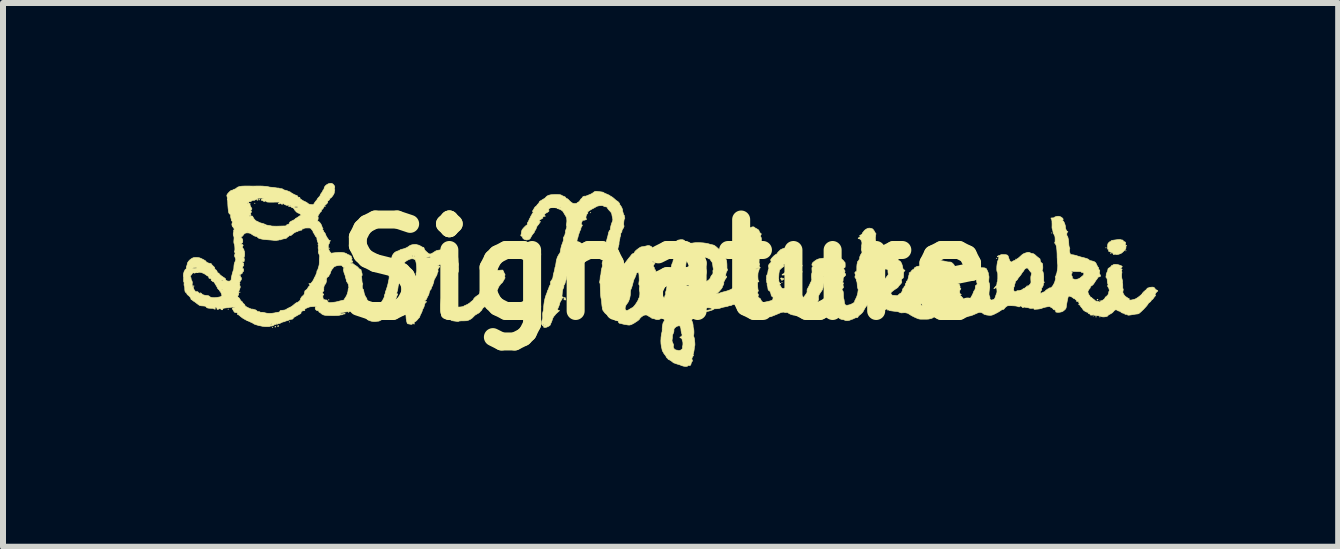
<source format=kicad_pcb>
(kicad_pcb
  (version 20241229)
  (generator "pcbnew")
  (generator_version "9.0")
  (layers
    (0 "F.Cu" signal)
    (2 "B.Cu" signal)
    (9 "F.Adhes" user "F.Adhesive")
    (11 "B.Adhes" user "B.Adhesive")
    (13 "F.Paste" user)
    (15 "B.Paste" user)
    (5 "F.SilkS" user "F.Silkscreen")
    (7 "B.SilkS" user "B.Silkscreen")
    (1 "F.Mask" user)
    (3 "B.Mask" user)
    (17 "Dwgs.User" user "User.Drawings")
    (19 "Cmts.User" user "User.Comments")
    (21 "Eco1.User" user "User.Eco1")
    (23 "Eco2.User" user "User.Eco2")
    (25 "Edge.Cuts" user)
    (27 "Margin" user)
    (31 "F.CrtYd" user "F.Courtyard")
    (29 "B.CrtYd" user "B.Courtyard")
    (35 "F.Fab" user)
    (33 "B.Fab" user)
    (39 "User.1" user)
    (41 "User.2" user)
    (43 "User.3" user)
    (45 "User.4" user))
  (footprint "Signature"
    (layer "F.Cu")
    (at 8.029 1.442)
    (property "Reference" "Signature" (at 0 0 0) (layer "F.SilkS") (effects (font (size 1.524 1.524) (thickness 0.3))))
    (attr through_hole)
    (fp_poly (pts (xy -7.274 0.66) (xy -7.278 0.663) (xy -7.281 0.66) (xy -7.278 0.656) (xy -7.274 0.66)) (stroke (width 0.01) (type solid)) (fill yes) (layer "F.SilkS"))
    (fp_poly (pts (xy -6.83 -1.104) (xy -6.833 -1.101) (xy -6.837 -1.104) (xy -6.833 -1.108) (xy -6.83 -1.104)) (stroke (width 0.01) (type solid)) (fill yes) (layer "F.SilkS"))
    (fp_poly (pts (xy -6.533 0.963) (xy -6.537 0.967) (xy -6.54 0.963) (xy -6.537 0.96) (xy -6.533 0.963)) (stroke (width 0.01) (type solid)) (fill yes) (layer "F.SilkS"))
    (fp_poly (pts (xy -6.251 0.871) (xy -6.255 0.875) (xy -6.258 0.871) (xy -6.255 0.868) (xy -6.251 0.871)) (stroke (width 0.01) (type solid)) (fill yes) (layer "F.SilkS"))
    (fp_poly (pts (xy -5.659 -1.055) (xy -5.662 -1.051) (xy -5.666 -1.055) (xy -5.662 -1.058) (xy -5.659 -1.055)) (stroke (width 0.01) (type solid)) (fill yes) (layer "F.SilkS"))
    (fp_poly (pts (xy -5.588 -0.356) (xy -5.592 -0.353) (xy -5.595 -0.356) (xy -5.592 -0.36) (xy -5.588 -0.356)) (stroke (width 0.01) (type solid)) (fill yes) (layer "F.SilkS"))
    (fp_poly (pts (xy -1.235 -0.949) (xy -1.238 -0.945) (xy -1.242 -0.949) (xy -1.238 -0.953) (xy -1.235 -0.949)) (stroke (width 0.01) (type solid)) (fill yes) (layer "F.SilkS"))
    (fp_poly (pts (xy -0.141 0.215) (xy -0.145 0.219) (xy -0.148 0.215) (xy -0.145 0.212) (xy -0.141 0.215)) (stroke (width 0.01) (type solid)) (fill yes) (layer "F.SilkS"))
    (fp_poly (pts (xy 1.954 0.215) (xy 1.951 0.219) (xy 1.947 0.215) (xy 1.951 0.212) (xy 1.954 0.215)) (stroke (width 0.01) (type solid)) (fill yes) (layer "F.SilkS"))
    (fp_poly (pts (xy 5.532 -0.187) (xy 5.528 -0.183) (xy 5.524 -0.187) (xy 5.528 -0.191) (xy 5.532 -0.187)) (stroke (width 0.01) (type solid)) (fill yes) (layer "F.SilkS"))
    (fp_poly (pts (xy 5.849 -0.173) (xy 5.846 -0.169) (xy 5.842 -0.173) (xy 5.846 -0.176) (xy 5.849 -0.173)) (stroke (width 0.01) (type solid)) (fill yes) (layer "F.SilkS"))
    (fp_poly (pts (xy 6.04 0.272) (xy 6.036 0.275) (xy 6.032 0.272) (xy 6.036 0.268) (xy 6.04 0.272)) (stroke (width 0.01) (type solid)) (fill yes) (layer "F.SilkS"))
    (fp_poly (pts (xy 6.449 -0.61) (xy 6.445 -0.607) (xy 6.442 -0.61) (xy 6.445 -0.614) (xy 6.449 -0.61)) (stroke (width 0.01) (type solid)) (fill yes) (layer "F.SilkS"))
    (fp_poly (pts (xy 7.14 0.773) (xy 7.137 0.776) (xy 7.133 0.773) (xy 7.137 0.769) (xy 7.14 0.773)) (stroke (width 0.01) (type solid)) (fill yes) (layer "F.SilkS"))
    (fp_poly (pts (xy 7.253 0.519) (xy 7.25 0.522) (xy 7.246 0.519) (xy 7.25 0.515) (xy 7.253 0.519)) (stroke (width 0.01) (type solid)) (fill yes) (layer "F.SilkS"))
    (fp_poly (pts (xy 7.352 -0.363) (xy 7.348 -0.36) (xy 7.345 -0.363) (xy 7.348 -0.367) (xy 7.352 -0.363)) (stroke (width 0.01) (type solid)) (fill yes) (layer "F.SilkS"))
    (fp_poly (pts (xy 7.684 -0.314) (xy 7.68 -0.31) (xy 7.676 -0.314) (xy 7.68 -0.318) (xy 7.684 -0.314)) (stroke (width 0.01) (type solid)) (fill yes) (layer "F.SilkS"))
    (fp_poly (pts (xy -7.079 0.376) (xy -7.08 0.38) (xy -7.084 0.381) (xy -7.09 0.378) (xy -7.088 0.376) (xy -7.08 0.375) (xy -7.079 0.376)) (stroke (width 0.01) (type solid)) (fill yes) (layer "F.SilkS"))
    (fp_poly (pts (xy -5.597 0.503) (xy -5.598 0.507) (xy -5.602 0.508) (xy -5.608 0.505) (xy -5.607 0.503) (xy -5.598 0.502) (xy -5.597 0.503)) (stroke (width 0.01) (type solid)) (fill yes) (layer "F.SilkS"))
    (fp_poly (pts (xy -0.824 -0.019) (xy -0.823 -0.016) (xy -0.833 -0.015) (xy -0.843 -0.016) (xy -0.841 -0.019) (xy -0.827 -0.02) (xy -0.824 -0.019)) (stroke (width 0.01) (type solid)) (fill yes) (layer "F.SilkS"))
    (fp_poly (pts (xy 3.434 0.659) (xy 3.433 0.663) (xy 3.429 0.663) (xy 3.423 0.661) (xy 3.424 0.659) (xy 3.433 0.658) (xy 3.434 0.659)) (stroke (width 0.01) (type solid)) (fill yes) (layer "F.SilkS"))
    (fp_poly (pts (xy 4.88 0.129) (xy 4.879 0.134) (xy 4.875 0.134) (xy 4.87 0.131) (xy 4.871 0.129) (xy 4.879 0.129) (xy 4.88 0.129)) (stroke (width 0.01) (type solid)) (fill yes) (layer "F.SilkS"))
    (fp_poly (pts (xy 7.187 0.786) (xy 7.186 0.79) (xy 7.183 0.79) (xy 7.177 0.788) (xy 7.178 0.786) (xy 7.186 0.785) (xy 7.187 0.786)) (stroke (width 0.01) (type solid)) (fill yes) (layer "F.SilkS"))
    (fp_poly (pts (xy 7.251 0.786) (xy 7.25 0.79) (xy 7.246 0.79) (xy 7.24 0.788) (xy 7.241 0.786) (xy 7.25 0.785) (xy 7.251 0.786)) (stroke (width 0.01) (type solid)) (fill yes) (layer "F.SilkS"))
    (fp_poly (pts (xy 7.434 -0.273) (xy 7.433 -0.269) (xy 7.429 -0.268) (xy 7.424 -0.271) (xy 7.425 -0.273) (xy 7.433 -0.274) (xy 7.434 -0.273)) (stroke (width 0.01) (type solid)) (fill yes) (layer "F.SilkS"))
    (fp_poly (pts (xy -6.759 -1.175) (xy -6.755 -1.166) (xy -6.756 -1.164) (xy -6.763 -1.157) (xy -6.766 -1.165) (xy -6.766 -1.168) (xy -6.763 -1.175) (xy -6.759 -1.175)) (stroke (width 0.01) (type solid)) (fill yes) (layer "F.SilkS"))
    (fp_poly (pts (xy -7.846 0.274) (xy -7.846 0.275) (xy -7.851 0.282) (xy -7.853 0.282) (xy -7.857 0.278) (xy -7.856 0.275) (xy -7.85 0.268) (xy -7.849 0.268) (xy -7.846 0.274)) (stroke (width 0.01) (type solid)) (fill yes) (layer "F.SilkS"))
    (fp_poly (pts (xy -6.486 0.95) (xy -6.488 0.953) (xy -6.494 0.959) (xy -6.495 0.96) (xy -6.498 0.954) (xy -6.498 0.953) (xy -6.493 0.946) (xy -6.491 0.945) (xy -6.486 0.95)) (stroke (width 0.01) (type solid)) (fill yes) (layer "F.SilkS"))
    (fp_poly (pts (xy -6.435 0.939) (xy -6.44 0.945) (xy -6.445 0.945) (xy -6.455 0.944) (xy -6.456 0.943) (xy -6.45 0.938) (xy -6.445 0.936) (xy -6.436 0.936) (xy -6.435 0.939)) (stroke (width 0.01) (type solid)) (fill yes) (layer "F.SilkS"))
    (fp_poly (pts (xy 4.078 0.055) (xy 4.078 0.056) (xy 4.073 0.063) (xy 4.071 0.064) (xy 4.066 0.059) (xy 4.068 0.056) (xy 4.074 0.05) (xy 4.075 0.049) (xy 4.078 0.055)) (stroke (width 0.01) (type solid)) (fill yes) (layer "F.SilkS"))
    (fp_poly (pts (xy 7.215 0.498) (xy 7.214 0.501) (xy 7.205 0.508) (xy 7.203 0.508) (xy 7.199 0.504) (xy 7.2 0.501) (xy 7.21 0.494) (xy 7.212 0.494) (xy 7.215 0.498)) (stroke (width 0.01) (type solid)) (fill yes) (layer "F.SilkS"))
    (fp_poly (pts (xy -1.659 0.473) (xy -1.658 0.476) (xy -1.652 0.495) (xy -1.652 0.505) (xy -1.661 0.506) (xy -1.674 0.503) (xy -1.683 0.497) (xy -1.682 0.484) (xy -1.675 0.467) (xy -1.667 0.463) (xy -1.659 0.473)) (stroke (width 0.01) (type solid)) (fill yes) (layer "F.SilkS"))
    (fp_poly (pts (xy -1.549 0.497) (xy -1.545 0.509) (xy -1.545 0.512) (xy -1.547 0.525) (xy -1.554 0.528) (xy -1.569 0.52) (xy -1.572 0.518) (xy -1.583 0.506) (xy -1.581 0.498) (xy -1.566 0.494) (xy -1.562 0.494) (xy -1.549 0.497)) (stroke (width 0.01) (type solid)) (fill yes) (layer "F.SilkS"))
    (fp_poly (pts (xy 1.954 0.142) (xy 1.96 0.147) (xy 1.968 0.148) (xy 1.98 0.152) (xy 1.983 0.156) (xy 1.98 0.161) (xy 1.978 0.16) (xy 1.971 0.161) (xy 1.961 0.17) (xy 1.952 0.179) (xy 1.946 0.178) (xy 1.938 0.166) (xy 1.929 0.151) (xy 1.928 0.144) (xy 1.936 0.14) (xy 1.94 0.139) (xy 1.952 0.139) (xy 1.954 0.142)) (stroke (width 0.01) (type solid)) (fill yes) (layer "F.SilkS"))
    (fp_poly (pts (xy 7.591 -0.5) (xy 7.599 -0.496) (xy 7.614 -0.494) (xy 7.63 -0.491) (xy 7.634 -0.483) (xy 7.64 -0.473) (xy 7.655 -0.465) (xy 7.656 -0.464) (xy 7.669 -0.459) (xy 7.675 -0.451) (xy 7.674 -0.436) (xy 7.673 -0.428) (xy 7.67 -0.411) (xy 7.672 -0.404) (xy 7.679 -0.404) (xy 7.679 -0.404) (xy 7.689 -0.404) (xy 7.69 -0.398) (xy 7.684 -0.392) (xy 7.68 -0.382) (xy 7.681 -0.368) (xy 7.68 -0.354) (xy 7.67 -0.336) (xy 7.652 -0.315) (xy 7.623 -0.288) (xy 7.615 -0.281) (xy 7.597 -0.269) (xy 7.573 -0.26) (xy 7.548 -0.253) (xy 7.526 -0.25) (xy 7.51 -0.252) (xy 7.506 -0.256) (xy 7.499 -0.261) (xy 7.492 -0.256) (xy 7.48 -0.248) (xy 7.473 -0.253) (xy 7.47 -0.261) (xy 7.461 -0.274) (xy 7.45 -0.282) (xy 7.431 -0.289) (xy 7.41 -0.298) (xy 7.394 -0.306) (xy 7.387 -0.313) (xy 7.39 -0.317) (xy 7.394 -0.318) (xy 7.401 -0.321) (xy 7.399 -0.328) (xy 7.388 -0.335) (xy 7.387 -0.335) (xy 7.379 -0.339) (xy 7.375 -0.348) (xy 7.374 -0.364) (xy 7.374 -0.383) (xy 7.376 -0.408) (xy 7.38 -0.427) (xy 7.383 -0.436) (xy 7.403 -0.458) (xy 7.419 -0.468) (xy 7.427 -0.468) (xy 7.434 -0.468) (xy 7.433 -0.474) (xy 7.433 -0.479) (xy 7.441 -0.484) (xy 7.458 -0.488) (xy 7.485 -0.492) (xy 7.509 -0.495) (xy 7.54 -0.499) (xy 7.566 -0.501) (xy 7.584 -0.501) (xy 7.591 -0.5)) (stroke (width 0.01) (type solid)) (fill yes) (layer "F.SilkS"))
    (fp_poly (pts (xy 1.298 -0.713) (xy 1.302 -0.713) (xy 1.309 -0.708) (xy 1.308 -0.696) (xy 1.31 -0.678) (xy 1.322 -0.665) (xy 1.339 -0.656) (xy 1.358 -0.655) (xy 1.376 -0.662) (xy 1.379 -0.666) (xy 1.398 -0.683) (xy 1.422 -0.698) (xy 1.447 -0.709) (xy 1.466 -0.713) (xy 1.481 -0.711) (xy 1.489 -0.707) (xy 1.489 -0.706) (xy 1.495 -0.7) (xy 1.51 -0.69) (xy 1.528 -0.681) (xy 1.548 -0.669) (xy 1.562 -0.658) (xy 1.566 -0.652) (xy 1.57 -0.638) (xy 1.579 -0.621) (xy 1.59 -0.607) (xy 1.599 -0.6) (xy 1.6 -0.6) (xy 1.605 -0.597) (xy 1.603 -0.586) (xy 1.598 -0.575) (xy 1.592 -0.557) (xy 1.594 -0.548) (xy 1.597 -0.546) (xy 1.602 -0.538) (xy 1.606 -0.519) (xy 1.607 -0.506) (xy 1.607 -0.483) (xy 1.604 -0.469) (xy 1.594 -0.456) (xy 1.58 -0.442) (xy 1.551 -0.416) (xy 1.473 -0.418) (xy 1.442 -0.419) (xy 1.416 -0.42) (xy 1.4 -0.421) (xy 1.394 -0.421) (xy 1.387 -0.423) (xy 1.37 -0.425) (xy 1.361 -0.426) (xy 1.325 -0.43) (xy 1.299 -0.434) (xy 1.282 -0.44) (xy 1.269 -0.45) (xy 1.259 -0.466) (xy 1.248 -0.49) (xy 1.245 -0.496) (xy 1.237 -0.512) (xy 1.23 -0.521) (xy 1.228 -0.522) (xy 1.223 -0.529) (xy 1.217 -0.545) (xy 1.213 -0.569) (xy 1.21 -0.596) (xy 1.209 -0.622) (xy 1.209 -0.63) (xy 1.211 -0.654) (xy 1.216 -0.67) (xy 1.226 -0.682) (xy 1.242 -0.696) (xy 1.261 -0.709) (xy 1.276 -0.716) (xy 1.282 -0.716) (xy 1.298 -0.713)) (stroke (width 0.01) (type solid)) (fill yes) (layer "F.SilkS"))
    (fp_poly (pts (xy -5.554 -1.437) (xy -5.534 -1.427) (xy -5.532 -1.426) (xy -5.511 -1.402) (xy -5.502 -1.383) (xy -5.502 -1.366) (xy -5.505 -1.358) (xy -5.51 -1.343) (xy -5.507 -1.336) (xy -5.505 -1.335) (xy -5.5 -1.329) (xy -5.504 -1.314) (xy -5.509 -1.296) (xy -5.509 -1.284) (xy -5.512 -1.271) (xy -5.522 -1.251) (xy -5.536 -1.229) (xy -5.552 -1.209) (xy -5.566 -1.195) (xy -5.572 -1.192) (xy -5.583 -1.185) (xy -5.585 -1.179) (xy -5.587 -1.171) (xy -5.595 -1.159) (xy -5.606 -1.149) (xy -5.615 -1.146) (xy -5.616 -1.146) (xy -5.619 -1.143) (xy -5.618 -1.132) (xy -5.618 -1.119) (xy -5.623 -1.115) (xy -5.628 -1.111) (xy -5.627 -1.108) (xy -5.63 -1.101) (xy -5.642 -1.091) (xy -5.645 -1.089) (xy -5.663 -1.072) (xy -5.681 -1.046) (xy -5.684 -1.04) (xy -5.699 -1.014) (xy -5.713 -1.001) (xy -5.717 -0.999) (xy -5.727 -0.995) (xy -5.725 -0.988) (xy -5.724 -0.987) (xy -5.721 -0.979) (xy -5.728 -0.968) (xy -5.737 -0.961) (xy -5.75 -0.947) (xy -5.757 -0.936) (xy -5.757 -0.934) (xy -5.762 -0.924) (xy -5.764 -0.923) (xy -5.771 -0.915) (xy -5.773 -0.91) (xy -5.778 -0.898) (xy -5.781 -0.895) (xy -5.783 -0.886) (xy -5.78 -0.878) (xy -5.777 -0.86) (xy -5.782 -0.831) (xy -5.789 -0.808) (xy -5.791 -0.799) (xy -5.787 -0.803) (xy -5.787 -0.803) (xy -5.778 -0.806) (xy -5.765 -0.798) (xy -5.75 -0.783) (xy -5.735 -0.763) (xy -5.723 -0.741) (xy -5.715 -0.719) (xy -5.709 -0.7) (xy -5.702 -0.687) (xy -5.698 -0.684) (xy -5.696 -0.681) (xy -5.701 -0.677) (xy -5.708 -0.67) (xy -5.703 -0.663) (xy -5.699 -0.661) (xy -5.689 -0.648) (xy -5.687 -0.64) (xy -5.682 -0.627) (xy -5.674 -0.62) (xy -5.664 -0.607) (xy -5.655 -0.588) (xy -5.653 -0.581) (xy -5.643 -0.557) (xy -5.628 -0.532) (xy -5.623 -0.526) (xy -5.611 -0.509) (xy -5.603 -0.496) (xy -5.602 -0.493) (xy -5.596 -0.488) (xy -5.588 -0.487) (xy -5.577 -0.484) (xy -5.574 -0.48) (xy -5.579 -0.473) (xy -5.581 -0.473) (xy -5.586 -0.467) (xy -5.588 -0.456) (xy -5.592 -0.438) (xy -5.598 -0.429) (xy -5.608 -0.41) (xy -5.61 -0.383) (xy -5.607 -0.353) (xy -5.597 -0.323) (xy -5.582 -0.298) (xy -5.582 -0.297) (xy -5.562 -0.273) (xy -5.492 -0.282) (xy -5.433 -0.287) (xy -5.381 -0.286) (xy -5.338 -0.279) (xy -5.305 -0.266) (xy -5.29 -0.255) (xy -5.276 -0.248) (xy -5.27 -0.247) (xy -5.258 -0.243) (xy -5.255 -0.238) (xy -5.246 -0.231) (xy -5.238 -0.229) (xy -5.228 -0.225) (xy -5.226 -0.214) (xy -5.223 -0.198) (xy -5.218 -0.19) (xy -5.211 -0.182) (xy -5.216 -0.174) (xy -5.218 -0.171) (xy -5.225 -0.162) (xy -5.22 -0.155) (xy -5.214 -0.15) (xy -5.202 -0.137) (xy -5.203 -0.126) (xy -5.218 -0.118) (xy -5.223 -0.117) (xy -5.237 -0.113) (xy -5.24 -0.11) (xy -5.233 -0.105) (xy -5.218 -0.1) (xy -5.211 -0.101) (xy -5.198 -0.1) (xy -5.193 -0.096) (xy -5.183 -0.087) (xy -5.165 -0.074) (xy -5.147 -0.063) (xy -5.127 -0.049) (xy -5.112 -0.035) (xy -5.106 -0.027) (xy -5.097 -0.016) (xy -5.081 -0.006) (xy -5.081 -0.006) (xy -5.067 0.000397) (xy -5.062 0.006) (xy -5.062 0.007) (xy -5.062 0.017) (xy -5.057 0.033) (xy -5.055 0.038) (xy -5.048 0.06) (xy -5.045 0.082) (xy -5.046 0.098) (xy -5.051 0.106) (xy -5.053 0.106) (xy -5.057 0.111) (xy -5.055 0.122) (xy -5.052 0.137) (xy -5.05 0.161) (xy -5.049 0.182) (xy -5.046 0.209) (xy -5.042 0.227) (xy -5.038 0.233) (xy -5.033 0.239) (xy -5.035 0.242) (xy -5.04 0.252) (xy -5.043 0.269) (xy -5.043 0.29) (xy -5.041 0.308) (xy -5.036 0.319) (xy -5.035 0.32) (xy -5.026 0.33) (xy -5.019 0.354) (xy -5.012 0.39) (xy -5.012 0.392) (xy -5.007 0.409) (xy -4.999 0.43) (xy -4.989 0.45) (xy -4.98 0.466) (xy -4.973 0.473) (xy -4.972 0.473) (xy -4.968 0.479) (xy -4.967 0.489) (xy -4.962 0.507) (xy -4.954 0.518) (xy -4.941 0.533) (xy -4.929 0.553) (xy -4.928 0.555) (xy -4.919 0.57) (xy -4.912 0.578) (xy -4.91 0.579) (xy -4.907 0.584) (xy -4.908 0.597) (xy -4.91 0.61) (xy -4.906 0.613) (xy -4.901 0.612) (xy -4.886 0.611) (xy -4.868 0.617) (xy -4.868 0.617) (xy -4.835 0.627) (xy -4.799 0.624) (xy -4.779 0.616) (xy -4.76 0.605) (xy -4.748 0.592) (xy -4.745 0.582) (xy -4.75 0.576) (xy -4.751 0.57) (xy -4.741 0.558) (xy -4.736 0.554) (xy -4.722 0.539) (xy -4.708 0.518) (xy -4.694 0.494) (xy -4.682 0.47) (xy -4.675 0.45) (xy -4.674 0.438) (xy -4.674 0.437) (xy -4.674 0.426) (xy -4.67 0.419) (xy -4.663 0.404) (xy -4.66 0.389) (xy -4.657 0.371) (xy -4.653 0.36) (xy -4.648 0.348) (xy -4.64 0.327) (xy -4.632 0.3) (xy -4.623 0.271) (xy -4.616 0.244) (xy -4.611 0.223) (xy -4.611 0.219) (xy -4.607 0.201) (xy -4.602 0.177) (xy -4.6 0.169) (xy -4.596 0.146) (xy -4.595 0.126) (xy -4.596 0.12) (xy -4.596 0.104) (xy -4.595 0.08) (xy -4.592 0.06) (xy -4.588 0.036) (xy -4.586 0.016) (xy -4.585 0.007) (xy -4.58 -0.008) (xy -4.578 -0.012) (xy -4.575 -0.024) (xy -4.575 -0.043) (xy -4.576 -0.053) (xy -4.577 -0.075) (xy -4.575 -0.091) (xy -4.574 -0.094) (xy -4.567 -0.108) (xy -4.561 -0.134) (xy -4.559 -0.145) (xy -4.53 -0.145) (xy -4.526 -0.141) (xy -4.523 -0.145) (xy -4.526 -0.148) (xy -4.53 -0.145) (xy -4.559 -0.145) (xy -4.556 -0.167) (xy -4.554 -0.189) (xy -4.551 -0.201) (xy -3.978 -0.201) (xy -3.971 -0.196) (xy -3.952 -0.194) (xy -3.943 -0.194) (xy -3.922 -0.196) (xy -3.912 -0.201) (xy -3.91 -0.206) (xy -3.911 -0.214) (xy -3.918 -0.215) (xy -3.931 -0.212) (xy -3.948 -0.208) (xy -3.959 -0.209) (xy -3.959 -0.209) (xy -3.97 -0.209) (xy -3.972 -0.208) (xy -3.978 -0.201) (xy -4.551 -0.201) (xy -4.545 -0.226) (xy -4.543 -0.229) (xy -4.216 -0.229) (xy -4.216 -0.226) (xy -4.207 -0.219) (xy -4.205 -0.219) (xy -4.198 -0.224) (xy -4.198 -0.226) (xy -4.198 -0.226) (xy -4.177 -0.226) (xy -4.172 -0.219) (xy -4.17 -0.219) (xy -4.163 -0.221) (xy -4.163 -0.222) (xy -4.168 -0.228) (xy -4.17 -0.229) (xy -4.176 -0.229) (xy -4.177 -0.226) (xy -4.198 -0.226) (xy -4.204 -0.232) (xy -4.209 -0.233) (xy -4.216 -0.229) (xy -4.543 -0.229) (xy -4.527 -0.259) (xy -4.502 -0.286) (xy -4.473 -0.303) (xy -4.46 -0.307) (xy -4.439 -0.314) (xy -4.421 -0.323) (xy -4.42 -0.324) (xy -4.405 -0.333) (xy -4.382 -0.34) (xy -4.374 -0.341) (xy -4.344 -0.349) (xy -4.309 -0.363) (xy -4.277 -0.381) (xy -4.257 -0.396) (xy -4.241 -0.405) (xy -4.216 -0.413) (xy -4.188 -0.418) (xy -4.161 -0.42) (xy -4.14 -0.418) (xy -4.135 -0.416) (xy -4.117 -0.41) (xy -4.109 -0.409) (xy -4.096 -0.405) (xy -4.077 -0.395) (xy -4.065 -0.388) (xy -4.046 -0.377) (xy -4.031 -0.371) (xy -4.026 -0.371) (xy -4.018 -0.368) (xy -4.012 -0.351) (xy -4.012 -0.351) (xy -4.005 -0.333) (xy -3.991 -0.314) (xy -3.966 -0.291) (xy -3.944 -0.272) (xy -3.927 -0.262) (xy -3.91 -0.26) (xy -3.892 -0.265) (xy -3.867 -0.279) (xy -3.849 -0.291) (xy -3.83 -0.303) (xy -3.815 -0.312) (xy -3.8 -0.318) (xy -3.782 -0.322) (xy -3.758 -0.326) (xy -3.723 -0.331) (xy -3.722 -0.331) (xy -3.666 -0.338) (xy -3.623 -0.342) (xy -3.591 -0.343) (xy -3.569 -0.342) (xy -3.557 -0.337) (xy -3.555 -0.335) (xy -3.524 -0.306) (xy -3.493 -0.291) (xy -3.464 -0.289) (xy -3.458 -0.288) (xy -3.463 -0.281) (xy -3.463 -0.281) (xy -3.471 -0.264) (xy -3.468 -0.242) (xy -3.46 -0.227) (xy -3.453 -0.209) (xy -3.449 -0.181) (xy -3.448 -0.158) (xy -3.447 -0.132) (xy -3.445 -0.112) (xy -3.443 -0.102) (xy -3.442 -0.102) (xy -3.44 -0.093) (xy -3.44 -0.077) (xy -3.44 -0.076) (xy -3.443 -0.058) (xy -3.444 -0.046) (xy -3.444 -0.046) (xy -3.443 -0.035) (xy -3.441 -0.016) (xy -3.441 -0.005) (xy -3.443 0.031) (xy -3.451 0.055) (xy -3.459 0.075) (xy -3.462 0.095) (xy -3.46 0.124) (xy -3.46 0.124) (xy -3.459 0.151) (xy -3.461 0.17) (xy -3.468 0.186) (xy -3.47 0.191) (xy -3.48 0.213) (xy -3.484 0.242) (xy -3.485 0.261) (xy -3.486 0.292) (xy -3.49 0.328) (xy -3.495 0.363) (xy -3.501 0.395) (xy -3.508 0.419) (xy -3.511 0.427) (xy -3.525 0.457) (xy -3.532 0.485) (xy -3.532 0.512) (xy -3.531 0.541) (xy -3.529 0.571) (xy -3.529 0.579) (xy -3.527 0.599) (xy -3.522 0.61) (xy -3.51 0.617) (xy -3.503 0.62) (xy -3.485 0.623) (xy -3.459 0.625) (xy -3.429 0.624) (xy -3.4 0.622) (xy -3.375 0.618) (xy -3.357 0.613) (xy -3.352 0.609) (xy -3.343 0.603) (xy -3.326 0.596) (xy -3.32 0.593) (xy -3.287 0.578) (xy -3.251 0.554) (xy -3.231 0.536) (xy -3.216 0.524) (xy -3.204 0.515) (xy -3.193 0.504) (xy -3.189 0.495) (xy -3.183 0.483) (xy -3.168 0.466) (xy -3.147 0.448) (xy -3.122 0.431) (xy -3.099 0.415) (xy -3.077 0.394) (xy -3.073 0.389) (xy -3.054 0.368) (xy -3.034 0.346) (xy -3.03 0.342) (xy -3.015 0.323) (xy -3.004 0.304) (xy -3.003 0.3) (xy -2.995 0.282) (xy -2.981 0.261) (xy -2.976 0.255) (xy -2.96 0.234) (xy -2.946 0.212) (xy -2.944 0.207) (xy -2.935 0.192) (xy -2.928 0.184) (xy -2.927 0.183) (xy -2.923 0.177) (xy -2.921 0.162) (xy -2.921 0.159) (xy -2.919 0.141) (xy -2.913 0.13) (xy -2.912 0.129) (xy -2.902 0.12) (xy -2.889 0.104) (xy -2.876 0.087) (xy -2.867 0.072) (xy -2.865 0.065) (xy -2.859 0.059) (xy -2.844 0.053) (xy -2.842 0.052) (xy -2.823 0.042) (xy -2.816 0.03) (xy -2.81 0.017) (xy -2.798 0.014) (xy -2.783 0.013) (xy -2.759 0.012) (xy -2.737 0.009) (xy -2.713 0.008) (xy -2.7 0.008) (xy -2.698 0.012) (xy -2.698 0.013) (xy -2.699 0.02) (xy -2.696 0.021) (xy -2.69 0.027) (xy -2.685 0.042) (xy -2.678 0.06) (xy -2.67 0.071) (xy -2.664 0.082) (xy -2.667 0.096) (xy -2.67 0.118) (xy -2.667 0.127) (xy -2.664 0.138) (xy -2.665 0.142) (xy -2.671 0.149) (xy -2.68 0.166) (xy -2.691 0.185) (xy -2.703 0.207) (xy -2.716 0.223) (xy -2.724 0.23) (xy -2.735 0.236) (xy -2.738 0.241) (xy -2.742 0.25) (xy -2.753 0.263) (xy -2.755 0.265) (xy -2.768 0.283) (xy -2.776 0.302) (xy -2.784 0.319) (xy -2.799 0.339) (xy -2.809 0.349) (xy -2.828 0.371) (xy -2.836 0.39) (xy -2.836 0.392) (xy -2.839 0.405) (xy -2.843 0.409) (xy -2.85 0.415) (xy -2.85 0.419) (xy -2.855 0.43) (xy -2.865 0.442) (xy -2.892 0.469) (xy -2.911 0.491) (xy -2.922 0.509) (xy -2.925 0.517) (xy -2.936 0.536) (xy -2.949 0.542) (xy -2.96 0.547) (xy -2.961 0.554) (xy -2.961 0.563) (xy -2.964 0.564) (xy -2.969 0.568) (xy -2.968 0.57) (xy -2.968 0.582) (xy -2.974 0.596) (xy -2.984 0.606) (xy -2.988 0.607) (xy -2.997 0.61) (xy -2.999 0.613) (xy -3.004 0.62) (xy -3.017 0.627) (xy -3.031 0.639) (xy -3.044 0.657) (xy -3.045 0.659) (xy -3.055 0.678) (xy -3.068 0.691) (xy -3.069 0.691) (xy -3.08 0.701) (xy -3.084 0.708) (xy -3.09 0.715) (xy -3.105 0.725) (xy -3.127 0.737) (xy -3.165 0.76) (xy -3.19 0.785) (xy -3.214 0.809) (xy -3.247 0.831) (xy -3.251 0.833) (xy -3.271 0.842) (xy -3.289 0.848) (xy -3.309 0.852) (xy -3.335 0.853) (xy -3.364 0.854) (xy -3.396 0.854) (xy -3.42 0.856) (xy -3.434 0.859) (xy -3.436 0.861) (xy -3.442 0.864) (xy -3.455 0.864) (xy -3.477 0.861) (xy -3.5 0.858) (xy -3.536 0.853) (xy -3.559 0.846) (xy -3.57 0.838) (xy -3.57 0.835) (xy -3.574 0.826) (xy -3.577 0.826) (xy -3.584 0.83) (xy -3.584 0.832) (xy -3.59 0.834) (xy -3.606 0.833) (xy -3.627 0.829) (xy -3.65 0.823) (xy -3.67 0.816) (xy -3.683 0.811) (xy -3.706 0.793) (xy -3.721 0.774) (xy -3.724 0.758) (xy -3.726 0.74) (xy -3.729 0.732) (xy -3.731 0.718) (xy -3.733 0.692) (xy -3.734 0.659) (xy -3.734 0.621) (xy -3.734 0.58) (xy -3.732 0.541) (xy -3.73 0.506) (xy -3.727 0.478) (xy -3.726 0.476) (xy -3.721 0.448) (xy -3.714 0.423) (xy -3.708 0.406) (xy -3.707 0.404) (xy -3.701 0.383) (xy -3.702 0.367) (xy -3.703 0.351) (xy -3.696 0.342) (xy -3.694 0.341) (xy -3.685 0.332) (xy -3.684 0.325) (xy -3.683 0.312) (xy -3.68 0.29) (xy -3.676 0.262) (xy -3.67 0.232) (xy -3.663 0.203) (xy -3.657 0.179) (xy -3.652 0.162) (xy -3.648 0.155) (xy -3.646 0.149) (xy -3.644 0.131) (xy -3.643 0.106) (xy -3.642 0.094) (xy -3.639 0.055) (xy -3.635 0.03) (xy -3.63 0.021) (xy -3.624 0.009) (xy -3.627 0.002) (xy -3.631 -0.009) (xy -3.627 -0.02) (xy -3.62 -0.046) (xy -3.623 -0.073) (xy -3.63 -0.09) (xy -3.639 -0.101) (xy -3.648 -0.101) (xy -3.659 -0.094) (xy -3.671 -0.087) (xy -3.675 -0.088) (xy -3.676 -0.094) (xy -3.678 -0.101) (xy -3.685 -0.102) (xy -3.7 -0.097) (xy -3.709 -0.094) (xy -3.727 -0.089) (xy -3.737 -0.087) (xy -3.755 -0.082) (xy -3.772 -0.074) (xy -3.784 -0.067) (xy -3.785 -0.062) (xy -3.78 -0.06) (xy -3.763 -0.058) (xy -3.757 -0.059) (xy -3.751 -0.059) (xy -3.754 -0.048) (xy -3.768 -0.029) (xy -3.774 -0.022) (xy -3.783 -0.004) (xy -3.781 0.015) (xy -3.78 0.035) (xy -3.786 0.045) (xy -3.794 0.06) (xy -3.796 0.073) (xy -3.8 0.09) (xy -3.81 0.108) (xy -3.82 0.122) (xy -3.824 0.133) (xy -3.824 0.133) (xy -3.829 0.143) (xy -3.835 0.151) (xy -3.843 0.165) (xy -3.849 0.186) (xy -3.85 0.192) (xy -3.853 0.212) (xy -3.858 0.227) (xy -3.86 0.229) (xy -3.865 0.241) (xy -3.866 0.251) (xy -3.871 0.267) (xy -3.877 0.275) (xy -3.885 0.288) (xy -3.892 0.306) (xy -3.892 0.308) (xy -3.896 0.324) (xy -3.901 0.331) (xy -3.902 0.332) (xy -3.908 0.338) (xy -3.917 0.352) (xy -3.924 0.371) (xy -3.929 0.388) (xy -3.93 0.394) (xy -3.933 0.409) (xy -3.942 0.429) (xy -3.946 0.435) (xy -3.958 0.457) (xy -3.967 0.479) (xy -3.969 0.483) (xy -3.979 0.501) (xy -3.992 0.512) (xy -4.002 0.52) (xy -4 0.527) (xy -3.985 0.529) (xy -3.974 0.533) (xy -3.974 0.54) (xy -3.983 0.546) (xy -3.995 0.558) (xy -4.005 0.582) (xy -4.01 0.605) (xy -4.017 0.627) (xy -4.028 0.648) (xy -4.028 0.648) (xy -4.038 0.666) (xy -4.043 0.681) (xy -4.043 0.682) (xy -4.046 0.695) (xy -4.054 0.715) (xy -4.064 0.734) (xy -4.075 0.756) (xy -4.083 0.775) (xy -4.085 0.785) (xy -4.088 0.795) (xy -4.091 0.797) (xy -4.098 0.803) (xy -4.11 0.816) (xy -4.119 0.828) (xy -4.136 0.848) (xy -4.153 0.863) (xy -4.161 0.867) (xy -4.176 0.875) (xy -4.179 0.887) (xy -4.178 0.895) (xy -4.177 0.908) (xy -4.18 0.909) (xy -4.187 0.903) (xy -4.198 0.896) (xy -4.204 0.9) (xy -4.207 0.904) (xy -4.214 0.91) (xy -4.227 0.912) (xy -4.248 0.909) (xy -4.27 0.905) (xy -4.285 0.902) (xy -4.289 0.9) (xy -4.295 0.89) (xy -4.301 0.87) (xy -4.307 0.843) (xy -4.312 0.812) (xy -4.313 0.79) (xy -4.315 0.767) (xy -4.318 0.749) (xy -4.32 0.743) (xy -4.32 0.732) (xy -4.314 0.716) (xy -4.311 0.711) (xy -4.3 0.681) (xy -4.297 0.654) (xy -4.296 0.635) (xy -4.292 0.623) (xy -4.29 0.621) (xy -4.286 0.615) (xy -4.287 0.6) (xy -4.287 0.6) (xy -4.288 0.583) (xy -4.284 0.579) (xy -4.279 0.572) (xy -4.28 0.553) (xy -4.28 0.552) (xy -4.281 0.529) (xy -4.273 0.509) (xy -4.268 0.499) (xy -4.254 0.482) (xy -4.24 0.471) (xy -4.237 0.469) (xy -4.227 0.465) (xy -4.231 0.462) (xy -4.239 0.461) (xy -4.25 0.457) (xy -4.253 0.447) (xy -4.251 0.435) (xy -4.243 0.413) (xy -4.234 0.395) (xy -4.224 0.376) (xy -4.217 0.352) (xy -4.216 0.345) (xy -4.209 0.32) (xy -4.198 0.291) (xy -4.194 0.281) (xy -4.184 0.257) (xy -4.178 0.233) (xy -4.177 0.224) (xy -4.172 0.202) (xy -4.163 0.184) (xy -4.154 0.166) (xy -4.156 0.151) (xy -4.157 0.13) (xy -4.152 0.117) (xy -4.146 0.094) (xy -4.146 0.077) (xy -4.147 0.058) (xy -4.142 0.046) (xy -4.138 0.034) (xy -4.136 0.011) (xy -4.136 -0.018) (xy -4.138 -0.052) (xy -4.141 -0.085) (xy -4.146 -0.116) (xy -4.15 -0.135) (xy -4.152 -0.141) (xy -3.63 -0.141) (xy -3.628 -0.136) (xy -3.62 -0.134) (xy -3.608 -0.137) (xy -3.605 -0.141) (xy -3.611 -0.147) (xy -3.616 -0.148) (xy -3.628 -0.144) (xy -3.63 -0.141) (xy -4.152 -0.141) (xy -4.156 -0.156) (xy -4.165 -0.167) (xy -4.179 -0.174) (xy -4.188 -0.177) (xy -4.206 -0.181) (xy -4.223 -0.18) (xy -4.243 -0.176) (xy -4.263 -0.169) (xy -4.295 -0.153) (xy -4.326 -0.132) (xy -4.351 -0.107) (xy -4.368 -0.082) (xy -4.374 -0.059) (xy -4.374 -0.058) (xy -4.378 -0.043) (xy -4.382 -0.037) (xy -4.386 -0.027) (xy -4.389 -0.006) (xy -4.391 0.02) (xy -4.391 0.024) (xy -4.392 0.054) (xy -4.395 0.071) (xy -4.4 0.078) (xy -4.401 0.078) (xy -4.406 0.083) (xy -4.41 0.1) (xy -4.411 0.125) (xy -4.412 0.157) (xy -4.413 0.178) (xy -4.414 0.191) (xy -4.416 0.198) (xy -4.418 0.201) (xy -4.419 0.202) (xy -4.423 0.213) (xy -4.424 0.219) (xy -4.429 0.235) (xy -4.434 0.242) (xy -4.44 0.254) (xy -4.445 0.275) (xy -4.447 0.293) (xy -4.451 0.322) (xy -4.457 0.35) (xy -4.461 0.363) (xy -4.467 0.384) (xy -4.468 0.4) (xy -4.464 0.407) (xy -4.458 0.405) (xy -4.454 0.403) (xy -4.453 0.407) (xy -4.457 0.419) (xy -4.467 0.441) (xy -4.467 0.442) (xy -4.477 0.467) (xy -4.484 0.492) (xy -4.485 0.501) (xy -4.493 0.525) (xy -4.513 0.548) (xy -4.513 0.548) (xy -4.527 0.563) (xy -4.534 0.575) (xy -4.533 0.578) (xy -4.532 0.59) (xy -4.534 0.608) (xy -4.539 0.628) (xy -4.545 0.646) (xy -4.551 0.655) (xy -4.553 0.656) (xy -4.561 0.662) (xy -4.571 0.677) (xy -4.575 0.685) (xy -4.587 0.705) (xy -4.598 0.719) (xy -4.602 0.722) (xy -4.612 0.734) (xy -4.614 0.743) (xy -4.621 0.765) (xy -4.64 0.788) (xy -4.668 0.81) (xy -4.705 0.829) (xy -4.713 0.832) (xy -4.732 0.841) (xy -4.747 0.849) (xy -4.748 0.85) (xy -4.763 0.857) (xy -4.772 0.859) (xy -4.788 0.86) (xy -4.811 0.863) (xy -4.825 0.865) (xy -4.855 0.865) (xy -4.888 0.86) (xy -4.92 0.851) (xy -4.947 0.839) (xy -4.965 0.825) (xy -4.97 0.818) (xy -4.98 0.801) (xy -4.992 0.785) (xy -4.982 0.785) (xy -4.978 0.791) (xy -4.967 0.795) (xy -4.949 0.796) (xy -4.929 0.794) (xy -4.915 0.79) (xy -4.913 0.789) (xy -4.904 0.779) (xy -4.907 0.774) (xy -4.922 0.776) (xy -4.925 0.777) (xy -4.946 0.781) (xy -4.964 0.78) (xy -4.977 0.78) (xy -4.982 0.785) (xy -4.992 0.785) (xy -4.994 0.783) (xy -4.997 0.78) (xy -5.009 0.766) (xy -4.692 0.766) (xy -4.688 0.769) (xy -4.685 0.766) (xy -4.688 0.762) (xy -4.692 0.766) (xy -5.009 0.766) (xy -5.009 0.765) (xy -5.016 0.755) (xy -5.016 0.754) (xy -5.022 0.749) (xy -5.03 0.746) (xy -5.042 0.738) (xy -5.056 0.723) (xy -5.061 0.715) (xy -5.074 0.696) (xy -5.077 0.692) (xy -4.988 0.692) (xy -4.985 0.698) (xy -4.976 0.705) (xy -4.964 0.701) (xy -4.961 0.699) (xy -4.958 0.695) (xy -4.946 0.695) (xy -4.942 0.699) (xy -4.939 0.695) (xy -4.942 0.691) (xy -4.946 0.695) (xy -4.958 0.695) (xy -4.957 0.694) (xy -4.966 0.69) (xy -4.968 0.689) (xy -4.984 0.687) (xy -4.988 0.692) (xy -5.077 0.692) (xy -5.086 0.681) (xy -5.09 0.678) (xy -5.097 0.668) (xy -5.098 0.663) (xy -5.099 0.655) (xy -5.103 0.65) (xy -5.117 0.647) (xy -5.139 0.649) (xy -5.166 0.656) (xy -5.179 0.661) (xy -5.195 0.667) (xy -5.209 0.669) (xy -5.211 0.669) (xy -5.219 0.675) (xy -5.219 0.679) (xy -5.223 0.686) (xy -5.226 0.686) (xy -5.235 0.689) (xy -5.235 0.691) (xy -5.24 0.695) (xy -5.246 0.694) (xy -5.257 0.696) (xy -5.261 0.701) (xy -5.268 0.711) (xy -5.272 0.713) (xy -5.275 0.708) (xy -5.274 0.706) (xy -5.278 0.702) (xy -5.292 0.702) (xy -5.316 0.705) (xy -5.348 0.71) (xy -5.359 0.713) (xy -5.381 0.717) (xy -5.398 0.72) (xy -5.403 0.721) (xy -5.41 0.726) (xy -5.409 0.73) (xy -5.402 0.735) (xy -5.385 0.736) (xy -5.357 0.733) (xy -5.35 0.732) (xy -5.334 0.731) (xy -5.327 0.735) (xy -5.327 0.735) (xy -5.333 0.74) (xy -5.341 0.739) (xy -5.356 0.74) (xy -5.363 0.745) (xy -5.376 0.753) (xy -5.39 0.754) (xy -5.41 0.756) (xy -5.422 0.76) (xy -5.435 0.763) (xy -5.461 0.765) (xy -5.497 0.766) (xy -5.542 0.766) (xy -5.553 0.766) (xy -5.598 0.765) (xy -5.632 0.764) (xy -5.656 0.762) (xy -5.674 0.759) (xy -5.689 0.755) (xy -5.697 0.751) (xy -5.716 0.741) (xy -5.729 0.731) (xy -5.731 0.728) (xy -5.742 0.719) (xy -5.754 0.712) (xy -5.767 0.704) (xy -5.767 0.695) (xy -5.767 0.687) (xy -5.778 0.685) (xy -5.784 0.684) (xy -5.805 0.679) (xy -5.819 0.667) (xy -5.827 0.65) (xy -5.826 0.632) (xy -5.816 0.618) (xy -5.808 0.614) (xy -5.799 0.61) (xy -5.801 0.609) (xy -5.815 0.61) (xy -5.824 0.612) (xy -5.852 0.615) (xy -5.88 0.617) (xy -5.888 0.618) (xy -5.906 0.619) (xy -5.921 0.622) (xy -5.938 0.628) (xy -5.963 0.638) (xy -5.975 0.643) (xy -5.993 0.653) (xy -6.001 0.661) (xy -6.001 0.671) (xy -6 0.681) (xy -6.008 0.684) (xy -6.016 0.684) (xy -6.038 0.688) (xy -6.055 0.698) (xy -6.063 0.711) (xy -6.063 0.718) (xy -6.066 0.73) (xy -6.08 0.739) (xy -6.098 0.748) (xy -6.121 0.761) (xy -6.128 0.765) (xy -6.149 0.777) (xy -6.168 0.788) (xy -6.173 0.79) (xy -6.187 0.801) (xy -6.193 0.811) (xy -6.202 0.823) (xy -6.215 0.826) (xy -6.233 0.829) (xy -6.256 0.836) (xy -6.264 0.84) (xy -6.285 0.848) (xy -6.302 0.853) (xy -6.307 0.854) (xy -6.322 0.858) (xy -6.332 0.864) (xy -6.346 0.87) (xy -6.354 0.87) (xy -6.364 0.872) (xy -6.382 0.879) (xy -6.396 0.886) (xy -6.418 0.897) (xy -6.43 0.899) (xy -6.435 0.896) (xy -6.44 0.893) (xy -6.444 0.899) (xy -6.452 0.909) (xy -6.46 0.908) (xy -6.463 0.898) (xy -6.465 0.892) (xy -6.469 0.899) (xy -6.47 0.902) (xy -6.478 0.914) (xy -6.492 0.915) (xy -6.495 0.914) (xy -6.508 0.913) (xy -6.512 0.92) (xy -6.512 0.921) (xy -6.515 0.929) (xy -6.519 0.928) (xy -6.528 0.93) (xy -6.533 0.934) (xy -6.546 0.941) (xy -6.555 0.94) (xy -6.571 0.94) (xy -6.578 0.944) (xy -6.591 0.948) (xy -6.615 0.95) (xy -6.646 0.95) (xy -6.68 0.948) (xy -6.714 0.943) (xy -6.717 0.942) (xy -6.763 0.932) (xy -6.788 0.926) (xy -6.571 0.926) (xy -6.562 0.931) (xy -6.56 0.931) (xy -6.556 0.928) (xy -6.557 0.927) (xy -6.557 0.918) (xy -6.554 0.912) (xy -6.549 0.902) (xy -6.55 0.898) (xy -6.557 0.899) (xy -6.565 0.908) (xy -6.571 0.919) (xy -6.571 0.926) (xy -6.788 0.926) (xy -6.801 0.922) (xy -6.831 0.913) (xy -6.849 0.904) (xy -6.854 0.901) (xy -6.864 0.894) (xy -6.883 0.884) (xy -6.908 0.873) (xy -6.911 0.871) (xy -6.974 0.843) (xy -6.675 0.843) (xy -6.671 0.847) (xy -6.668 0.843) (xy -6.671 0.84) (xy -6.675 0.843) (xy -6.974 0.843) (xy -6.979 0.841) (xy -7.033 0.81) (xy -7.074 0.779) (xy -7.076 0.777) (xy -7.094 0.761) (xy -7.109 0.751) (xy -7.117 0.748) (xy -7.125 0.744) (xy -7.126 0.741) (xy -7.121 0.734) (xy -7.119 0.734) (xy -7.112 0.729) (xy -7.112 0.727) (xy -7.118 0.723) (xy -7.134 0.719) (xy -7.141 0.718) (xy -7.165 0.714) (xy -7.178 0.703) (xy -7.178 0.702) (xy -7.188 0.686) (xy -7.198 0.669) (xy -7.208 0.653) (xy -7.21 0.644) (xy -7.203 0.642) (xy -7.202 0.642) (xy -7.189 0.638) (xy -7.179 0.632) (xy -7.172 0.626) (xy -7.174 0.623) (xy -7.187 0.623) (xy -7.197 0.624) (xy -7.223 0.627) (xy -7.248 0.63) (xy -7.253 0.631) (xy -7.275 0.634) (xy -7.303 0.637) (xy -7.314 0.638) (xy -7.344 0.642) (xy -7.362 0.647) (xy -7.369 0.654) (xy -7.368 0.66) (xy -7.37 0.668) (xy -7.379 0.67) (xy -7.391 0.668) (xy -7.394 0.664) (xy -7.4 0.656) (xy -7.413 0.652) (xy -7.427 0.653) (xy -7.432 0.655) (xy -7.443 0.662) (xy -7.455 0.663) (xy -7.463 0.659) (xy -7.463 0.654) (xy -7.465 0.643) (xy -7.472 0.633) (xy -7.481 0.625) (xy -7.489 0.627) (xy -7.496 0.635) (xy -7.505 0.645) (xy -7.504 0.649) (xy -7.497 0.649) (xy -7.489 0.652) (xy -7.489 0.656) (xy -7.497 0.659) (xy -7.51 0.657) (xy -7.52 0.653) (xy -7.521 0.65) (xy -7.528 0.647) (xy -7.544 0.645) (xy -7.562 0.645) (xy -7.599 0.643) (xy -7.625 0.638) (xy -7.639 0.629) (xy -7.643 0.622) (xy -7.647 0.615) (xy -7.649 0.614) (xy -7.161 0.614) (xy -7.156 0.621) (xy -7.154 0.621) (xy -7.147 0.616) (xy -7.147 0.614) (xy -7.153 0.607) (xy -7.154 0.607) (xy -7.161 0.612) (xy -7.161 0.614) (xy -7.649 0.614) (xy -7.657 0.61) (xy -7.675 0.607) (xy -7.699 0.605) (xy -7.727 0.603) (xy -7.747 0.599) (xy -7.763 0.591) (xy -7.782 0.577) (xy -7.793 0.569) (xy -7.816 0.551) (xy -7.838 0.535) (xy -7.854 0.525) (xy -7.854 0.525) (xy -7.868 0.516) (xy -7.874 0.507) (xy -7.874 0.507) (xy -7.879 0.503) (xy -7.885 0.503) (xy -7.894 0.502) (xy -7.895 0.496) (xy -7.9 0.478) (xy -7.914 0.456) (xy -7.932 0.437) (xy -7.944 0.428) (xy -7.959 0.415) (xy -7.966 0.402) (xy -7.966 0.402) (xy -7.972 0.388) (xy -7.981 0.382) (xy -7.991 0.375) (xy -7.997 0.36) (xy -8 0.335) (xy -8.001 0.304) (xy -8.003 0.285) (xy -8.009 0.271) (xy -8.009 0.271) (xy -8.013 0.257) (xy -8.012 0.237) (xy -8.011 0.218) (xy -8.015 0.208) (xy -8.019 0.198) (xy -8.02 0.176) (xy -8.02 0.16) (xy -8.019 0.151) (xy -7.914 0.151) (xy -7.913 0.155) (xy -7.909 0.155) (xy -7.903 0.153) (xy -7.905 0.151) (xy -7.913 0.15) (xy -7.914 0.151) (xy -8.019 0.151) (xy -8.019 0.136) (xy -8.019 0.12) (xy -7.909 0.12) (xy -7.904 0.127) (xy -7.902 0.127) (xy -7.897 0.133) (xy -7.895 0.147) (xy -7.894 0.163) (xy -7.89 0.172) (xy -7.882 0.185) (xy -7.876 0.203) (xy -7.874 0.221) (xy -7.876 0.232) (xy -7.876 0.232) (xy -7.878 0.242) (xy -7.876 0.259) (xy -7.871 0.277) (xy -7.865 0.291) (xy -7.859 0.296) (xy -7.854 0.302) (xy -7.853 0.313) (xy -7.848 0.33) (xy -7.839 0.342) (xy -7.83 0.353) (xy -7.829 0.361) (xy -7.825 0.365) (xy -7.813 0.368) (xy -7.797 0.368) (xy -7.787 0.368) (xy -7.78 0.372) (xy -7.778 0.377) (xy -7.769 0.387) (xy -7.764 0.388) (xy -7.755 0.392) (xy -7.754 0.395) (xy -7.749 0.402) (xy -7.747 0.402) (xy -7.741 0.396) (xy -7.74 0.391) (xy -7.737 0.386) (xy -7.728 0.393) (xy -7.721 0.401) (xy -7.707 0.413) (xy -7.689 0.422) (xy -7.665 0.428) (xy -7.631 0.432) (xy -7.618 0.433) (xy -7.602 0.437) (xy -7.593 0.443) (xy -7.576 0.457) (xy -7.548 0.465) (xy -7.51 0.468) (xy -7.464 0.464) (xy -7.42 0.456) (xy -7.396 0.449) (xy -7.395 0.448) (xy -7.122 0.448) (xy -7.116 0.456) (xy -7.106 0.463) (xy -7.09 0.478) (xy -7.08 0.496) (xy -7.07 0.514) (xy -7.058 0.525) (xy -7.043 0.537) (xy -7.034 0.552) (xy -7.025 0.566) (xy -7.016 0.572) (xy -7.007 0.578) (xy -7.002 0.589) (xy -6.996 0.601) (xy -6.985 0.613) (xy -6.964 0.625) (xy -6.943 0.636) (xy -6.913 0.649) (xy -6.893 0.657) (xy -6.881 0.659) (xy -6.874 0.658) (xy -6.862 0.659) (xy -6.854 0.663) (xy -6.844 0.669) (xy -6.839 0.668) (xy -6.831 0.668) (xy -6.817 0.674) (xy -6.803 0.683) (xy -6.795 0.691) (xy -6.795 0.693) (xy -6.788 0.697) (xy -6.774 0.699) (xy -6.757 0.701) (xy -6.748 0.706) (xy -6.738 0.711) (xy -6.722 0.711) (xy -6.721 0.711) (xy -6.702 0.711) (xy -6.677 0.716) (xy -6.664 0.72) (xy -6.632 0.727) (xy -6.592 0.73) (xy -6.548 0.728) (xy -6.505 0.722) (xy -6.488 0.718) (xy -6.463 0.713) (xy -6.441 0.71) (xy -6.438 0.71) (xy -6.422 0.706) (xy -6.415 0.696) (xy -6.415 0.694) (xy -6.412 0.686) (xy -6.403 0.681) (xy -6.386 0.679) (xy -6.373 0.678) (xy -6.339 0.674) (xy -6.314 0.666) (xy -6.301 0.656) (xy -6.293 0.651) (xy -6.276 0.642) (xy -6.263 0.636) (xy -6.232 0.621) (xy -6.202 0.601) (xy -6.169 0.573) (xy -6.165 0.57) (xy -6.15 0.558) (xy -6.138 0.551) (xy -6.135 0.55) (xy -6.122 0.546) (xy -6.104 0.535) (xy -6.088 0.521) (xy -6.077 0.508) (xy -6.075 0.501) (xy -6.071 0.485) (xy -6.06 0.465) (xy -6.046 0.447) (xy -6.033 0.436) (xy -6.031 0.435) (xy -6.019 0.425) (xy -6.009 0.405) (xy -6.003 0.381) (xy -5.711 0.381) (xy -5.695 0.402) (xy -5.686 0.416) (xy -5.685 0.422) (xy -5.691 0.423) (xy -5.697 0.426) (xy -5.7 0.436) (xy -5.7 0.457) (xy -5.696 0.479) (xy -5.69 0.492) (xy -5.68 0.499) (xy -5.661 0.505) (xy -5.646 0.506) (xy -5.634 0.507) (xy -5.63 0.511) (xy -5.626 0.522) (xy -5.615 0.536) (xy -5.615 0.536) (xy -5.606 0.545) (xy -5.595 0.549) (xy -5.578 0.55) (xy -5.553 0.548) (xy -5.526 0.545) (xy -5.5 0.542) (xy -5.486 0.54) (xy -5.467 0.536) (xy -5.442 0.53) (xy -5.422 0.524) (xy -5.396 0.518) (xy -5.373 0.512) (xy -5.36 0.51) (xy -5.346 0.504) (xy -5.341 0.496) (xy -5.337 0.485) (xy -5.326 0.468) (xy -5.32 0.46) (xy -5.305 0.435) (xy -5.292 0.402) (xy -5.282 0.367) (xy -5.278 0.335) (xy -5.278 0.331) (xy -5.275 0.315) (xy -5.27 0.307) (xy -5.266 0.297) (xy -5.268 0.287) (xy -5.272 0.268) (xy -5.272 0.258) (xy -5.275 0.245) (xy -5.285 0.226) (xy -5.292 0.215) (xy -5.303 0.198) (xy -5.309 0.185) (xy -5.309 0.182) (xy -5.309 0.174) (xy -5.313 0.158) (xy -5.313 0.158) (xy -5.321 0.135) (xy -5.325 0.116) (xy -5.33 0.094) (xy -5.338 0.074) (xy -5.346 0.054) (xy -5.352 0.028) (xy -5.354 0.019) (xy -5.357 -0.002) (xy -5.356 -0.014) (xy -5.349 -0.021) (xy -5.349 -0.022) (xy -5.341 -0.028) (xy -5.346 -0.033) (xy -5.348 -0.033) (xy -5.36 -0.041) (xy -5.374 -0.055) (xy -5.375 -0.056) (xy -5.384 -0.066) (xy -5.393 -0.071) (xy -5.406 -0.072) (xy -5.427 -0.071) (xy -5.441 -0.069) (xy -5.476 -0.062) (xy -5.504 -0.051) (xy -5.523 -0.038) (xy -5.531 -0.023) (xy -5.531 -0.023) (xy -5.535 -0.015) (xy -5.537 -0.014) (xy -5.545 -0.008) (xy -5.554 0.006) (xy -5.564 0.025) (xy -5.571 0.043) (xy -5.574 0.054) (xy -5.579 0.069) (xy -5.588 0.083) (xy -5.597 0.096) (xy -5.599 0.106) (xy -5.6 0.112) (xy -5.603 0.113) (xy -5.616 0.119) (xy -5.63 0.133) (xy -5.639 0.151) (xy -5.64 0.165) (xy -5.64 0.183) (xy -5.643 0.205) (xy -5.649 0.226) (xy -5.657 0.241) (xy -5.662 0.244) (xy -5.669 0.253) (xy -5.677 0.27) (xy -5.683 0.291) (xy -5.685 0.308) (xy -5.684 0.317) (xy -5.684 0.324) (xy -5.687 0.325) (xy -5.692 0.327) (xy -5.687 0.335) (xy -5.682 0.345) (xy -5.687 0.355) (xy -5.694 0.364) (xy -5.711 0.381) (xy -6.003 0.381) (xy -6.003 0.379) (xy -6.002 0.37) (xy -5.997 0.352) (xy -5.982 0.341) (xy -5.981 0.341) (xy -5.964 0.327) (xy -5.951 0.307) (xy -5.941 0.289) (xy -5.928 0.276) (xy -5.927 0.275) (xy -5.914 0.264) (xy -5.916 0.252) (xy -5.925 0.242) (xy -5.933 0.235) (xy -5.929 0.234) (xy -5.922 0.235) (xy -5.91 0.235) (xy -5.899 0.228) (xy -5.884 0.212) (xy -5.866 0.187) (xy -5.854 0.167) (xy -5.852 0.162) (xy -5.666 0.162) (xy -5.66 0.169) (xy -5.659 0.169) (xy -5.652 0.164) (xy -5.652 0.162) (xy -5.657 0.155) (xy -5.659 0.155) (xy -5.665 0.161) (xy -5.666 0.162) (xy -5.852 0.162) (xy -5.846 0.149) (xy -5.846 0.148) (xy -5.837 0.129) (xy -5.827 0.112) (xy -5.818 0.095) (xy -5.814 0.082) (xy -5.814 0.082) (xy -5.81 0.07) (xy -5.807 0.067) (xy -5.802 0.058) (xy -5.8 0.041) (xy -5.8 0.039) (xy -5.797 0.02) (xy -5.789 0.007) (xy -5.789 0.007) (xy -5.78 -0.006) (xy -5.779 -0.014) (xy -5.776 -0.029) (xy -5.769 -0.048) (xy -5.768 -0.052) (xy -5.761 -0.081) (xy -5.758 -0.123) (xy -5.758 -0.14) (xy -5.758 -0.169) (xy -5.756 -0.194) (xy -5.755 -0.21) (xy -5.754 -0.213) (xy -5.753 -0.227) (xy -5.759 -0.246) (xy -5.76 -0.247) (xy -5.77 -0.272) (xy -5.776 -0.294) (xy -5.775 -0.31) (xy -5.772 -0.314) (xy -5.768 -0.323) (xy -5.77 -0.328) (xy -5.75 -0.328) (xy -5.747 -0.325) (xy -5.743 -0.328) (xy -5.747 -0.332) (xy -5.75 -0.328) (xy -5.77 -0.328) (xy -5.771 -0.33) (xy -5.778 -0.354) (xy -5.778 -0.38) (xy -5.775 -0.391) (xy -5.773 -0.404) (xy -5.778 -0.408) (xy -5.782 -0.413) (xy -5.779 -0.42) (xy -5.776 -0.431) (xy -5.781 -0.451) (xy -5.782 -0.454) (xy -5.789 -0.471) (xy -5.792 -0.481) (xy -5.792 -0.482) (xy -5.794 -0.489) (xy -5.796 -0.496) (xy -5.799 -0.513) (xy -5.798 -0.522) (xy -5.799 -0.535) (xy -5.806 -0.54) (xy -5.816 -0.548) (xy -5.827 -0.565) (xy -5.831 -0.573) (xy -5.841 -0.593) (xy -5.851 -0.608) (xy -5.854 -0.611) (xy -5.862 -0.622) (xy -5.862 -0.628) (xy -5.865 -0.641) (xy -5.874 -0.653) (xy -5.887 -0.669) (xy -5.896 -0.681) (xy -5.902 -0.688) (xy -5.911 -0.692) (xy -5.929 -0.694) (xy -5.957 -0.694) (xy -5.959 -0.694) (xy -5.99 -0.693) (xy -6.009 -0.689) (xy -6.02 -0.684) (xy -6.022 -0.682) (xy -6.031 -0.675) (xy -6.038 -0.679) (xy -6.045 -0.682) (xy -6.047 -0.673) (xy -6.047 -0.672) (xy -6.049 -0.66) (xy -6.06 -0.656) (xy -6.068 -0.656) (xy -6.083 -0.654) (xy -6.089 -0.649) (xy -6.089 -0.649) (xy -6.094 -0.645) (xy -6.1 -0.647) (xy -6.109 -0.646) (xy -6.11 -0.643) (xy -6.116 -0.636) (xy -6.121 -0.635) (xy -6.138 -0.631) (xy -6.16 -0.622) (xy -6.182 -0.609) (xy -6.192 -0.601) (xy -6.214 -0.582) (xy -6.228 -0.571) (xy -6.236 -0.567) (xy -6.242 -0.567) (xy -6.247 -0.571) (xy -6.248 -0.571) (xy -6.256 -0.577) (xy -6.258 -0.571) (xy -6.258 -0.57) (xy -6.264 -0.56) (xy -6.277 -0.549) (xy -6.279 -0.548) (xy -6.294 -0.538) (xy -6.3 -0.53) (xy -6.301 -0.53) (xy -6.306 -0.524) (xy -6.322 -0.518) (xy -6.351 -0.513) (xy -6.361 -0.511) (xy -6.381 -0.506) (xy -6.396 -0.501) (xy -6.398 -0.499) (xy -6.411 -0.495) (xy -6.417 -0.496) (xy -6.428 -0.497) (xy -6.431 -0.495) (xy -6.44 -0.491) (xy -6.45 -0.49) (xy -6.464 -0.489) (xy -6.47 -0.487) (xy -6.478 -0.485) (xy -6.496 -0.485) (xy -6.512 -0.487) (xy -6.535 -0.49) (xy -6.568 -0.493) (xy -6.605 -0.496) (xy -6.632 -0.498) (xy -6.676 -0.502) (xy -6.715 -0.508) (xy -6.748 -0.516) (xy -6.772 -0.525) (xy -6.785 -0.535) (xy -6.787 -0.54) (xy -6.794 -0.546) (xy -6.809 -0.552) (xy -6.815 -0.553) (xy -6.838 -0.56) (xy -6.864 -0.575) (xy -6.877 -0.583) (xy -6.901 -0.6) (xy -6.922 -0.608) (xy -6.947 -0.612) (xy -6.95 -0.612) (xy -6.978 -0.611) (xy -6.999 -0.604) (xy -7.017 -0.588) (xy -7.029 -0.57) (xy -7.042 -0.555) (xy -7.056 -0.547) (xy -7.065 -0.543) (xy -7.065 -0.538) (xy -7.055 -0.528) (xy -7.052 -0.525) (xy -7.04 -0.51) (xy -7.035 -0.49) (xy -7.034 -0.478) (xy -7.036 -0.457) (xy -7.042 -0.445) (xy -7.053 -0.437) (xy -7.071 -0.427) (xy -7.049 -0.422) (xy -7.033 -0.414) (xy -7.027 -0.403) (xy -7.033 -0.393) (xy -7.034 -0.392) (xy -7.04 -0.382) (xy -7.041 -0.374) (xy -7.038 -0.362) (xy -7.034 -0.36) (xy -7.028 -0.354) (xy -7.027 -0.349) (xy -7.023 -0.34) (xy -7.02 -0.339) (xy -7.015 -0.334) (xy -7.016 -0.329) (xy -7.015 -0.318) (xy -7.012 -0.316) (xy -7.008 -0.308) (xy -7.005 -0.291) (xy -7.003 -0.268) (xy -7.003 -0.246) (xy -7.005 -0.228) (xy -7.008 -0.22) (xy -7.011 -0.213) (xy -7.009 -0.212) (xy -7.008 -0.208) (xy -7.013 -0.205) (xy -7.02 -0.198) (xy -7.015 -0.192) (xy -7.009 -0.181) (xy -7.01 -0.174) (xy -7.01 -0.164) (xy -7.005 -0.162) (xy -7.003 -0.159) (xy -7.01 -0.155) (xy -7.017 -0.15) (xy -7.015 -0.149) (xy -7.01 -0.143) (xy -7.011 -0.137) (xy -7.02 -0.13) (xy -7.028 -0.131) (xy -7.039 -0.132) (xy -7.04 -0.126) (xy -7.031 -0.115) (xy -7.028 -0.113) (xy -7.018 -0.103) (xy -7.021 -0.095) (xy -7.024 -0.085) (xy -7.02 -0.081) (xy -7.017 -0.074) (xy -7.023 -0.065) (xy -7.033 -0.049) (xy -7.038 -0.033) (xy -7.04 -0.02) (xy -7.036 -0.017) (xy -7.033 -0.018) (xy -7.026 -0.017) (xy -7.022 -0.006) (xy -7.021 0.007) (xy -7.022 0.026) (xy -7.027 0.034) (xy -7.032 0.035) (xy -7.04 0.04) (xy -7.039 0.045) (xy -7.041 0.058) (xy -7.054 0.07) (xy -7.073 0.08) (xy -7.075 0.081) (xy -7.088 0.088) (xy -7.09 0.095) (xy -7.082 0.099) (xy -7.079 0.099) (xy -7.071 0.103) (xy -7.072 0.113) (xy -7.071 0.125) (xy -7.066 0.127) (xy -7.059 0.133) (xy -7.057 0.147) (xy -7.058 0.163) (xy -7.063 0.176) (xy -7.067 0.179) (xy -7.076 0.189) (xy -7.077 0.194) (xy -7.08 0.203) (xy -7.084 0.205) (xy -7.087 0.21) (xy -7.084 0.222) (xy -7.081 0.238) (xy -7.085 0.244) (xy -7.088 0.251) (xy -7.085 0.256) (xy -7.081 0.268) (xy -7.082 0.274) (xy -7.082 0.281) (xy -7.078 0.28) (xy -7.075 0.282) (xy -7.076 0.294) (xy -7.082 0.313) (xy -7.091 0.337) (xy -7.093 0.342) (xy -7.1 0.363) (xy -7.102 0.389) (xy -7.102 0.393) (xy -7.103 0.412) (xy -7.104 0.422) (xy -7.105 0.423) (xy -7.111 0.429) (xy -7.117 0.437) (xy -7.122 0.448) (xy -7.395 0.448) (xy -7.385 0.44) (xy -7.383 0.435) (xy -7.384 0.421) (xy -7.39 0.402) (xy -7.399 0.382) (xy -7.407 0.367) (xy -7.415 0.36) (xy -7.415 0.36) (xy -7.422 0.354) (xy -7.422 0.349) (xy -7.428 0.338) (xy -7.433 0.334) (xy -7.385 0.334) (xy -7.384 0.338) (xy -7.38 0.339) (xy -7.374 0.336) (xy -7.375 0.334) (xy -7.384 0.333) (xy -7.385 0.334) (xy -7.433 0.334) (xy -7.436 0.332) (xy -7.449 0.319) (xy -7.455 0.309) (xy -7.461 0.294) (xy -7.473 0.273) (xy -7.483 0.256) (xy -7.496 0.235) (xy -7.504 0.219) (xy -7.507 0.212) (xy -7.511 0.208) (xy -7.472 0.208) (xy -7.468 0.212) (xy -7.465 0.208) (xy -7.468 0.205) (xy -7.472 0.208) (xy -7.511 0.208) (xy -7.513 0.206) (xy -7.52 0.205) (xy -7.534 0.2) (xy -7.538 0.194) (xy -7.548 0.185) (xy -7.549 0.184) (xy -7.394 0.184) (xy -7.389 0.189) (xy -7.377 0.19) (xy -7.366 0.187) (xy -7.363 0.184) (xy -7.362 0.176) (xy -7.363 0.175) (xy -7.372 0.173) (xy -7.385 0.176) (xy -7.394 0.182) (xy -7.394 0.184) (xy -7.549 0.184) (xy -7.553 0.183) (xy -7.561 0.179) (xy -7.56 0.17) (xy -7.562 0.156) (xy -7.573 0.147) (xy -7.588 0.146) (xy -7.59 0.146) (xy -7.597 0.143) (xy -7.599 0.132) (xy -7.604 0.116) (xy -7.611 0.11) (xy -7.623 0.104) (xy -7.626 0.102) (xy -7.556 0.102) (xy -7.553 0.106) (xy -7.549 0.102) (xy -7.553 0.099) (xy -7.556 0.102) (xy -7.626 0.102) (xy -7.642 0.092) (xy -7.655 0.082) (xy -7.681 0.066) (xy -7.71 0.054) (xy -7.738 0.046) (xy -7.762 0.044) (xy -7.776 0.048) (xy -7.79 0.051) (xy -7.797 0.049) (xy -7.809 0.047) (xy -7.814 0.049) (xy -7.825 0.055) (xy -7.838 0.058) (xy -7.847 0.059) (xy -7.848 0.055) (xy -7.85 0.05) (xy -7.857 0.051) (xy -7.871 0.058) (xy -7.877 0.068) (xy -7.889 0.085) (xy -7.897 0.095) (xy -7.906 0.108) (xy -7.909 0.12) (xy -8.019 0.12) (xy -8.02 0.117) (xy -8.022 0.109) (xy -8.022 0.108) (xy -7.928 0.108) (xy -7.927 0.112) (xy -7.923 0.113) (xy -7.918 0.11) (xy -7.919 0.108) (xy -7.927 0.107) (xy -7.928 0.108) (xy -8.022 0.108) (xy -8.024 0.1) (xy -8.022 0.082) (xy -8.021 0.074) (xy -7.909 0.074) (xy -7.906 0.078) (xy -7.902 0.074) (xy -7.906 0.071) (xy -7.909 0.074) (xy -8.021 0.074) (xy -8.019 0.061) (xy -8.014 0.043) (xy -8.013 0.039) (xy -7.789 0.039) (xy -7.786 0.042) (xy -7.782 0.039) (xy -7.786 0.035) (xy -7.789 0.039) (xy -8.013 0.039) (xy -8.009 0.03) (xy -8.007 0.028) (xy -8.002 0.022) (xy -8.001 0.014) (xy -7.995 0.001) (xy -7.982 -0.009) (xy -7.971 -0.017) (xy -7.971 -0.023) (xy -7.871 -0.023) (xy -7.871 -0.021) (xy -7.862 -0.019) (xy -7.846 -0.019) (xy -7.827 -0.02) (xy -7.811 -0.023) (xy -7.804 -0.026) (xy -7.805 -0.032) (xy -7.805 -0.033) (xy -7.814 -0.035) (xy -7.83 -0.034) (xy -7.848 -0.031) (xy -7.863 -0.027) (xy -7.871 -0.023) (xy -7.971 -0.023) (xy -7.971 -0.024) (xy -7.971 -0.024) (xy -7.975 -0.033) (xy -7.973 -0.049) (xy -7.967 -0.065) (xy -7.965 -0.067) (xy -7.961 -0.08) (xy -7.96 -0.089) (xy -7.955 -0.111) (xy -7.94 -0.136) (xy -7.917 -0.161) (xy -7.89 -0.182) (xy -7.863 -0.196) (xy -7.843 -0.201) (xy -7.814 -0.202) (xy -7.784 -0.201) (xy -7.758 -0.197) (xy -7.751 -0.195) (xy -7.731 -0.187) (xy -7.708 -0.176) (xy -7.685 -0.164) (xy -7.665 -0.152) (xy -7.651 -0.143) (xy -7.648 -0.138) (xy -7.644 -0.13) (xy -7.63 -0.12) (xy -7.611 -0.111) (xy -7.59 -0.105) (xy -7.582 -0.104) (xy -7.566 -0.101) (xy -7.557 -0.096) (xy -7.557 -0.095) (xy -7.552 -0.085) (xy -7.539 -0.07) (xy -7.521 -0.053) (xy -7.511 -0.044) (xy -7.502 -0.03) (xy -7.5 -0.017) (xy -7.497 -0.004) (xy -7.49 0) (xy -7.479 0.006) (xy -7.468 0.02) (xy -7.46 0.036) (xy -7.458 0.046) (xy -7.452 0.055) (xy -7.444 0.056) (xy -7.432 0.06) (xy -7.429 0.066) (xy -7.424 0.074) (xy -7.409 0.089) (xy -7.388 0.106) (xy -7.363 0.123) (xy -7.34 0.138) (xy -7.323 0.151) (xy -7.32 0.162) (xy -7.318 0.174) (xy -7.305 0.184) (xy -7.285 0.191) (xy -7.262 0.193) (xy -7.258 0.192) (xy -7.24 0.187) (xy -7.236 0.183) (xy -7.091 0.183) (xy -7.088 0.189) (xy -7.086 0.188) (xy -7.085 0.18) (xy -7.086 0.179) (xy -7.09 0.18) (xy -7.091 0.183) (xy -7.236 0.183) (xy -7.23 0.177) (xy -7.226 0.157) (xy -7.226 0.148) (xy -7.224 0.133) (xy -7.219 0.11) (xy -7.212 0.082) (xy -7.205 0.055) (xy -7.198 0.031) (xy -7.193 0.015) (xy -7.191 0.012) (xy -7.186 0.000259) (xy -7.183 -0.021) (xy -7.182 -0.043) (xy -7.18 -0.07) (xy -7.176 -0.096) (xy -7.172 -0.109) (xy -7.163 -0.132) (xy -7.155 -0.151) (xy -7.151 -0.166) (xy -7.153 -0.181) (xy -7.161 -0.201) (xy -7.162 -0.202) (xy -7.17 -0.223) (xy -7.172 -0.238) (xy -7.169 -0.246) (xy -7.162 -0.265) (xy -7.163 -0.282) (xy -7.17 -0.291) (xy -7.17 -0.291) (xy -7.175 -0.296) (xy -7.171 -0.304) (xy -7.167 -0.317) (xy -7.165 -0.34) (xy -7.166 -0.367) (xy -7.168 -0.395) (xy -7.173 -0.418) (xy -7.177 -0.428) (xy -7.182 -0.446) (xy -7.183 -0.471) (xy -7.181 -0.497) (xy -7.179 -0.53) (xy -7.182 -0.551) (xy -7.184 -0.556) (xy -7.191 -0.571) (xy -7.193 -0.592) (xy -7.192 -0.611) (xy -7.188 -0.619) (xy -7.184 -0.632) (xy -7.186 -0.64) (xy -6.954 -0.64) (xy -6.953 -0.636) (xy -6.95 -0.635) (xy -6.944 -0.638) (xy -6.945 -0.64) (xy -6.953 -0.641) (xy -6.954 -0.64) (xy -7.186 -0.64) (xy -7.186 -0.641) (xy -7.186 -0.654) (xy -7.183 -0.66) (xy -7.176 -0.671) (xy -7.181 -0.687) (xy -7.193 -0.703) (xy -7.211 -0.729) (xy -7.212 -0.734) (xy -6.685 -0.734) (xy -6.685 -0.727) (xy -6.682 -0.727) (xy -6.675 -0.732) (xy -6.675 -0.734) (xy -6.677 -0.741) (xy -6.678 -0.741) (xy -6.684 -0.736) (xy -6.685 -0.734) (xy -7.212 -0.734) (xy -7.216 -0.755) (xy -7.211 -0.777) (xy -7.206 -0.792) (xy -7.208 -0.801) (xy -7.214 -0.807) (xy -7.223 -0.817) (xy -7.224 -0.822) (xy -7.225 -0.833) (xy -7.229 -0.85) (xy -7.231 -0.856) (xy -7.236 -0.878) (xy -7.237 -0.897) (xy -7.236 -0.899) (xy -7.236 -0.914) (xy -7.245 -0.921) (xy -7.258 -0.93) (xy -7.266 -0.944) (xy -7.271 -0.962) (xy -7.275 -0.991) (xy -7.279 -1.026) (xy -7.282 -1.066) (xy -7.284 -1.106) (xy -7.284 -1.108) (xy -6.964 -1.108) (xy -6.958 -1.101) (xy -6.957 -1.101) (xy -6.95 -1.106) (xy -6.95 -1.108) (xy -6.955 -1.115) (xy -6.957 -1.115) (xy -6.964 -1.109) (xy -6.964 -1.108) (xy -7.284 -1.108) (xy -7.284 -1.115) (xy -7.284 -1.117) (xy -6.939 -1.117) (xy -6.935 -1.107) (xy -6.923 -1.101) (xy -6.919 -1.101) (xy -6.91 -1.099) (xy -6.912 -1.093) (xy -6.915 -1.084) (xy -6.91 -1.067) (xy -6.901 -1.048) (xy -6.881 -1.011) (xy -6.896 -0.991) (xy -6.903 -0.979) (xy -6.904 -0.975) (xy -6.903 -0.976) (xy -6.894 -0.976) (xy -6.89 -0.968) (xy -6.891 -0.957) (xy -6.898 -0.947) (xy -6.906 -0.938) (xy -6.903 -0.926) (xy -6.902 -0.925) (xy -6.898 -0.911) (xy -6.905 -0.904) (xy -6.916 -0.903) (xy -6.926 -0.9) (xy -6.929 -0.895) (xy -6.922 -0.89) (xy -6.903 -0.891) (xy -6.9 -0.892) (xy -6.882 -0.894) (xy -6.872 -0.89) (xy -6.865 -0.877) (xy -6.861 -0.87) (xy -6.849 -0.849) (xy -6.832 -0.829) (xy -6.814 -0.813) (xy -6.798 -0.805) (xy -6.795 -0.804) (xy -6.782 -0.8) (xy -6.773 -0.793) (xy -6.76 -0.786) (xy -6.738 -0.778) (xy -6.716 -0.772) (xy -6.691 -0.765) (xy -6.671 -0.758) (xy -6.661 -0.752) (xy -6.647 -0.745) (xy -6.626 -0.74) (xy -6.618 -0.738) (xy -6.591 -0.734) (xy -6.563 -0.729) (xy -6.558 -0.727) (xy -6.54 -0.725) (xy -6.512 -0.724) (xy -6.477 -0.723) (xy -6.442 -0.724) (xy -6.406 -0.725) (xy -6.373 -0.726) (xy -6.346 -0.727) (xy -6.331 -0.727) (xy -6.313 -0.73) (xy -6.308 -0.737) (xy -6.302 -0.745) (xy -6.287 -0.751) (xy -6.287 -0.751) (xy -6.265 -0.76) (xy -6.256 -0.775) (xy -6.255 -0.782) (xy -6.251 -0.79) (xy -6.238 -0.8) (xy -6.215 -0.812) (xy -6.182 -0.828) (xy -6.167 -0.837) (xy -6.16 -0.845) (xy -6.16 -0.846) (xy -6.154 -0.853) (xy -6.152 -0.854) (xy -6.142 -0.858) (xy -6.125 -0.868) (xy -6.11 -0.878) (xy -6.091 -0.892) (xy -6.075 -0.901) (xy -6.069 -0.903) (xy -6.062 -0.906) (xy -6.065 -0.914) (xy -6.075 -0.924) (xy -6.09 -0.934) (xy -6.105 -0.941) (xy -6.11 -0.942) (xy -6.127 -0.95) (xy -6.146 -0.967) (xy -5.75 -0.967) (xy -5.748 -0.961) (xy -5.746 -0.962) (xy -5.745 -0.97) (xy -5.746 -0.971) (xy -5.75 -0.97) (xy -5.75 -0.967) (xy -6.146 -0.967) (xy -6.147 -0.968) (xy -6.167 -0.99) (xy -6.179 -1.01) (xy -6.193 -1.027) (xy -6.206 -1.032) (xy -6.22 -1.037) (xy -6.228 -1.044) (xy -6.229 -1.045) (xy -6.17 -1.045) (xy -6.169 -1.037) (xy -6.158 -1.032) (xy -6.141 -1.031) (xy -6.124 -1.034) (xy -6.121 -1.035) (xy -6.113 -1.04) (xy -6.118 -1.045) (xy -6.133 -1.05) (xy -6.151 -1.051) (xy -6.165 -1.048) (xy -6.17 -1.045) (xy -6.229 -1.045) (xy -6.242 -1.053) (xy -6.254 -1.053) (xy -6.269 -1.052) (xy -6.271 -1.056) (xy -6.261 -1.063) (xy -6.254 -1.066) (xy -6.24 -1.072) (xy -6.239 -1.076) (xy -6.25 -1.076) (xy -6.268 -1.073) (xy -6.303 -1.071) (xy -6.334 -1.083) (xy -6.345 -1.092) (xy -6.356 -1.1) (xy -6.362 -1.097) (xy -6.364 -1.093) (xy -6.37 -1.087) (xy -6.371 -1.093) (xy -6.373 -1.099) (xy -6.381 -1.094) (xy -6.382 -1.094) (xy -6.39 -1.089) (xy -6.392 -1.092) (xy -6.398 -1.099) (xy -6.406 -1.103) (xy -6.418 -1.103) (xy -6.421 -1.1) (xy -6.426 -1.094) (xy -6.431 -1.094) (xy -6.441 -1.096) (xy -6.438 -1.104) (xy -6.424 -1.115) (xy -6.423 -1.116) (xy -6.417 -1.12) (xy -6.416 -1.123) (xy -6.422 -1.125) (xy -6.436 -1.125) (xy -6.459 -1.125) (xy -6.495 -1.125) (xy -6.518 -1.124) (xy -6.562 -1.124) (xy -6.593 -1.124) (xy -6.615 -1.125) (xy -6.629 -1.127) (xy -6.637 -1.13) (xy -6.639 -1.133) (xy -6.649 -1.14) (xy -6.661 -1.143) (xy -6.67 -1.142) (xy -6.671 -1.136) (xy -6.671 -1.135) (xy -6.673 -1.134) (xy -6.682 -1.137) (xy -6.694 -1.143) (xy -6.703 -1.15) (xy -6.712 -1.153) (xy -6.716 -1.154) (xy -6.728 -1.157) (xy -6.729 -1.165) (xy -6.72 -1.172) (xy -6.71 -1.176) (xy -6.691 -1.181) (xy -6.685 -1.186) (xy -6.691 -1.189) (xy -6.708 -1.191) (xy -6.736 -1.191) (xy -6.791 -1.189) (xy -6.789 -1.169) (xy -6.789 -1.155) (xy -6.794 -1.153) (xy -6.798 -1.163) (xy -6.797 -1.168) (xy -6.796 -1.177) (xy -6.804 -1.176) (xy -6.821 -1.164) (xy -6.842 -1.154) (xy -6.856 -1.155) (xy -6.874 -1.154) (xy -6.881 -1.148) (xy -6.895 -1.138) (xy -6.907 -1.134) (xy -6.924 -1.131) (xy -6.934 -1.127) (xy -6.939 -1.117) (xy -7.284 -1.117) (xy -7.285 -1.138) (xy -7.288 -1.156) (xy -7.29 -1.162) (xy -7.291 -1.168) (xy -6.837 -1.168) (xy -6.833 -1.164) (xy -6.83 -1.168) (xy -6.833 -1.171) (xy -6.837 -1.168) (xy -7.291 -1.168) (xy -7.293 -1.175) (xy -7.291 -1.181) (xy -7.291 -1.196) (xy -7.295 -1.213) (xy -7.3 -1.232) (xy -7.296 -1.248) (xy -7.295 -1.25) (xy -7.284 -1.266) (xy -7.268 -1.284) (xy -7.251 -1.301) (xy -7.234 -1.315) (xy -7.222 -1.321) (xy -7.22 -1.321) (xy -7.208 -1.323) (xy -7.195 -1.329) (xy -7.179 -1.338) (xy -7.168 -1.341) (xy -7.156 -1.345) (xy -7.141 -1.357) (xy -7.136 -1.361) (xy -7.116 -1.375) (xy -7.088 -1.384) (xy -7.051 -1.39) (xy -7.003 -1.392) (xy -6.971 -1.392) (xy -6.919 -1.392) (xy -6.862 -1.391) (xy -6.806 -1.392) (xy -6.765 -1.392) (xy -6.735 -1.392) (xy -6.703 -1.391) (xy -6.67 -1.388) (xy -6.64 -1.386) (xy -6.617 -1.382) (xy -6.604 -1.379) (xy -6.603 -1.379) (xy -6.592 -1.376) (xy -6.571 -1.373) (xy -6.555 -1.372) (xy -6.524 -1.369) (xy -6.49 -1.364) (xy -6.478 -1.362) (xy -6.456 -1.359) (xy -6.439 -1.358) (xy -6.434 -1.359) (xy -6.428 -1.358) (xy -6.428 -1.356) (xy -6.421 -1.352) (xy -6.406 -1.349) (xy -6.398 -1.349) (xy -6.377 -1.346) (xy -6.364 -1.339) (xy -6.363 -1.338) (xy -6.353 -1.33) (xy -6.334 -1.324) (xy -6.327 -1.323) (xy -6.304 -1.317) (xy -6.285 -1.31) (xy -6.281 -1.308) (xy -6.266 -1.301) (xy -6.256 -1.298) (xy -6.243 -1.293) (xy -6.237 -1.288) (xy -6.226 -1.279) (xy -6.207 -1.268) (xy -6.184 -1.255) (xy -6.161 -1.244) (xy -6.142 -1.237) (xy -6.134 -1.235) (xy -6.125 -1.23) (xy -6.124 -1.227) (xy -6.118 -1.214) (xy -6.105 -1.205) (xy -6.092 -1.204) (xy -6.083 -1.205) (xy -6.084 -1.198) (xy -6.082 -1.186) (xy -6.067 -1.172) (xy -6.066 -1.172) (xy -6.048 -1.16) (xy -6.034 -1.151) (xy -6.032 -1.15) (xy -6.018 -1.142) (xy -6.004 -1.136) (xy -5.975 -1.122) (xy -5.953 -1.107) (xy -5.944 -1.099) (xy -5.934 -1.092) (xy -5.914 -1.087) (xy -5.897 -1.084) (xy -5.874 -1.082) (xy -5.861 -1.083) (xy -5.853 -1.088) (xy -5.846 -1.1) (xy -5.845 -1.102) (xy -5.831 -1.123) (xy -5.815 -1.144) (xy -5.813 -1.146) (xy -5.8 -1.161) (xy -5.793 -1.172) (xy -5.793 -1.174) (xy -5.788 -1.183) (xy -5.776 -1.198) (xy -5.768 -1.206) (xy -5.753 -1.222) (xy -5.744 -1.236) (xy -5.743 -1.241) (xy -5.739 -1.253) (xy -5.728 -1.27) (xy -5.722 -1.277) (xy -5.71 -1.295) (xy -5.702 -1.309) (xy -5.701 -1.313) (xy -5.695 -1.326) (xy -5.69 -1.329) (xy -5.682 -1.338) (xy -5.68 -1.349) (xy -5.674 -1.373) (xy -5.658 -1.396) (xy -5.635 -1.415) (xy -5.608 -1.43) (xy -5.58 -1.437) (xy -5.554 -1.437)) (stroke (width 0.01) (type solid)) (fill yes) (layer "F.SilkS"))
    (fp_poly (pts (xy -1.129 -1.303) (xy -1.088 -1.298) (xy -1.056 -1.294) (xy -1.034 -1.29) (xy -1.024 -1.286) (xy -1.023 -1.285) (xy -1.017 -1.28) (xy -1.003 -1.272) (xy -1 -1.271) (xy -0.96 -1.254) (xy -0.931 -1.241) (xy -0.914 -1.231) (xy -0.91 -1.226) (xy -0.905 -1.221) (xy -0.902 -1.221) (xy -0.89 -1.216) (xy -0.871 -1.203) (xy -0.847 -1.183) (xy -0.828 -1.166) (xy -0.812 -1.152) (xy -0.801 -1.144) (xy -0.798 -1.143) (xy -0.788 -1.138) (xy -0.775 -1.125) (xy -0.762 -1.11) (xy -0.755 -1.098) (xy -0.755 -1.095) (xy -0.751 -1.081) (xy -0.745 -1.073) (xy -0.729 -1.051) (xy -0.716 -1.025) (xy -0.707 -1.001) (xy -0.706 -0.989) (xy -0.704 -0.972) (xy -0.698 -0.95) (xy -0.692 -0.929) (xy -0.685 -0.912) (xy -0.679 -0.903) (xy -0.678 -0.903) (xy -0.675 -0.897) (xy -0.675 -0.886) (xy -0.675 -0.871) (xy -0.671 -0.864) (xy -0.667 -0.858) (xy -0.673 -0.851) (xy -0.678 -0.841) (xy -0.682 -0.822) (xy -0.685 -0.798) (xy -0.687 -0.773) (xy -0.687 -0.751) (xy -0.685 -0.736) (xy -0.683 -0.732) (xy -0.681 -0.725) (xy -0.685 -0.711) (xy -0.691 -0.696) (xy -0.698 -0.685) (xy -0.698 -0.684) (xy -0.707 -0.672) (xy -0.714 -0.656) (xy -0.718 -0.641) (xy -0.717 -0.636) (xy -0.718 -0.627) (xy -0.724 -0.622) (xy -0.734 -0.609) (xy -0.737 -0.588) (xy -0.738 -0.57) (xy -0.742 -0.558) (xy -0.742 -0.557) (xy -0.746 -0.548) (xy -0.75 -0.531) (xy -0.75 -0.525) (xy -0.754 -0.502) (xy -0.759 -0.482) (xy -0.76 -0.48) (xy -0.764 -0.46) (xy -0.765 -0.438) (xy -0.765 -0.437) (xy -0.766 -0.418) (xy -0.77 -0.405) (xy -0.77 -0.404) (xy -0.774 -0.394) (xy -0.779 -0.373) (xy -0.785 -0.346) (xy -0.787 -0.334) (xy -0.794 -0.29) (xy -0.799 -0.259) (xy -0.803 -0.237) (xy -0.806 -0.222) (xy -0.809 -0.214) (xy -0.812 -0.208) (xy -0.813 -0.207) (xy -0.817 -0.197) (xy -0.822 -0.176) (xy -0.827 -0.149) (xy -0.83 -0.138) (xy -0.835 -0.108) (xy -0.841 -0.081) (xy -0.846 -0.063) (xy -0.847 -0.059) (xy -0.852 -0.039) (xy -0.854 -0.018) (xy -0.856 -0.000184) (xy -0.86 0.01) (xy -0.861 0.011) (xy -0.865 0.02) (xy -0.868 0.037) (xy -0.868 0.041) (xy -0.87 0.061) (xy -0.875 0.075) (xy -0.876 0.076) (xy -0.882 0.09) (xy -0.883 0.111) (xy -0.879 0.133) (xy -0.871 0.149) (xy -0.87 0.149) (xy -0.863 0.166) (xy -0.864 0.181) (xy -0.868 0.201) (xy -0.872 0.226) (xy -0.873 0.233) (xy -0.876 0.266) (xy -0.851 0.265) (xy -0.831 0.262) (xy -0.818 0.251) (xy -0.811 0.241) (xy -0.802 0.223) (xy -0.802 0.212) (xy -0.805 0.208) (xy -0.808 0.197) (xy -0.802 0.183) (xy -0.801 0.182) (xy -0.793 0.166) (xy -0.79 0.154) (xy -0.788 0.143) (xy -0.785 0.141) (xy -0.777 0.135) (xy -0.767 0.121) (xy -0.759 0.103) (xy -0.755 0.086) (xy -0.755 0.083) (xy -0.751 0.065) (xy -0.744 0.051) (xy -0.737 0.037) (xy -0.737 0.028) (xy -0.737 0.018) (xy -0.729 0.003) (xy -0.728 0.002) (xy -0.717 -0.018) (xy -0.708 -0.042) (xy -0.706 -0.047) (xy -0.697 -0.07) (xy -0.684 -0.09) (xy -0.681 -0.093) (xy -0.667 -0.107) (xy -0.65 -0.128) (xy -0.632 -0.152) (xy -0.632 -0.152) (xy -0.614 -0.175) (xy -0.597 -0.197) (xy -0.584 -0.212) (xy -0.584 -0.212) (xy -0.571 -0.229) (xy -0.56 -0.243) (xy -0.56 -0.243) (xy -0.547 -0.259) (xy -0.526 -0.269) (xy -0.52 -0.271) (xy -0.51 -0.28) (xy -0.508 -0.287) (xy -0.502 -0.298) (xy -0.489 -0.313) (xy -0.472 -0.328) (xy -0.441 -0.352) (xy -0.419 -0.367) (xy -0.402 -0.376) (xy -0.387 -0.38) (xy -0.379 -0.381) (xy -0.361 -0.383) (xy -0.336 -0.388) (xy -0.315 -0.393) (xy -0.29 -0.399) (xy -0.274 -0.401) (xy -0.26 -0.399) (xy -0.244 -0.392) (xy -0.241 -0.391) (xy -0.219 -0.378) (xy -0.209 -0.364) (xy -0.207 -0.358) (xy -0.2 -0.34) (xy -0.19 -0.33) (xy -0.181 -0.316) (xy -0.178 -0.3) (xy -0.177 -0.276) (xy -0.173 -0.243) (xy -0.168 -0.206) (xy -0.168 -0.196) (xy -0.168 -0.179) (xy -0.168 -0.178) (xy -0.172 -0.161) (xy -0.182 -0.153) (xy -0.187 -0.151) (xy -0.201 -0.145) (xy -0.212 -0.137) (xy -0.216 -0.13) (xy -0.21 -0.127) (xy -0.209 -0.127) (xy -0.195 -0.125) (xy -0.18 -0.12) (xy -0.162 -0.113) (xy -0.18 -0.087) (xy -0.192 -0.068) (xy -0.197 -0.056) (xy -0.193 -0.05) (xy -0.187 -0.047) (xy -0.179 -0.037) (xy -0.176 -0.021) (xy -0.173 -0.005) (xy -0.166 0) (xy -0.159 0.005) (xy -0.16 0.011) (xy -0.16 0.02) (xy -0.156 0.021) (xy -0.152 0.026) (xy -0.155 0.036) (xy -0.164 0.049) (xy -0.172 0.056) (xy -0.185 0.064) (xy -0.192 0.065) (xy -0.197 0.07) (xy -0.2 0.079) (xy -0.201 0.089) (xy -0.192 0.09) (xy -0.189 0.089) (xy -0.17 0.09) (xy -0.158 0.102) (xy -0.155 0.117) (xy -0.153 0.131) (xy -0.148 0.137) (xy -0.147 0.146) (xy -0.153 0.162) (xy -0.154 0.164) (xy -0.163 0.187) (xy -0.162 0.201) (xy -0.159 0.224) (xy -0.164 0.252) (xy -0.174 0.276) (xy -0.179 0.29) (xy -0.177 0.297) (xy -0.173 0.299) (xy -0.167 0.303) (xy -0.168 0.312) (xy -0.173 0.322) (xy -0.182 0.345) (xy -0.182 0.362) (xy -0.177 0.37) (xy -0.175 0.378) (xy -0.176 0.396) (xy -0.177 0.411) (xy -0.181 0.446) (xy -0.177 0.472) (xy -0.168 0.488) (xy -0.167 0.488) (xy -0.165 0.493) (xy -0.172 0.494) (xy -0.181 0.496) (xy -0.182 0.506) (xy -0.18 0.513) (xy -0.167 0.548) (xy -0.15 0.569) (xy -0.128 0.578) (xy -0.102 0.573) (xy -0.079 0.558) (xy -0.061 0.541) (xy -0.041 0.517) (xy -0.024 0.491) (xy -0.009 0.465) (xy -0.001 0.445) (xy 0 0.438) (xy 0.003 0.426) (xy 0.008 0.423) (xy 0.013 0.417) (xy 0.012 0.402) (xy 0.01 0.382) (xy 0.014 0.367) (xy 0.02 0.351) (xy 0.026 0.326) (xy 0.031 0.297) (xy 0.035 0.269) (xy 0.036 0.249) (xy 0.039 0.226) (xy 0.046 0.207) (xy 0.053 0.189) (xy 0.056 0.174) (xy 0.059 0.162) (xy 0.064 0.141) (xy 0.073 0.113) (xy 0.078 0.097) (xy 0.091 0.054) (xy 0.095 0.032) (xy 0.344 0.032) (xy 0.345 0.076) (xy 0.347 0.118) (xy 0.35 0.155) (xy 0.352 0.166) (xy 0.355 0.196) (xy 0.357 0.223) (xy 0.356 0.242) (xy 0.356 0.244) (xy 0.354 0.261) (xy 0.36 0.268) (xy 0.364 0.27) (xy 0.394 0.274) (xy 0.43 0.273) (xy 0.468 0.268) (xy 0.484 0.265) (xy 0.506 0.26) (xy 0.524 0.258) (xy 0.53 0.258) (xy 0.541 0.259) (xy 0.559 0.255) (xy 0.582 0.249) (xy 0.603 0.241) (xy 0.619 0.234) (xy 0.624 0.23) (xy 0.635 0.222) (xy 0.654 0.213) (xy 0.667 0.208) (xy 0.702 0.192) (xy 0.731 0.171) (xy 0.751 0.149) (xy 0.759 0.132) (xy 0.767 0.112) (xy 0.781 0.092) (xy 0.784 0.089) (xy 0.797 0.072) (xy 0.801 0.057) (xy 0.8 0.041) (xy 0.799 0.019) (xy 0.803 0.005) (xy 0.803 0.005) (xy 0.808 -0.005) (xy 0.808 -0.009) (xy 0.805 -0.017) (xy 0.802 -0.036) (xy 0.798 -0.061) (xy 0.798 -0.067) (xy 0.793 -0.099) (xy 0.787 -0.12) (xy 0.778 -0.134) (xy 0.777 -0.134) (xy 0.765 -0.15) (xy 0.759 -0.162) (xy 0.752 -0.174) (xy 0.747 -0.177) (xy 0.734 -0.179) (xy 0.734 -0.179) (xy 0.724 -0.184) (xy 0.719 -0.189) (xy 0.704 -0.197) (xy 0.697 -0.198) (xy 0.686 -0.2) (xy 0.686 -0.201) (xy 0.72 -0.201) (xy 0.723 -0.198) (xy 0.727 -0.201) (xy 0.723 -0.205) (xy 0.72 -0.201) (xy 0.686 -0.201) (xy 0.684 -0.203) (xy 0.678 -0.204) (xy 0.659 -0.206) (xy 0.63 -0.207) (xy 0.594 -0.207) (xy 0.552 -0.207) (xy 0.54 -0.207) (xy 0.485 -0.207) (xy 0.443 -0.206) (xy 0.411 -0.203) (xy 0.389 -0.2) (xy 0.374 -0.194) (xy 0.366 -0.185) (xy 0.362 -0.174) (xy 0.361 -0.16) (xy 0.361 -0.16) (xy 0.36 -0.141) (xy 0.357 -0.128) (xy 0.357 -0.128) (xy 0.352 -0.113) (xy 0.349 -0.087) (xy 0.346 -0.052) (xy 0.345 -0.012) (xy 0.344 0.032) (xy 0.095 0.032) (xy 0.099 0.014) (xy 0.102 -0.014) (xy 0.106 -0.046) (xy 0.112 -0.077) (xy 0.12 -0.102) (xy 0.129 -0.117) (xy 0.133 -0.127) (xy 0.134 -0.141) (xy 0.138 -0.159) (xy 0.145 -0.169) (xy 0.154 -0.184) (xy 0.151 -0.201) (xy 0.134 -0.221) (xy 0.127 -0.228) (xy 0.111 -0.244) (xy 0.101 -0.258) (xy 0.099 -0.263) (xy 0.099 -0.264) (xy 0.56 -0.264) (xy 0.563 -0.261) (xy 0.574 -0.265) (xy 0.578 -0.268) (xy 0.585 -0.275) (xy 0.585 -0.278) (xy 0.577 -0.278) (xy 0.567 -0.272) (xy 0.56 -0.264) (xy 0.099 -0.264) (xy 0.095 -0.274) (xy 0.092 -0.275) (xy 0.085 -0.281) (xy 0.085 -0.285) (xy 0.079 -0.296) (xy 0.076 -0.298) (xy 0.071 -0.303) (xy 0.076 -0.312) (xy 0.081 -0.321) (xy 0.078 -0.324) (xy 0.099 -0.324) (xy 0.103 -0.32) (xy 0.106 -0.321) (xy 0.113 -0.33) (xy 0.113 -0.332) (xy 0.109 -0.336) (xy 0.106 -0.335) (xy 0.099 -0.326) (xy 0.099 -0.324) (xy 0.078 -0.324) (xy 0.075 -0.327) (xy 0.066 -0.33) (xy 0.055 -0.336) (xy 0.057 -0.338) (xy 0.058 -0.338) (xy 0.069 -0.344) (xy 0.071 -0.351) (xy 0.077 -0.369) (xy 0.093 -0.379) (xy 0.107 -0.381) (xy 0.126 -0.386) (xy 0.135 -0.399) (xy 0.146 -0.413) (xy 0.156 -0.42) (xy 0.167 -0.429) (xy 0.175 -0.443) (xy 0.19 -0.471) (xy 0.208 -0.487) (xy 0.219 -0.491) (xy 0.261 -0.498) (xy 0.292 -0.498) (xy 0.316 -0.491) (xy 0.333 -0.476) (xy 0.34 -0.466) (xy 0.348 -0.455) (xy 0.359 -0.448) (xy 0.378 -0.443) (xy 0.394 -0.441) (xy 0.428 -0.439) (xy 0.461 -0.442) (xy 0.471 -0.444) (xy 0.503 -0.448) (xy 0.544 -0.449) (xy 0.59 -0.448) (xy 0.637 -0.445) (xy 0.682 -0.439) (xy 0.718 -0.432) (xy 0.735 -0.427) (xy 0.76 -0.419) (xy 0.787 -0.414) (xy 0.79 -0.413) (xy 0.817 -0.406) (xy 0.844 -0.388) (xy 0.85 -0.383) (xy 0.87 -0.365) (xy 0.895 -0.343) (xy 0.922 -0.319) (xy 0.927 -0.315) (xy 0.948 -0.295) (xy 0.964 -0.279) (xy 0.973 -0.267) (xy 0.974 -0.265) (xy 0.978 -0.254) (xy 0.988 -0.238) (xy 0.989 -0.236) (xy 1 -0.218) (xy 1.006 -0.2) (xy 1.006 -0.2) (xy 1.011 -0.182) (xy 1.017 -0.172) (xy 1.024 -0.156) (xy 1.029 -0.129) (xy 1.032 -0.093) (xy 1.033 -0.051) (xy 1.033 -0.028) (xy 1.036 -0.012) (xy 1.039 -0.007) (xy 1.042 -0.002) (xy 1.04 0.011) (xy 1.033 0.026) (xy 1.027 0.035) (xy 1.021 0.048) (xy 1.016 0.068) (xy 1.012 0.09) (xy 1.012 0.11) (xy 1.014 0.122) (xy 1.015 0.123) (xy 1.022 0.121) (xy 1.025 0.115) (xy 1.028 0.106) (xy 1.029 0.112) (xy 1.029 0.115) (xy 1.025 0.129) (xy 1.015 0.146) (xy 1.012 0.149) (xy 1.001 0.165) (xy 0.995 0.178) (xy 0.995 0.18) (xy 0.99 0.191) (xy 0.984 0.198) (xy 0.978 0.208) (xy 0.98 0.215) (xy 0.982 0.225) (xy 0.978 0.242) (xy 0.971 0.259) (xy 0.964 0.272) (xy 0.958 0.275) (xy 0.956 0.28) (xy 0.957 0.286) (xy 0.955 0.298) (xy 0.944 0.315) (xy 0.937 0.324) (xy 0.92 0.344) (xy 0.904 0.362) (xy 0.899 0.368) (xy 0.884 0.383) (xy 0.871 0.393) (xy 0.861 0.401) (xy 0.861 0.405) (xy 0.871 0.405) (xy 0.887 0.401) (xy 0.897 0.397) (xy 0.919 0.389) (xy 0.948 0.379) (xy 0.981 0.37) (xy 0.99 0.368) (xy 1.023 0.359) (xy 1.055 0.349) (xy 1.08 0.339) (xy 1.086 0.337) (xy 1.122 0.318) (xy 1.148 0.303) (xy 1.165 0.292) (xy 1.176 0.284) (xy 1.178 0.281) (xy 1.192 0.272) (xy 1.212 0.265) (xy 1.214 0.265) (xy 1.234 0.258) (xy 1.248 0.25) (xy 1.254 0.243) (xy 1.251 0.238) (xy 1.238 0.237) (xy 1.231 0.238) (xy 1.217 0.239) (xy 1.215 0.234) (xy 1.225 0.223) (xy 1.235 0.214) (xy 1.252 0.195) (xy 1.267 0.173) (xy 1.268 0.171) (xy 1.277 0.151) (xy 1.286 0.137) (xy 1.287 0.135) (xy 1.295 0.116) (xy 1.299 0.085) (xy 1.298 0.046) (xy 1.296 0.022) (xy 1.297 -0.008) (xy 1.298 -0.01) (xy 1.513 -0.01) (xy 1.518 -0.007) (xy 1.532 -0.011) (xy 1.534 -0.011) (xy 1.543 -0.018) (xy 1.545 -0.026) (xy 1.539 -0.028) (xy 1.53 -0.024) (xy 1.52 -0.018) (xy 1.513 -0.01) (xy 1.298 -0.01) (xy 1.307 -0.034) (xy 1.307 -0.035) (xy 1.317 -0.058) (xy 1.323 -0.086) (xy 1.323 -0.093) (xy 1.326 -0.133) (xy 1.331 -0.161) (xy 1.338 -0.179) (xy 1.347 -0.189) (xy 1.352 -0.191) (xy 1.372 -0.196) (xy 1.393 -0.198) (xy 1.412 -0.201) (xy 1.425 -0.208) (xy 1.425 -0.208) (xy 1.44 -0.216) (xy 1.463 -0.217) (xy 1.49 -0.214) (xy 1.518 -0.206) (xy 1.542 -0.195) (xy 1.552 -0.187) (xy 1.563 -0.18) (xy 1.569 -0.181) (xy 1.57 -0.177) (xy 1.57 -0.163) (xy 1.569 -0.145) (xy 1.568 -0.118) (xy 1.57 -0.103) (xy 1.574 -0.098) (xy 1.579 -0.091) (xy 1.575 -0.083) (xy 1.571 -0.073) (xy 1.571 -0.058) (xy 1.574 -0.045) (xy 1.579 -0.039) (xy 1.581 -0.039) (xy 1.587 -0.037) (xy 1.587 -0.032) (xy 1.582 -0.023) (xy 1.577 -0.021) (xy 1.568 -0.026) (xy 1.566 -0.029) (xy 1.564 -0.034) (xy 1.562 -0.033) (xy 1.562 -0.025) (xy 1.566 -0.019) (xy 1.57 -0.003) (xy 1.567 0.008) (xy 1.56 0.027) (xy 1.555 0.039) (xy 1.551 0.056) (xy 1.549 0.081) (xy 1.548 0.109) (xy 1.549 0.138) (xy 1.551 0.163) (xy 1.554 0.18) (xy 1.557 0.184) (xy 1.566 0.196) (xy 1.563 0.203) (xy 1.556 0.205) (xy 1.546 0.21) (xy 1.544 0.217) (xy 1.544 0.246) (xy 1.545 0.277) (xy 1.547 0.306) (xy 1.55 0.33) (xy 1.554 0.344) (xy 1.555 0.344) (xy 1.555 0.355) (xy 1.549 0.369) (xy 1.542 0.382) (xy 1.544 0.393) (xy 1.549 0.401) (xy 1.557 0.418) (xy 1.554 0.437) (xy 1.55 0.45) (xy 1.554 0.459) (xy 1.566 0.469) (xy 1.573 0.473) (xy 1.589 0.485) (xy 1.597 0.495) (xy 1.597 0.498) (xy 1.599 0.508) (xy 1.609 0.522) (xy 1.614 0.527) (xy 1.634 0.549) (xy 1.68 0.539) (xy 1.722 0.53) (xy 1.753 0.522) (xy 1.773 0.516) (xy 1.787 0.51) (xy 1.794 0.503) (xy 1.798 0.494) (xy 1.8 0.484) (xy 1.802 0.466) (xy 1.798 0.456) (xy 1.788 0.45) (xy 1.777 0.441) (xy 1.77 0.426) (xy 1.767 0.407) (xy 1.759 0.38) (xy 1.747 0.359) (xy 1.733 0.347) (xy 1.726 0.346) (xy 1.721 0.339) (xy 1.717 0.323) (xy 1.716 0.313) (xy 1.713 0.291) (xy 1.709 0.274) (xy 1.706 0.27) (xy 1.702 0.257) (xy 1.703 0.246) (xy 1.703 0.23) (xy 1.7 0.222) (xy 1.696 0.211) (xy 1.694 0.189) (xy 1.692 0.161) (xy 1.692 0.13) (xy 1.692 0.123) (xy 1.895 0.123) (xy 1.895 0.165) (xy 1.899 0.197) (xy 1.907 0.219) (xy 1.918 0.228) (xy 1.925 0.228) (xy 1.93 0.229) (xy 1.923 0.237) (xy 1.921 0.238) (xy 1.911 0.249) (xy 1.91 0.256) (xy 1.919 0.265) (xy 1.93 0.279) (xy 1.933 0.289) (xy 1.939 0.302) (xy 1.955 0.312) (xy 1.973 0.316) (xy 1.991 0.314) (xy 1.995 0.312) (xy 2.005 0.301) (xy 2.016 0.284) (xy 2.026 0.262) (xy 2.035 0.24) (xy 2.041 0.221) (xy 2.043 0.208) (xy 2.04 0.205) (xy 2.034 0.199) (xy 2.033 0.184) (xy 2.035 0.164) (xy 2.04 0.145) (xy 2.047 0.131) (xy 2.056 0.118) (xy 2.055 0.11) (xy 2.045 0.099) (xy 2.045 0.099) (xy 2.034 0.09) (xy 2.021 0.087) (xy 2.003 0.087) (xy 1.986 0.089) (xy 1.963 0.091) (xy 1.952 0.091) (xy 1.95 0.088) (xy 1.954 0.082) (xy 1.966 0.073) (xy 1.973 0.071) (xy 1.984 0.065) (xy 1.987 0.06) (xy 1.997 0.051) (xy 2.007 0.049) (xy 2.025 0.044) (xy 2.037 0.032) (xy 2.039 0.023) (xy 2.033 0.015) (xy 2.027 0.014) (xy 2.02 0.013) (xy 2.025 0.007) (xy 2.03 0.003) (xy 2.042 -0.007) (xy 2.046 -0.015) (xy 2.051 -0.025) (xy 2.057 -0.033) (xy 2.063 -0.041) (xy 2.061 -0.05) (xy 2.05 -0.064) (xy 2.05 -0.065) (xy 2.038 -0.08) (xy 2.032 -0.091) (xy 2.032 -0.093) (xy 2.026 -0.096) (xy 2.012 -0.096) (xy 1.995 -0.092) (xy 1.981 -0.087) (xy 1.974 -0.082) (xy 1.969 -0.07) (xy 1.973 -0.065) (xy 1.979 -0.066) (xy 1.989 -0.067) (xy 1.988 -0.062) (xy 1.98 -0.053) (xy 1.97 -0.045) (xy 1.95 -0.031) (xy 1.931 -0.014) (xy 1.915 0.002) (xy 1.907 0.014) (xy 1.906 0.017) (xy 1.905 0.029) (xy 1.903 0.042) (xy 1.9 0.057) (xy 1.898 0.082) (xy 1.896 0.112) (xy 1.895 0.123) (xy 1.692 0.123) (xy 1.692 0.112) (xy 1.697 0.093) (xy 1.704 0.082) (xy 1.711 0.068) (xy 1.715 0.045) (xy 1.716 0.037) (xy 1.719 0.015) (xy 1.724 -0.003) (xy 1.727 -0.008) (xy 1.733 -0.023) (xy 1.73 -0.033) (xy 1.724 -0.057) (xy 1.731 -0.082) (xy 1.75 -0.105) (xy 1.751 -0.106) (xy 1.765 -0.119) (xy 1.77 -0.129) (xy 1.767 -0.14) (xy 1.766 -0.143) (xy 1.762 -0.158) (xy 1.763 -0.168) (xy 1.779 -0.19) (xy 1.8 -0.213) (xy 1.821 -0.234) (xy 1.84 -0.248) (xy 1.847 -0.252) (xy 1.862 -0.26) (xy 1.87 -0.268) (xy 1.87 -0.269) (xy 1.875 -0.278) (xy 1.887 -0.293) (xy 1.903 -0.309) (xy 1.92 -0.325) (xy 1.933 -0.336) (xy 1.94 -0.339) (xy 1.95 -0.342) (xy 1.967 -0.35) (xy 1.972 -0.352) (xy 2.003 -0.361) (xy 2.034 -0.356) (xy 2.065 -0.337) (xy 2.073 -0.33) (xy 2.105 -0.306) (xy 2.134 -0.292) (xy 2.152 -0.289) (xy 2.165 -0.283) (xy 2.177 -0.268) (xy 2.191 -0.25) (xy 2.209 -0.236) (xy 2.225 -0.223) (xy 2.23 -0.208) (xy 2.233 -0.194) (xy 2.239 -0.191) (xy 2.248 -0.186) (xy 2.248 -0.182) (xy 2.25 -0.166) (xy 2.254 -0.144) (xy 2.261 -0.12) (xy 2.268 -0.099) (xy 2.275 -0.085) (xy 2.277 -0.084) (xy 2.284 -0.073) (xy 2.286 -0.062) (xy 2.281 -0.056) (xy 2.28 -0.056) (xy 2.277 -0.05) (xy 2.275 -0.035) (xy 2.275 -0.015) (xy 2.276 0.005) (xy 2.279 0.021) (xy 2.281 0.026) (xy 2.286 0.037) (xy 2.282 0.047) (xy 2.276 0.049) (xy 2.269 0.055) (xy 2.262 0.07) (xy 2.258 0.087) (xy 2.258 0.1) (xy 2.26 0.104) (xy 2.26 0.112) (xy 2.254 0.127) (xy 2.254 0.127) (xy 2.248 0.145) (xy 2.248 0.158) (xy 2.248 0.173) (xy 2.244 0.18) (xy 2.238 0.193) (xy 2.234 0.213) (xy 2.234 0.218) (xy 2.231 0.238) (xy 2.225 0.254) (xy 2.224 0.256) (xy 2.219 0.271) (xy 2.22 0.297) (xy 2.22 0.301) (xy 2.222 0.324) (xy 2.219 0.341) (xy 2.209 0.358) (xy 2.202 0.369) (xy 2.183 0.406) (xy 2.176 0.435) (xy 2.172 0.46) (xy 2.167 0.482) (xy 2.165 0.488) (xy 2.164 0.508) (xy 2.174 0.525) (xy 2.192 0.535) (xy 2.202 0.536) (xy 2.228 0.532) (xy 2.254 0.522) (xy 2.277 0.508) (xy 2.294 0.492) (xy 2.3 0.477) (xy 2.304 0.465) (xy 2.307 0.462) (xy 2.315 0.454) (xy 2.328 0.439) (xy 2.343 0.419) (xy 2.359 0.396) (xy 2.367 0.38) (xy 2.369 0.366) (xy 2.368 0.358) (xy 2.368 0.337) (xy 2.377 0.315) (xy 2.38 0.311) (xy 2.392 0.29) (xy 2.405 0.263) (xy 2.413 0.247) (xy 2.423 0.223) (xy 2.434 0.202) (xy 2.439 0.192) (xy 2.447 0.169) (xy 2.445 0.153) (xy 2.442 0.13) (xy 2.441 0.104) (xy 2.443 0.081) (xy 2.446 0.064) (xy 2.448 0.061) (xy 2.451 0.051) (xy 2.451 0.039) (xy 2.977 0.039) (xy 2.981 0.042) (xy 2.985 0.039) (xy 2.981 0.035) (xy 2.977 0.039) (xy 2.451 0.039) (xy 2.452 0.031) (xy 2.45 0.009) (xy 2.449 -0.017) (xy 2.45 -0.032) (xy 2.454 -0.041) (xy 2.458 -0.044) (xy 2.468 -0.053) (xy 2.468 -0.061) (xy 2.459 -0.064) (xy 2.451 -0.069) (xy 2.449 -0.083) (xy 2.453 -0.1) (xy 2.459 -0.111) (xy 2.471 -0.123) (xy 2.49 -0.139) (xy 2.509 -0.152) (xy 2.529 -0.165) (xy 2.548 -0.173) (xy 2.569 -0.18) (xy 2.598 -0.185) (xy 2.62 -0.188) (xy 2.658 -0.192) (xy 2.698 -0.195) (xy 2.733 -0.196) (xy 2.745 -0.196) (xy 2.779 -0.196) (xy 2.813 -0.198) (xy 2.838 -0.2) (xy 2.868 -0.203) (xy 2.886 -0.2) (xy 2.889 -0.198) (xy 2.903 -0.191) (xy 2.921 -0.186) (xy 2.937 -0.18) (xy 2.955 -0.167) (xy 2.972 -0.152) (xy 2.983 -0.138) (xy 2.984 -0.132) (xy 2.99 -0.127) (xy 2.994 -0.127) (xy 2.999 -0.122) (xy 3.002 -0.106) (xy 3.003 -0.081) (xy 3.003 -0.058) (xy 3.001 -0.041) (xy 2.999 -0.035) (xy 2.99 -0.032) (xy 2.985 -0.029) (xy 2.979 -0.023) (xy 2.981 -0.012) (xy 2.985 -0.001) (xy 2.993 0.014) (xy 3 0.021) (xy 3 0.021) (xy 3.001 0.026) (xy 2.997 0.035) (xy 2.993 0.048) (xy 2.999 0.06) (xy 3.001 0.062) (xy 3.011 0.078) (xy 3.01 0.093) (xy 2.996 0.109) (xy 2.991 0.113) (xy 2.976 0.128) (xy 2.97 0.143) (xy 2.969 0.163) (xy 2.968 0.184) (xy 2.964 0.199) (xy 2.963 0.202) (xy 2.961 0.211) (xy 2.968 0.217) (xy 2.976 0.225) (xy 2.972 0.234) (xy 2.971 0.235) (xy 2.966 0.252) (xy 2.968 0.262) (xy 2.972 0.281) (xy 2.974 0.296) (xy 2.972 0.306) (xy 2.969 0.306) (xy 2.963 0.309) (xy 2.955 0.321) (xy 2.95 0.336) (xy 2.954 0.345) (xy 2.959 0.35) (xy 2.966 0.357) (xy 2.97 0.37) (xy 2.972 0.391) (xy 2.973 0.418) (xy 2.974 0.446) (xy 2.976 0.469) (xy 2.979 0.483) (xy 2.98 0.485) (xy 2.983 0.496) (xy 2.986 0.516) (xy 2.988 0.533) (xy 2.993 0.564) (xy 3.002 0.584) (xy 3.018 0.594) (xy 3.043 0.594) (xy 3.077 0.586) (xy 3.086 0.583) (xy 3.118 0.569) (xy 3.143 0.555) (xy 3.158 0.54) (xy 3.161 0.53) (xy 3.164 0.516) (xy 3.173 0.499) (xy 3.174 0.497) (xy 3.195 0.453) (xy 3.21 0.406) (xy 3.215 0.378) (xy 3.217 0.357) (xy 3.22 0.343) (xy 3.221 0.34) (xy 3.22 0.333) (xy 3.215 0.317) (xy 3.214 0.315) (xy 3.209 0.295) (xy 3.205 0.269) (xy 3.204 0.251) (xy 3.202 0.226) (xy 3.199 0.206) (xy 3.196 0.197) (xy 3.19 0.179) (xy 3.189 0.171) (xy 3.404 0.171) (xy 3.404 0.177) (xy 3.41 0.181) (xy 3.426 0.182) (xy 3.441 0.18) (xy 3.459 0.177) (xy 3.474 0.176) (xy 3.495 0.178) (xy 3.514 0.182) (xy 3.56 0.185) (xy 3.607 0.181) (xy 3.646 0.168) (xy 3.664 0.157) (xy 3.677 0.146) (xy 3.679 0.142) (xy 3.686 0.13) (xy 3.699 0.113) (xy 3.705 0.107) (xy 3.719 0.087) (xy 3.721 0.072) (xy 3.721 0.071) (xy 3.718 0.057) (xy 3.716 0.036) (xy 3.716 0.03) (xy 3.716 0.011) (xy 3.71 0.001) (xy 3.697 -0.006) (xy 3.691 -0.008) (xy 3.65 -0.016) (xy 3.611 -0.012) (xy 3.578 0.002) (xy 3.558 0.014) (xy 3.539 0.023) (xy 3.535 0.025) (xy 3.522 0.032) (xy 3.505 0.045) (xy 3.487 0.062) (xy 3.47 0.079) (xy 3.46 0.092) (xy 3.457 0.098) (xy 3.453 0.106) (xy 3.443 0.116) (xy 3.433 0.128) (xy 3.429 0.136) (xy 3.425 0.146) (xy 3.414 0.16) (xy 3.414 0.16) (xy 3.404 0.171) (xy 3.189 0.171) (xy 3.189 0.17) (xy 3.184 0.154) (xy 3.175 0.141) (xy 3.165 0.127) (xy 3.167 0.111) (xy 3.173 0.092) (xy 3.171 0.078) (xy 3.167 0.069) (xy 3.164 0.051) (xy 3.173 0.038) (xy 3.183 0.033) (xy 3.189 0.031) (xy 3.193 0.026) (xy 3.196 0.017) (xy 3.197 0.001) (xy 3.197 -0.025) (xy 3.197 -0.049) (xy 3.199 -0.074) (xy 3.201 -0.094) (xy 3.205 -0.104) (xy 3.208 -0.116) (xy 3.207 -0.12) (xy 3.208 -0.13) (xy 3.217 -0.139) (xy 3.228 -0.15) (xy 3.231 -0.159) (xy 3.236 -0.168) (xy 3.239 -0.169) (xy 3.244 -0.175) (xy 3.244 -0.188) (xy 3.246 -0.212) (xy 3.258 -0.242) (xy 3.275 -0.27) (xy 3.283 -0.283) (xy 3.284 -0.295) (xy 3.278 -0.312) (xy 3.278 -0.314) (xy 3.271 -0.339) (xy 3.274 -0.356) (xy 3.277 -0.373) (xy 3.276 -0.384) (xy 3.276 -0.398) (xy 3.28 -0.416) (xy 3.28 -0.418) (xy 3.283 -0.444) (xy 3.278 -0.47) (xy 3.266 -0.493) (xy 3.25 -0.509) (xy 3.231 -0.515) (xy 3.219 -0.518) (xy 3.22 -0.525) (xy 3.232 -0.533) (xy 3.235 -0.535) (xy 3.247 -0.544) (xy 3.253 -0.555) (xy 3.25 -0.563) (xy 3.244 -0.565) (xy 3.244 -0.567) (xy 3.255 -0.573) (xy 3.261 -0.576) (xy 3.281 -0.588) (xy 3.288 -0.6) (xy 3.29 -0.612) (xy 3.293 -0.614) (xy 3.3 -0.619) (xy 3.309 -0.633) (xy 3.31 -0.635) (xy 3.328 -0.656) (xy 3.353 -0.674) (xy 3.38 -0.687) (xy 3.402 -0.691) (xy 3.425 -0.689) (xy 3.447 -0.683) (xy 3.464 -0.675) (xy 3.471 -0.666) (xy 3.471 -0.665) (xy 3.475 -0.657) (xy 3.477 -0.656) (xy 3.483 -0.65) (xy 3.491 -0.636) (xy 3.495 -0.628) (xy 3.505 -0.611) (xy 3.513 -0.601) (xy 3.515 -0.6) (xy 3.517 -0.595) (xy 3.514 -0.587) (xy 3.51 -0.575) (xy 3.511 -0.57) (xy 3.511 -0.561) (xy 3.508 -0.549) (xy 3.505 -0.528) (xy 3.508 -0.499) (xy 3.508 -0.496) (xy 3.512 -0.471) (xy 3.51 -0.452) (xy 3.505 -0.438) (xy 3.497 -0.414) (xy 3.5 -0.391) (xy 3.502 -0.368) (xy 3.497 -0.344) (xy 3.492 -0.33) (xy 3.482 -0.302) (xy 3.478 -0.281) (xy 3.482 -0.266) (xy 3.495 -0.256) (xy 3.518 -0.25) (xy 3.552 -0.247) (xy 3.599 -0.247) (xy 3.605 -0.247) (xy 3.675 -0.246) (xy 3.732 -0.241) (xy 3.775 -0.233) (xy 3.79 -0.227) (xy 3.805 -0.223) (xy 3.813 -0.224) (xy 3.82 -0.222) (xy 3.834 -0.214) (xy 3.841 -0.209) (xy 3.858 -0.198) (xy 3.871 -0.191) (xy 3.873 -0.191) (xy 3.88 -0.184) (xy 3.885 -0.17) (xy 3.885 -0.169) (xy 3.892 -0.153) (xy 3.901 -0.148) (xy 3.917 -0.142) (xy 3.932 -0.123) (xy 3.946 -0.096) (xy 3.956 -0.062) (xy 3.958 -0.051) (xy 3.964 -0.024) (xy 3.969 -0.008) (xy 3.975 0.001) (xy 3.984 0.004) (xy 3.998 0.011) (xy 3.998 0.019) (xy 3.988 0.027) (xy 3.982 0.034) (xy 3.978 0.046) (xy 3.976 0.067) (xy 3.976 0.086) (xy 3.975 0.113) (xy 3.973 0.13) (xy 3.969 0.14) (xy 3.961 0.146) (xy 3.96 0.146) (xy 3.945 0.16) (xy 3.939 0.178) (xy 3.943 0.193) (xy 3.944 0.194) (xy 3.947 0.208) (xy 3.937 0.228) (xy 3.915 0.253) (xy 3.911 0.258) (xy 3.897 0.272) (xy 3.888 0.284) (xy 3.888 0.287) (xy 3.882 0.295) (xy 3.868 0.307) (xy 3.861 0.311) (xy 3.835 0.328) (xy 3.809 0.346) (xy 3.787 0.364) (xy 3.771 0.378) (xy 3.766 0.385) (xy 3.765 0.398) (xy 3.772 0.413) (xy 3.786 0.426) (xy 3.805 0.429) (xy 3.806 0.429) (xy 3.829 0.43) (xy 3.851 0.433) (xy 3.867 0.435) (xy 3.88 0.43) (xy 3.895 0.417) (xy 3.91 0.403) (xy 3.922 0.396) (xy 3.925 0.395) (xy 3.935 0.389) (xy 3.945 0.374) (xy 3.954 0.355) (xy 3.958 0.337) (xy 3.958 0.335) (xy 3.962 0.323) (xy 4.434 0.323) (xy 4.441 0.324) (xy 4.45 0.323) (xy 4.45 0.32) (xy 4.441 0.319) (xy 4.437 0.32) (xy 4.434 0.323) (xy 3.962 0.323) (xy 3.964 0.318) (xy 3.972 0.31) (xy 3.982 0.302) (xy 3.982 0.295) (xy 3.984 0.287) (xy 3.993 0.277) (xy 4.005 0.264) (xy 4.005 0.251) (xy 4.007 0.235) (xy 4.014 0.228) (xy 4.023 0.216) (xy 4.383 0.216) (xy 4.384 0.22) (xy 4.396 0.242) (xy 4.409 0.262) (xy 4.42 0.276) (xy 4.428 0.282) (xy 4.428 0.282) (xy 4.434 0.278) (xy 4.441 0.271) (xy 4.449 0.255) (xy 4.452 0.228) (xy 4.452 0.227) (xy 4.45 0.203) (xy 4.443 0.186) (xy 4.434 0.176) (xy 4.42 0.165) (xy 4.409 0.164) (xy 4.404 0.167) (xy 4.392 0.18) (xy 4.384 0.199) (xy 4.383 0.216) (xy 4.023 0.216) (xy 4.024 0.215) (xy 4.024 0.203) (xy 4.023 0.193) (xy 4.025 0.192) (xy 4.033 0.192) (xy 4.042 0.18) (xy 4.05 0.157) (xy 4.057 0.125) (xy 4.057 0.125) (xy 4.063 0.1) (xy 4.069 0.08) (xy 4.075 0.07) (xy 4.084 0.058) (xy 4.085 0.052) (xy 4.088 0.043) (xy 4.09 0.042) (xy 4.097 0.037) (xy 4.107 0.023) (xy 4.107 0.022) (xy 4.121 0.006) (xy 4.136 -0.001) (xy 4.149 -0.008) (xy 4.151 -0.017) (xy 4.156 -0.027) (xy 4.171 -0.038) (xy 4.191 -0.049) (xy 4.211 -0.055) (xy 4.221 -0.056) (xy 4.241 -0.06) (xy 4.265 -0.07) (xy 4.289 -0.083) (xy 4.308 -0.097) (xy 4.318 -0.109) (xy 4.325 -0.122) (xy 4.333 -0.127) (xy 4.342 -0.131) (xy 4.359 -0.141) (xy 4.37 -0.148) (xy 4.386 -0.159) (xy 4.401 -0.166) (xy 4.42 -0.172) (xy 4.444 -0.176) (xy 4.478 -0.179) (xy 4.499 -0.181) (xy 4.526 -0.183) (xy 4.543 -0.182) (xy 4.554 -0.178) (xy 4.562 -0.171) (xy 4.576 -0.16) (xy 4.593 -0.152) (xy 4.618 -0.146) (xy 4.638 -0.144) (xy 4.662 -0.14) (xy 4.68 -0.136) (xy 4.686 -0.133) (xy 4.7 -0.13) (xy 4.722 -0.127) (xy 4.734 -0.127) (xy 4.756 -0.126) (xy 4.772 -0.121) (xy 4.788 -0.109) (xy 4.798 -0.1) (xy 4.815 -0.081) (xy 4.824 -0.065) (xy 4.826 -0.047) (xy 4.826 -0.046) (xy 4.827 -0.023) (xy 4.831 0.003) (xy 4.835 0.029) (xy 4.84 0.051) (xy 4.845 0.066) (xy 4.849 0.071) (xy 4.858 0.068) (xy 4.876 0.062) (xy 4.881 0.059) (xy 4.908 0.048) (xy 4.925 0.042) (xy 4.936 0.039) (xy 4.943 0.041) (xy 4.946 0.042) (xy 4.951 0.049) (xy 4.948 0.059) (xy 4.943 0.068) (xy 4.935 0.083) (xy 4.937 0.09) (xy 4.938 0.09) (xy 4.94 0.096) (xy 4.931 0.109) (xy 4.929 0.111) (xy 4.912 0.123) (xy 4.9 0.123) (xy 4.894 0.11) (xy 4.893 0.098) (xy 4.892 0.082) (xy 4.886 0.076) (xy 4.879 0.076) (xy 4.861 0.079) (xy 4.854 0.08) (xy 4.845 0.086) (xy 4.842 0.098) (xy 4.847 0.109) (xy 4.848 0.11) (xy 4.85 0.118) (xy 4.845 0.135) (xy 4.844 0.137) (xy 4.838 0.154) (xy 4.839 0.162) (xy 4.845 0.165) (xy 4.853 0.175) (xy 4.852 0.187) (xy 4.853 0.204) (xy 4.859 0.212) (xy 4.867 0.225) (xy 4.868 0.231) (xy 4.873 0.238) (xy 4.877 0.238) (xy 4.891 0.238) (xy 4.903 0.245) (xy 4.908 0.255) (xy 4.908 0.258) (xy 4.908 0.267) (xy 4.911 0.268) (xy 4.916 0.274) (xy 4.917 0.289) (xy 4.916 0.291) (xy 4.917 0.308) (xy 4.923 0.312) (xy 4.931 0.314) (xy 4.928 0.323) (xy 4.921 0.332) (xy 4.912 0.35) (xy 4.909 0.371) (xy 4.913 0.392) (xy 4.922 0.407) (xy 4.93 0.411) (xy 4.939 0.414) (xy 4.934 0.415) (xy 4.93 0.415) (xy 4.92 0.421) (xy 4.919 0.43) (xy 4.928 0.439) (xy 4.932 0.441) (xy 4.943 0.449) (xy 4.946 0.456) (xy 4.951 0.465) (xy 4.956 0.466) (xy 4.964 0.471) (xy 4.965 0.478) (xy 4.97 0.489) (xy 4.981 0.493) (xy 4.999 0.499) (xy 5.015 0.51) (xy 5.028 0.519) (xy 5.042 0.521) (xy 5.057 0.518) (xy 5.075 0.511) (xy 5.085 0.499) (xy 5.089 0.487) (xy 5.096 0.467) (xy 5.104 0.452) (xy 5.104 0.452) (xy 5.113 0.438) (xy 5.124 0.417) (xy 5.134 0.395) (xy 5.141 0.376) (xy 5.144 0.367) (xy 5.149 0.356) (xy 5.155 0.35) (xy 5.164 0.336) (xy 5.171 0.312) (xy 5.173 0.282) (xy 5.173 0.277) (xy 5.177 0.265) (xy 5.183 0.261) (xy 5.193 0.256) (xy 5.201 0.245) (xy 5.203 0.233) (xy 5.202 0.23) (xy 5.198 0.221) (xy 5.194 0.202) (xy 5.191 0.181) (xy 5.188 0.155) (xy 5.187 0.137) (xy 5.186 0.123) (xy 5.187 0.108) (xy 5.187 0.093) (xy 5.186 0.072) (xy 5.185 0.064) (xy 5.186 0.041) (xy 5.192 0.027) (xy 5.195 0.025) (xy 5.204 0.013) (xy 5.207 0.001) (xy 5.202 -0.006) (xy 5.198 -0.007) (xy 5.195 -0.01) (xy 5.2 -0.017) (xy 5.214 -0.023) (xy 5.237 -0.028) (xy 5.265 -0.031) (xy 5.295 -0.031) (xy 5.32 -0.029) (xy 5.331 -0.027) (xy 5.348 -0.02) (xy 5.359 -0.01) (xy 5.36 -0.008) (xy 5.365 0.005) (xy 5.375 0.025) (xy 5.377 0.029) (xy 5.386 0.052) (xy 5.39 0.073) (xy 5.39 0.076) (xy 5.392 0.093) (xy 5.396 0.101) (xy 5.398 0.11) (xy 5.399 0.128) (xy 5.397 0.153) (xy 5.397 0.153) (xy 5.395 0.178) (xy 5.395 0.198) (xy 5.396 0.208) (xy 5.403 0.225) (xy 5.408 0.25) (xy 5.411 0.277) (xy 5.411 0.299) (xy 5.41 0.308) (xy 5.406 0.325) (xy 5.403 0.351) (xy 5.4 0.38) (xy 5.4 0.38) (xy 5.399 0.409) (xy 5.401 0.428) (xy 5.406 0.439) (xy 5.408 0.442) (xy 5.415 0.459) (xy 5.414 0.469) (xy 5.415 0.489) (xy 5.421 0.497) (xy 5.433 0.506) (xy 5.447 0.507) (xy 5.467 0.501) (xy 5.471 0.5) (xy 5.484 0.494) (xy 5.494 0.483) (xy 5.502 0.464) (xy 5.507 0.449) (xy 5.515 0.425) (xy 5.522 0.406) (xy 5.526 0.397) (xy 5.531 0.382) (xy 5.533 0.359) (xy 5.531 0.341) (xy 5.81 0.341) (xy 5.818 0.359) (xy 5.832 0.367) (xy 5.851 0.363) (xy 5.86 0.357) (xy 5.874 0.351) (xy 5.883 0.351) (xy 5.896 0.351) (xy 5.907 0.349) (xy 5.955 0.349) (xy 5.958 0.353) (xy 5.962 0.349) (xy 5.958 0.346) (xy 5.955 0.349) (xy 5.907 0.349) (xy 5.916 0.348) (xy 5.937 0.341) (xy 5.953 0.333) (xy 5.96 0.327) (xy 5.969 0.319) (xy 5.975 0.318) (xy 5.987 0.313) (xy 6.004 0.302) (xy 6.008 0.298) (xy 6.021 0.286) (xy 6.03 0.281) (xy 6.031 0.28) (xy 6.04 0.282) (xy 6.055 0.272) (xy 6.074 0.254) (xy 6.089 0.237) (xy 6.097 0.223) (xy 6.099 0.206) (xy 6.098 0.189) (xy 6.096 0.158) (xy 6.096 0.138) (xy 6.096 0.122) (xy 6.099 0.107) (xy 6.103 0.09) (xy 6.108 0.069) (xy 6.107 0.056) (xy 6.102 0.048) (xy 6.098 0.044) (xy 6.086 0.031) (xy 6.071 0.011) (xy 6.065 0.002) (xy 6.051 -0.017) (xy 6.037 -0.027) (xy 6.033 -0.028) (xy 6.019 -0.024) (xy 6.002 -0.013) (xy 5.988 -0.001) (xy 5.983 0.01) (xy 5.978 0.021) (xy 5.968 0.032) (xy 5.954 0.049) (xy 5.943 0.067) (xy 5.932 0.084) (xy 5.915 0.106) (xy 5.905 0.118) (xy 5.89 0.136) (xy 5.88 0.151) (xy 5.877 0.157) (xy 5.872 0.167) (xy 5.859 0.18) (xy 5.856 0.183) (xy 5.842 0.195) (xy 5.837 0.206) (xy 5.837 0.208) (xy 5.837 0.22) (xy 5.831 0.236) (xy 5.825 0.252) (xy 5.825 0.264) (xy 5.824 0.275) (xy 5.822 0.278) (xy 5.816 0.287) (xy 5.811 0.305) (xy 5.81 0.314) (xy 5.81 0.341) (xy 5.531 0.341) (xy 5.531 0.331) (xy 5.528 0.318) (xy 5.523 0.297) (xy 5.502 0.308) (xy 5.48 0.319) (xy 5.495 0.298) (xy 5.508 0.281) (xy 5.52 0.269) (xy 5.521 0.268) (xy 5.528 0.255) (xy 5.532 0.234) (xy 5.532 0.233) (xy 5.533 0.215) (xy 5.537 0.204) (xy 5.539 0.203) (xy 5.542 0.196) (xy 5.544 0.176) (xy 5.546 0.148) (xy 5.546 0.124) (xy 5.546 0.087) (xy 5.545 0.063) (xy 5.542 0.047) (xy 5.537 0.04) (xy 5.537 0.039) (xy 5.532 0.028) (xy 5.529 0.006) (xy 5.529 -0.023) (xy 5.53 -0.055) (xy 5.534 -0.089) (xy 5.539 -0.119) (xy 5.545 -0.144) (xy 5.552 -0.158) (xy 5.557 -0.17) (xy 5.561 -0.188) (xy 5.563 -0.207) (xy 5.563 -0.219) (xy 5.562 -0.222) (xy 5.554 -0.221) (xy 5.547 -0.217) (xy 5.539 -0.212) (xy 5.539 -0.217) (xy 5.54 -0.219) (xy 5.549 -0.228) (xy 5.56 -0.232) (xy 5.578 -0.237) (xy 5.588 -0.243) (xy 5.602 -0.249) (xy 5.628 -0.251) (xy 5.65 -0.25) (xy 5.682 -0.248) (xy 5.703 -0.242) (xy 5.715 -0.231) (xy 5.723 -0.212) (xy 5.726 -0.201) (xy 5.732 -0.181) (xy 5.738 -0.166) (xy 5.746 -0.15) (xy 5.75 -0.141) (xy 5.759 -0.133) (xy 5.771 -0.128) (xy 5.782 -0.128) (xy 5.786 -0.132) (xy 5.792 -0.138) (xy 5.807 -0.146) (xy 5.821 -0.151) (xy 5.841 -0.159) (xy 5.853 -0.167) (xy 5.856 -0.17) (xy 5.861 -0.176) (xy 5.863 -0.176) (xy 5.873 -0.181) (xy 5.893 -0.196) (xy 5.919 -0.219) (xy 5.932 -0.231) (xy 5.952 -0.249) (xy 5.968 -0.26) (xy 5.989 -0.27) (xy 6.012 -0.278) (xy 6.042 -0.287) (xy 6.064 -0.288) (xy 6.081 -0.282) (xy 6.086 -0.279) (xy 6.103 -0.271) (xy 6.122 -0.268) (xy 6.137 -0.265) (xy 6.154 -0.256) (xy 6.176 -0.238) (xy 6.185 -0.229) (xy 6.206 -0.211) (xy 6.225 -0.196) (xy 6.237 -0.187) (xy 6.239 -0.187) (xy 6.249 -0.177) (xy 6.251 -0.166) (xy 6.255 -0.14) (xy 6.265 -0.12) (xy 6.278 -0.11) (xy 6.286 -0.105) (xy 6.291 -0.094) (xy 6.294 -0.075) (xy 6.295 -0.058) (xy 6.296 -0.028) (xy 6.294 -0.009) (xy 6.288 0.001) (xy 6.282 0.011) (xy 6.286 0.017) (xy 6.288 0.019) (xy 6.296 0.03) (xy 6.303 0.053) (xy 6.308 0.083) (xy 6.311 0.117) (xy 6.311 0.151) (xy 6.311 0.184) (xy 6.314 0.202) (xy 6.317 0.206) (xy 6.321 0.213) (xy 6.314 0.219) (xy 6.305 0.23) (xy 6.305 0.238) (xy 6.305 0.252) (xy 6.3 0.27) (xy 6.292 0.288) (xy 6.284 0.301) (xy 6.279 0.303) (xy 6.274 0.309) (xy 6.276 0.324) (xy 6.277 0.341) (xy 6.27 0.348) (xy 6.263 0.356) (xy 6.258 0.369) (xy 6.256 0.384) (xy 6.258 0.394) (xy 6.26 0.395) (xy 6.271 0.392) (xy 6.285 0.385) (xy 6.307 0.375) (xy 6.324 0.368) (xy 6.337 0.36) (xy 6.34 0.354) (xy 6.34 0.353) (xy 6.343 0.347) (xy 6.355 0.338) (xy 6.357 0.338) (xy 6.372 0.33) (xy 6.378 0.323) (xy 6.378 0.323) (xy 6.384 0.319) (xy 6.393 0.318) (xy 6.403 0.315) (xy 6.402 0.31) (xy 6.403 0.305) (xy 6.412 0.306) (xy 6.427 0.304) (xy 6.445 0.291) (xy 6.463 0.268) (xy 6.48 0.239) (xy 6.495 0.205) (xy 6.498 0.195) (xy 6.506 0.166) (xy 6.51 0.147) (xy 6.509 0.136) (xy 6.506 0.132) (xy 6.502 0.121) (xy 6.509 0.113) (xy 6.516 0.103) (xy 6.515 0.098) (xy 6.516 0.087) (xy 6.519 0.082) (xy 6.527 0.066) (xy 6.529 0.059) (xy 6.534 0.034) (xy 6.768 0.034) (xy 6.776 0.039) (xy 6.786 0.047) (xy 6.784 0.058) (xy 6.777 0.066) (xy 6.772 0.078) (xy 6.771 0.092) (xy 6.776 0.103) (xy 6.781 0.106) (xy 6.785 0.112) (xy 6.787 0.127) (xy 6.787 0.131) (xy 6.789 0.148) (xy 6.795 0.154) (xy 6.801 0.155) (xy 6.815 0.158) (xy 6.819 0.162) (xy 6.829 0.166) (xy 6.848 0.165) (xy 6.873 0.159) (xy 6.89 0.154) (xy 6.91 0.144) (xy 6.925 0.133) (xy 6.94 0.12) (xy 6.959 0.105) (xy 6.961 0.103) (xy 6.976 0.088) (xy 6.98 0.074) (xy 6.98 0.067) (xy 6.974 0.054) (xy 6.961 0.048) (xy 6.944 0.047) (xy 6.936 0.042) (xy 6.936 0.039) (xy 6.931 0.035) (xy 6.917 0.033) (xy 6.892 0.032) (xy 6.863 0.032) (xy 6.828 0.031) (xy 6.802 0.03) (xy 6.788 0.027) (xy 6.786 0.025) (xy 6.778 0.022) (xy 6.772 0.026) (xy 6.768 0.034) (xy 6.534 0.034) (xy 6.535 0.026) (xy 6.539 0.001) (xy 6.542 -0.02) (xy 6.544 -0.044) (xy 6.545 -0.068) (xy 6.544 -0.086) (xy 6.542 -0.094) (xy 6.54 -0.104) (xy 6.538 -0.125) (xy 6.537 -0.154) (xy 6.536 -0.189) (xy 6.535 -0.194) (xy 6.534 -0.261) (xy 6.531 -0.316) (xy 6.527 -0.358) (xy 6.521 -0.391) (xy 6.514 -0.414) (xy 6.505 -0.429) (xy 6.5 -0.435) (xy 6.492 -0.444) (xy 6.496 -0.453) (xy 6.5 -0.464) (xy 6.501 -0.484) (xy 6.501 -0.508) (xy 6.5 -0.533) (xy 6.497 -0.554) (xy 6.493 -0.568) (xy 6.491 -0.57) (xy 6.485 -0.578) (xy 6.484 -0.583) (xy 6.48 -0.592) (xy 6.478 -0.593) (xy 6.473 -0.599) (xy 6.469 -0.615) (xy 6.466 -0.63) (xy 6.462 -0.652) (xy 6.458 -0.669) (xy 6.455 -0.674) (xy 6.451 -0.686) (xy 6.449 -0.702) (xy 6.45 -0.738) (xy 6.45 -0.764) (xy 6.449 -0.783) (xy 6.449 -0.8) (xy 6.448 -0.811) (xy 6.444 -0.833) (xy 6.438 -0.849) (xy 6.435 -0.852) (xy 6.43 -0.857) (xy 6.436 -0.86) (xy 6.453 -0.861) (xy 6.454 -0.861) (xy 6.472 -0.862) (xy 6.483 -0.865) (xy 6.484 -0.866) (xy 6.49 -0.873) (xy 6.506 -0.88) (xy 6.526 -0.886) (xy 6.547 -0.889) (xy 6.552 -0.889) (xy 6.575 -0.886) (xy 6.597 -0.877) (xy 6.616 -0.864) (xy 6.63 -0.851) (xy 6.635 -0.838) (xy 6.632 -0.83) (xy 6.625 -0.818) (xy 6.63 -0.812) (xy 6.635 -0.811) (xy 6.642 -0.805) (xy 6.65 -0.789) (xy 6.659 -0.768) (xy 6.667 -0.745) (xy 6.672 -0.725) (xy 6.673 -0.713) (xy 6.674 -0.693) (xy 6.681 -0.67) (xy 6.691 -0.65) (xy 6.701 -0.637) (xy 6.704 -0.636) (xy 6.714 -0.631) (xy 6.711 -0.627) (xy 6.707 -0.626) (xy 6.7 -0.617) (xy 6.696 -0.6) (xy 6.695 -0.581) (xy 6.698 -0.566) (xy 6.702 -0.561) (xy 6.709 -0.551) (xy 6.716 -0.529) (xy 6.722 -0.501) (xy 6.726 -0.469) (xy 6.728 -0.441) (xy 6.73 -0.408) (xy 6.735 -0.38) (xy 6.74 -0.368) (xy 6.746 -0.351) (xy 6.744 -0.342) (xy 6.744 -0.341) (xy 6.74 -0.332) (xy 6.74 -0.314) (xy 6.743 -0.292) (xy 6.749 -0.272) (xy 6.755 -0.258) (xy 6.758 -0.256) (xy 6.773 -0.249) (xy 6.791 -0.247) (xy 6.808 -0.245) (xy 6.834 -0.239) (xy 6.864 -0.231) (xy 6.876 -0.226) (xy 6.913 -0.215) (xy 6.952 -0.204) (xy 6.987 -0.196) (xy 6.993 -0.194) (xy 7.029 -0.184) (xy 7.053 -0.173) (xy 7.063 -0.165) (xy 7.078 -0.153) (xy 7.093 -0.148) (xy 7.093 -0.148) (xy 7.107 -0.146) (xy 7.129 -0.14) (xy 7.141 -0.136) (xy 7.16 -0.128) (xy 7.173 -0.118) (xy 7.184 -0.102) (xy 7.192 -0.084) (xy 7.203 -0.062) (xy 7.214 -0.043) (xy 7.221 -0.035) (xy 7.228 -0.027) (xy 7.224 -0.02) (xy 7.22 -0.014) (xy 7.228 -0.004) (xy 7.232 -0.000325) (xy 7.243 0.011) (xy 7.245 0.024) (xy 7.241 0.038) (xy 7.238 0.057) (xy 7.242 0.072) (xy 7.248 0.08) (xy 7.257 0.099) (xy 7.255 0.113) (xy 7.241 0.12) (xy 7.236 0.12) (xy 7.219 0.125) (xy 7.209 0.139) (xy 7.2 0.156) (xy 7.192 0.166) (xy 7.184 0.175) (xy 7.172 0.193) (xy 7.159 0.215) (xy 7.136 0.247) (xy 7.115 0.266) (xy 7.11 0.268) (xy 7.093 0.28) (xy 7.087 0.295) (xy 7.082 0.311) (xy 7.075 0.318) (xy 7.065 0.329) (xy 7.063 0.335) (xy 7.059 0.345) (xy 7.056 0.346) (xy 7.049 0.352) (xy 7.048 0.366) (xy 7.05 0.386) (xy 7.057 0.405) (xy 7.066 0.422) (xy 7.066 0.422) (xy 7.078 0.437) (xy 7.084 0.449) (xy 7.084 0.451) (xy 7.089 0.458) (xy 7.094 0.459) (xy 7.107 0.464) (xy 7.11 0.467) (xy 7.119 0.477) (xy 7.135 0.489) (xy 7.14 0.493) (xy 7.157 0.506) (xy 7.169 0.518) (xy 7.171 0.52) (xy 7.182 0.526) (xy 7.19 0.526) (xy 7.202 0.526) (xy 7.207 0.529) (xy 7.216 0.533) (xy 7.219 0.532) (xy 7.229 0.533) (xy 7.236 0.537) (xy 7.245 0.541) (xy 7.255 0.534) (xy 7.259 0.53) (xy 7.272 0.519) (xy 7.282 0.515) (xy 7.294 0.51) (xy 7.309 0.5) (xy 7.323 0.487) (xy 7.333 0.474) (xy 7.335 0.467) (xy 7.335 0.457) (xy 7.338 0.455) (xy 7.344 0.456) (xy 7.345 0.46) (xy 7.348 0.462) (xy 7.352 0.453) (xy 7.36 0.441) (xy 7.366 0.437) (xy 7.374 0.431) (xy 7.383 0.416) (xy 7.391 0.398) (xy 7.394 0.38) (xy 7.394 0.378) (xy 7.397 0.364) (xy 7.401 0.359) (xy 7.404 0.351) (xy 7.402 0.336) (xy 7.398 0.317) (xy 7.391 0.301) (xy 7.385 0.293) (xy 7.378 0.282) (xy 7.376 0.27) (xy 7.378 0.262) (xy 7.381 0.261) (xy 7.384 0.259) (xy 7.383 0.251) (xy 7.378 0.233) (xy 7.376 0.228) (xy 7.373 0.213) (xy 7.371 0.192) (xy 7.37 0.181) (xy 7.368 0.156) (xy 7.36 0.14) (xy 7.356 0.137) (xy 7.347 0.125) (xy 7.349 0.115) (xy 7.352 0.098) (xy 7.352 0.086) (xy 7.355 0.07) (xy 7.363 0.05) (xy 7.365 0.045) (xy 7.375 0.024) (xy 7.38 0.003) (xy 7.38 0.000073) (xy 7.384 -0.017) (xy 7.394 -0.025) (xy 7.41 -0.033) (xy 7.426 -0.046) (xy 7.439 -0.06) (xy 7.444 -0.069) (xy 7.449 -0.074) (xy 7.454 -0.073) (xy 7.465 -0.074) (xy 7.468 -0.079) (xy 7.477 -0.084) (xy 7.496 -0.087) (xy 7.52 -0.086) (xy 7.546 -0.083) (xy 7.569 -0.076) (xy 7.571 -0.076) (xy 7.59 -0.068) (xy 7.606 -0.062) (xy 7.608 -0.061) (xy 7.619 -0.053) (xy 7.616 -0.043) (xy 7.606 -0.035) (xy 7.593 -0.025) (xy 7.595 -0.017) (xy 7.607 -0.012) (xy 7.617 -0.007) (xy 7.616 0.000295) (xy 7.613 0.003) (xy 7.608 0.019) (xy 7.61 0.026) (xy 7.614 0.04) (xy 7.614 0.045) (xy 7.61 0.075) (xy 7.609 0.109) (xy 7.612 0.142) (xy 7.617 0.161) (xy 7.622 0.183) (xy 7.624 0.201) (xy 7.623 0.205) (xy 7.622 0.221) (xy 7.625 0.227) (xy 7.627 0.239) (xy 7.628 0.26) (xy 7.628 0.276) (xy 7.628 0.299) (xy 7.63 0.315) (xy 7.633 0.32) (xy 7.636 0.33) (xy 7.633 0.352) (xy 7.633 0.353) (xy 7.629 0.371) (xy 7.631 0.386) (xy 7.639 0.404) (xy 7.644 0.413) (xy 7.659 0.433) (xy 7.675 0.449) (xy 7.682 0.454) (xy 7.698 0.463) (xy 7.707 0.471) (xy 7.718 0.478) (xy 7.726 0.48) (xy 7.735 0.483) (xy 7.735 0.495) (xy 7.733 0.503) (xy 7.737 0.507) (xy 7.75 0.508) (xy 7.769 0.507) (xy 7.799 0.501) (xy 7.831 0.492) (xy 7.842 0.487) (xy 7.87 0.471) (xy 7.899 0.45) (xy 7.926 0.428) (xy 7.947 0.408) (xy 7.949 0.405) (xy 7.968 0.405) (xy 7.969 0.409) (xy 7.973 0.409) (xy 7.979 0.407) (xy 7.977 0.405) (xy 7.969 0.404) (xy 7.968 0.405) (xy 7.949 0.405) (xy 7.958 0.393) (xy 7.968 0.379) (xy 7.986 0.362) (xy 7.998 0.352) (xy 8.003 0.348) (xy 8.187 0.348) (xy 8.188 0.352) (xy 8.191 0.353) (xy 8.197 0.35) (xy 8.196 0.348) (xy 8.188 0.347) (xy 8.187 0.348) (xy 8.003 0.348) (xy 8.016 0.337) (xy 8.029 0.322) (xy 8.033 0.316) (xy 8.04 0.307) (xy 8.045 0.308) (xy 8.054 0.307) (xy 8.057 0.304) (xy 8.067 0.299) (xy 8.085 0.295) (xy 8.103 0.293) (xy 8.127 0.292) (xy 8.143 0.295) (xy 8.154 0.303) (xy 8.157 0.305) (xy 8.167 0.318) (xy 8.17 0.326) (xy 8.176 0.333) (xy 8.191 0.339) (xy 8.191 0.34) (xy 8.208 0.348) (xy 8.212 0.357) (xy 8.203 0.364) (xy 8.202 0.364) (xy 8.192 0.373) (xy 8.18 0.388) (xy 8.177 0.392) (xy 8.168 0.41) (xy 8.167 0.421) (xy 8.17 0.427) (xy 8.175 0.435) (xy 8.172 0.437) (xy 8.165 0.443) (xy 8.153 0.457) (xy 8.145 0.469) (xy 8.132 0.487) (xy 8.121 0.499) (xy 8.116 0.501) (xy 8.108 0.505) (xy 8.107 0.507) (xy 8.102 0.517) (xy 8.092 0.531) (xy 8.079 0.543) (xy 8.069 0.55) (xy 8.068 0.55) (xy 8.06 0.556) (xy 8.05 0.57) (xy 8.047 0.577) (xy 8.036 0.592) (xy 8.018 0.614) (xy 7.995 0.639) (xy 7.969 0.667) (xy 7.965 0.67) (xy 7.935 0.699) (xy 7.912 0.719) (xy 7.896 0.732) (xy 7.883 0.737) (xy 7.877 0.738) (xy 7.859 0.74) (xy 7.834 0.743) (xy 7.807 0.748) (xy 7.769 0.754) (xy 7.743 0.758) (xy 7.726 0.759) (xy 7.715 0.759) (xy 7.709 0.756) (xy 7.705 0.751) (xy 7.69 0.744) (xy 7.68 0.745) (xy 7.665 0.744) (xy 7.66 0.738) (xy 7.65 0.729) (xy 7.636 0.727) (xy 7.613 0.72) (xy 7.599 0.709) (xy 7.583 0.697) (xy 7.567 0.691) (xy 7.567 0.691) (xy 7.55 0.687) (xy 7.542 0.681) (xy 7.529 0.673) (xy 7.513 0.67) (xy 7.497 0.674) (xy 7.483 0.687) (xy 7.477 0.695) (xy 7.454 0.719) (xy 7.421 0.739) (xy 7.4 0.75) (xy 7.385 0.76) (xy 7.38 0.767) (xy 7.374 0.775) (xy 7.357 0.781) (xy 7.335 0.786) (xy 7.31 0.788) (xy 7.288 0.787) (xy 7.272 0.783) (xy 7.269 0.781) (xy 7.253 0.774) (xy 7.227 0.77) (xy 7.211 0.768) (xy 7.184 0.766) (xy 7.161 0.762) (xy 7.149 0.757) (xy 7.137 0.752) (xy 7.133 0.753) (xy 7.127 0.757) (xy 7.112 0.758) (xy 7.109 0.758) (xy 7.094 0.758) (xy 7.088 0.756) (xy 7.088 0.756) (xy 7.087 0.748) (xy 7.079 0.74) (xy 7.066 0.734) (xy 7.062 0.734) (xy 7.053 0.73) (xy 7.053 0.723) (xy 7.052 0.714) (xy 7.046 0.713) (xy 7.027 0.708) (xy 7.004 0.697) (xy 6.982 0.683) (xy 6.967 0.668) (xy 6.964 0.662) (xy 6.952 0.644) (xy 6.939 0.629) (xy 6.927 0.615) (xy 6.922 0.604) (xy 6.921 0.604) (xy 6.916 0.594) (xy 6.907 0.589) (xy 6.895 0.582) (xy 6.895 0.573) (xy 6.902 0.569) (xy 6.907 0.564) (xy 6.902 0.56) (xy 6.895 0.551) (xy 6.893 0.542) (xy 6.891 0.532) (xy 6.88 0.53) (xy 6.875 0.531) (xy 6.862 0.532) (xy 6.859 0.526) (xy 6.86 0.521) (xy 6.859 0.51) (xy 6.854 0.508) (xy 6.842 0.502) (xy 6.839 0.497) (xy 6.831 0.488) (xy 6.826 0.487) (xy 6.813 0.482) (xy 6.807 0.478) (xy 6.781 0.458) (xy 6.752 0.446) (xy 6.741 0.443) (xy 6.731 0.443) (xy 6.724 0.445) (xy 6.719 0.454) (xy 6.714 0.472) (xy 6.708 0.497) (xy 6.701 0.533) (xy 6.694 0.571) (xy 6.689 0.603) (xy 6.686 0.627) (xy 6.682 0.643) (xy 6.675 0.655) (xy 6.663 0.668) (xy 6.644 0.684) (xy 6.634 0.692) (xy 6.611 0.703) (xy 6.58 0.71) (xy 6.546 0.712) (xy 6.517 0.708) (xy 6.509 0.703) (xy 6.513 0.694) (xy 6.517 0.686) (xy 6.514 0.684) (xy 6.505 0.68) (xy 6.492 0.67) (xy 6.481 0.662) (xy 6.477 0.665) (xy 6.477 0.665) (xy 6.474 0.666) (xy 6.468 0.657) (xy 6.468 0.656) (xy 6.457 0.642) (xy 6.445 0.636) (xy 6.43 0.629) (xy 6.424 0.623) (xy 6.411 0.615) (xy 6.392 0.616) (xy 6.346 0.624) (xy 6.308 0.634) (xy 6.279 0.644) (xy 6.275 0.646) (xy 6.257 0.651) (xy 6.231 0.656) (xy 6.201 0.659) (xy 6.199 0.659) (xy 6.171 0.661) (xy 6.155 0.661) (xy 6.148 0.658) (xy 6.148 0.653) (xy 6.148 0.652) (xy 6.149 0.645) (xy 6.143 0.642) (xy 6.126 0.644) (xy 6.12 0.645) (xy 6.098 0.646) (xy 6.08 0.644) (xy 6.076 0.643) (xy 6.062 0.638) (xy 6.041 0.634) (xy 6.032 0.633) (xy 6.009 0.629) (xy 5.988 0.625) (xy 5.984 0.624) (xy 5.972 0.622) (xy 5.972 0.627) (xy 5.972 0.627) (xy 5.971 0.634) (xy 5.968 0.635) (xy 5.957 0.63) (xy 5.949 0.621) (xy 5.939 0.611) (xy 5.926 0.607) (xy 5.916 0.608) (xy 5.913 0.614) (xy 5.907 0.62) (xy 5.893 0.62) (xy 5.875 0.613) (xy 5.875 0.612) (xy 5.862 0.609) (xy 5.838 0.605) (xy 5.808 0.603) (xy 5.784 0.602) (xy 5.75 0.601) (xy 5.727 0.601) (xy 5.712 0.603) (xy 5.7 0.607) (xy 5.69 0.614) (xy 5.683 0.619) (xy 5.667 0.634) (xy 5.656 0.647) (xy 5.654 0.651) (xy 5.645 0.661) (xy 5.634 0.663) (xy 5.617 0.668) (xy 5.599 0.678) (xy 5.597 0.68) (xy 5.582 0.69) (xy 5.559 0.705) (xy 5.53 0.721) (xy 5.514 0.729) (xy 5.481 0.746) (xy 5.456 0.756) (xy 5.435 0.761) (xy 5.417 0.762) (xy 5.388 0.76) (xy 5.358 0.756) (xy 5.332 0.749) (xy 5.314 0.742) (xy 5.309 0.738) (xy 5.291 0.724) (xy 5.267 0.715) (xy 5.245 0.711) (xy 5.243 0.712) (xy 5.227 0.716) (xy 5.204 0.724) (xy 5.182 0.734) (xy 5.15 0.748) (xy 5.119 0.761) (xy 5.094 0.769) (xy 5.075 0.774) (xy 5.068 0.773) (xy 5.06 0.774) (xy 5.054 0.777) (xy 5.046 0.781) (xy 5.045 0.777) (xy 5.039 0.771) (xy 5.032 0.77) (xy 5.008 0.767) (xy 4.985 0.759) (xy 4.961 0.745) (xy 4.94 0.732) (xy 4.92 0.721) (xy 4.914 0.718) (xy 4.901 0.71) (xy 4.897 0.704) (xy 4.89 0.7) (xy 4.876 0.699) (xy 4.844 0.692) (xy 4.811 0.671) (xy 4.792 0.653) (xy 4.776 0.638) (xy 4.763 0.631) (xy 4.759 0.631) (xy 4.752 0.628) (xy 4.751 0.624) (xy 4.748 0.616) (xy 4.746 0.615) (xy 4.738 0.61) (xy 4.727 0.597) (xy 4.726 0.597) (xy 4.71 0.583) (xy 4.689 0.572) (xy 4.687 0.572) (xy 4.67 0.568) (xy 4.658 0.571) (xy 4.645 0.581) (xy 4.639 0.588) (xy 4.621 0.605) (xy 4.605 0.62) (xy 4.601 0.623) (xy 4.59 0.636) (xy 4.589 0.646) (xy 4.587 0.658) (xy 4.576 0.672) (xy 4.56 0.686) (xy 4.543 0.695) (xy 4.542 0.695) (xy 4.532 0.703) (xy 4.53 0.708) (xy 4.525 0.718) (xy 4.514 0.734) (xy 4.506 0.745) (xy 4.491 0.764) (xy 4.482 0.78) (xy 4.479 0.787) (xy 4.471 0.798) (xy 4.452 0.809) (xy 4.425 0.817) (xy 4.395 0.824) (xy 4.365 0.826) (xy 4.337 0.826) (xy 4.304 0.826) (xy 4.281 0.826) (xy 4.26 0.826) (xy 4.242 0.824) (xy 4.224 0.82) (xy 4.203 0.812) (xy 4.175 0.8) (xy 4.139 0.783) (xy 4.128 0.777) (xy 4.105 0.765) (xy 4.082 0.75) (xy 4.078 0.747) (xy 4.041 0.726) (xy 4.002 0.718) (xy 3.967 0.719) (xy 3.941 0.721) (xy 3.923 0.718) (xy 3.914 0.713) (xy 3.899 0.707) (xy 3.875 0.7) (xy 3.852 0.697) (xy 3.808 0.692) (xy 3.777 0.688) (xy 3.755 0.685) (xy 3.742 0.682) (xy 3.735 0.68) (xy 3.733 0.677) (xy 3.732 0.676) (xy 3.727 0.672) (xy 3.718 0.674) (xy 3.708 0.675) (xy 3.708 0.668) (xy 3.708 0.667) (xy 3.708 0.658) (xy 3.698 0.656) (xy 3.685 0.66) (xy 3.681 0.665) (xy 3.677 0.67) (xy 3.677 0.665) (xy 3.67 0.657) (xy 3.667 0.656) (xy 3.656 0.651) (xy 3.643 0.64) (xy 3.628 0.629) (xy 3.606 0.616) (xy 3.592 0.611) (xy 3.572 0.601) (xy 3.557 0.592) (xy 3.553 0.588) (xy 3.552 0.587) (xy 4.264 0.587) (xy 4.271 0.594) (xy 4.28 0.598) (xy 4.307 0.6) (xy 4.336 0.589) (xy 4.344 0.584) (xy 4.35 0.573) (xy 4.343 0.562) (xy 4.326 0.552) (xy 4.323 0.551) (xy 4.297 0.544) (xy 4.28 0.547) (xy 4.269 0.561) (xy 4.265 0.573) (xy 4.264 0.587) (xy 3.552 0.587) (xy 3.544 0.58) (xy 3.535 0.579) (xy 3.519 0.576) (xy 3.499 0.568) (xy 3.491 0.564) (xy 3.472 0.556) (xy 3.458 0.551) (xy 3.455 0.55) (xy 3.444 0.546) (xy 3.436 0.539) (xy 3.427 0.533) (xy 3.42 0.536) (xy 3.409 0.548) (xy 3.407 0.551) (xy 3.391 0.57) (xy 3.372 0.591) (xy 3.365 0.599) (xy 3.347 0.62) (xy 3.33 0.647) (xy 3.32 0.665) (xy 3.305 0.694) (xy 3.288 0.718) (xy 3.265 0.74) (xy 3.243 0.757) (xy 3.228 0.771) (xy 3.218 0.783) (xy 3.217 0.787) (xy 3.212 0.797) (xy 3.209 0.798) (xy 3.195 0.8) (xy 3.184 0.801) (xy 3.166 0.806) (xy 3.151 0.814) (xy 3.135 0.822) (xy 3.124 0.826) (xy 3.112 0.829) (xy 3.095 0.836) (xy 3.094 0.837) (xy 3.069 0.846) (xy 3.041 0.85) (xy 3.015 0.849) (xy 2.996 0.843) (xy 2.995 0.842) (xy 2.978 0.835) (xy 2.961 0.833) (xy 2.931 0.826) (xy 2.903 0.809) (xy 2.89 0.794) (xy 2.88 0.783) (xy 2.872 0.779) (xy 2.872 0.78) (xy 2.863 0.779) (xy 2.856 0.776) (xy 2.896 0.776) (xy 2.897 0.783) (xy 2.899 0.783) (xy 2.907 0.778) (xy 2.907 0.776) (xy 2.904 0.769) (xy 2.904 0.769) (xy 2.898 0.774) (xy 2.896 0.776) (xy 2.856 0.776) (xy 2.846 0.772) (xy 2.83 0.765) (xy 2.806 0.752) (xy 2.795 0.74) (xy 2.794 0.734) (xy 2.791 0.721) (xy 2.787 0.716) (xy 2.782 0.707) (xy 2.78 0.692) (xy 2.777 0.676) (xy 2.77 0.668) (xy 2.763 0.658) (xy 2.762 0.641) (xy 2.762 0.619) (xy 2.76 0.593) (xy 2.755 0.565) (xy 2.75 0.541) (xy 2.744 0.526) (xy 2.743 0.524) (xy 2.74 0.516) (xy 2.742 0.515) (xy 2.744 0.508) (xy 2.746 0.489) (xy 2.747 0.459) (xy 2.747 0.459) (xy 2.752 0.459) (xy 2.754 0.464) (xy 2.756 0.463) (xy 2.757 0.455) (xy 2.756 0.454) (xy 2.752 0.455) (xy 2.752 0.459) (xy 2.747 0.459) (xy 2.748 0.419) (xy 2.749 0.372) (xy 2.749 0.33) (xy 2.75 0.269) (xy 2.75 0.22) (xy 2.752 0.181) (xy 2.753 0.151) (xy 2.756 0.129) (xy 2.759 0.111) (xy 2.761 0.106) (xy 2.767 0.076) (xy 2.766 0.057) (xy 2.765 0.055) (xy 2.752 0.045) (xy 2.733 0.042) (xy 2.711 0.047) (xy 2.69 0.056) (xy 2.674 0.07) (xy 2.667 0.086) (xy 2.667 0.088) (xy 2.663 0.104) (xy 2.655 0.112) (xy 2.647 0.119) (xy 2.651 0.128) (xy 2.652 0.13) (xy 2.66 0.149) (xy 2.661 0.176) (xy 2.656 0.208) (xy 2.65 0.227) (xy 2.643 0.254) (xy 2.638 0.281) (xy 2.637 0.289) (xy 2.634 0.307) (xy 2.63 0.317) (xy 2.629 0.317) (xy 2.626 0.321) (xy 2.627 0.322) (xy 2.626 0.33) (xy 2.617 0.345) (xy 2.606 0.362) (xy 2.583 0.395) (xy 2.568 0.42) (xy 2.56 0.439) (xy 2.557 0.457) (xy 2.558 0.475) (xy 2.558 0.476) (xy 2.559 0.499) (xy 2.556 0.51) (xy 2.555 0.511) (xy 2.549 0.521) (xy 2.547 0.532) (xy 2.541 0.549) (xy 2.522 0.567) (xy 2.503 0.587) (xy 2.498 0.603) (xy 2.491 0.621) (xy 2.473 0.637) (xy 2.453 0.654) (xy 2.434 0.676) (xy 2.428 0.685) (xy 2.415 0.705) (xy 2.403 0.72) (xy 2.398 0.724) (xy 2.385 0.733) (xy 2.365 0.741) (xy 2.344 0.749) (xy 2.325 0.755) (xy 2.312 0.756) (xy 2.308 0.755) (xy 2.3 0.749) (xy 2.285 0.75) (xy 2.269 0.759) (xy 2.254 0.765) (xy 2.234 0.769) (xy 2.214 0.768) (xy 2.2 0.765) (xy 2.198 0.762) (xy 2.189 0.759) (xy 2.172 0.759) (xy 2.17 0.76) (xy 2.148 0.759) (xy 2.12 0.753) (xy 2.091 0.743) (xy 2.066 0.731) (xy 2.055 0.722) (xy 2.038 0.714) (xy 2.02 0.715) (xy 2.003 0.716) (xy 1.993 0.713) (xy 1.993 0.712) (xy 1.984 0.709) (xy 1.967 0.709) (xy 1.947 0.712) (xy 1.93 0.716) (xy 1.923 0.72) (xy 1.913 0.724) (xy 1.894 0.732) (xy 1.868 0.743) (xy 1.849 0.751) (xy 1.819 0.763) (xy 1.794 0.773) (xy 1.776 0.78) (xy 1.77 0.783) (xy 1.756 0.786) (xy 1.731 0.786) (xy 1.7 0.784) (xy 1.667 0.781) (xy 1.635 0.776) (xy 1.608 0.77) (xy 1.589 0.764) (xy 1.583 0.76) (xy 1.573 0.757) (xy 1.556 0.755) (xy 1.551 0.755) (xy 1.534 0.753) (xy 1.525 0.749) (xy 1.524 0.748) (xy 1.519 0.741) (xy 1.517 0.741) (xy 1.509 0.737) (xy 1.497 0.726) (xy 1.484 0.713) (xy 1.475 0.702) (xy 1.472 0.696) (xy 1.469 0.693) (xy 1.455 0.688) (xy 1.452 0.688) (xy 1.434 0.681) (xy 1.416 0.671) (xy 1.404 0.659) (xy 1.4 0.65) (xy 1.401 0.648) (xy 1.398 0.641) (xy 1.388 0.627) (xy 1.376 0.614) (xy 1.358 0.593) (xy 1.349 0.574) (xy 1.348 0.569) (xy 1.345 0.552) (xy 1.339 0.532) (xy 1.331 0.514) (xy 1.323 0.503) (xy 1.32 0.501) (xy 1.304 0.505) (xy 1.284 0.514) (xy 1.264 0.527) (xy 1.258 0.531) (xy 1.241 0.543) (xy 1.214 0.556) (xy 1.184 0.569) (xy 1.155 0.578) (xy 1.138 0.583) (xy 1.121 0.588) (xy 1.111 0.593) (xy 1.111 0.593) (xy 1.101 0.598) (xy 1.089 0.6) (xy 1.07 0.602) (xy 1.059 0.606) (xy 1.046 0.611) (xy 1.023 0.616) (xy 0.998 0.621) (xy 0.969 0.627) (xy 0.942 0.634) (xy 0.926 0.64) (xy 0.904 0.647) (xy 0.875 0.651) (xy 0.857 0.652) (xy 0.831 0.653) (xy 0.815 0.656) (xy 0.811 0.66) (xy 0.805 0.666) (xy 0.789 0.673) (xy 0.766 0.681) (xy 0.74 0.689) (xy 0.716 0.695) (xy 0.696 0.698) (xy 0.691 0.699) (xy 0.675 0.696) (xy 0.671 0.691) (xy 0.679 0.685) (xy 0.697 0.68) (xy 0.718 0.676) (xy 0.736 0.672) (xy 0.737 0.672) (xy 0.757 0.669) (xy 0.767 0.668) (xy 0.78 0.663) (xy 0.782 0.653) (xy 0.775 0.645) (xy 0.759 0.64) (xy 0.735 0.637) (xy 0.709 0.636) (xy 0.688 0.638) (xy 0.673 0.643) (xy 0.665 0.653) (xy 0.659 0.672) (xy 0.659 0.672) (xy 0.653 0.702) (xy 0.594 0.702) (xy 0.561 0.701) (xy 0.54 0.699) (xy 0.53 0.695) (xy 0.534 0.69) (xy 0.539 0.687) (xy 0.55 0.679) (xy 0.549 0.671) (xy 0.537 0.668) (xy 0.533 0.669) (xy 0.518 0.676) (xy 0.515 0.685) (xy 0.511 0.694) (xy 0.505 0.694) (xy 0.49 0.694) (xy 0.469 0.698) (xy 0.447 0.705) (xy 0.432 0.714) (xy 0.43 0.716) (xy 0.426 0.726) (xy 0.426 0.739) (xy 0.432 0.762) (xy 0.433 0.764) (xy 0.439 0.787) (xy 0.441 0.808) (xy 0.44 0.816) (xy 0.441 0.832) (xy 0.449 0.855) (xy 0.452 0.862) (xy 0.466 0.904) (xy 0.469 0.931) (xy 0.47 0.955) (xy 0.473 0.973) (xy 0.476 0.98) (xy 0.48 0.994) (xy 0.482 1.016) (xy 0.483 1.042) (xy 0.482 1.067) (xy 0.48 1.085) (xy 0.478 1.088) (xy 0.477 1.107) (xy 0.483 1.124) (xy 0.488 1.14) (xy 0.492 1.164) (xy 0.495 1.192) (xy 0.498 1.221) (xy 0.499 1.247) (xy 0.498 1.266) (xy 0.495 1.273) (xy 0.492 1.283) (xy 0.49 1.301) (xy 0.489 1.308) (xy 0.487 1.331) (xy 0.483 1.357) (xy 0.478 1.383) (xy 0.472 1.403) (xy 0.469 1.411) (xy 0.47 1.42) (xy 0.473 1.422) (xy 0.476 1.43) (xy 0.47 1.438) (xy 0.458 1.456) (xy 0.45 1.476) (xy 0.449 1.492) (xy 0.451 1.498) (xy 0.457 1.509) (xy 0.458 1.522) (xy 0.454 1.53) (xy 0.452 1.531) (xy 0.446 1.537) (xy 0.439 1.553) (xy 0.433 1.575) (xy 0.431 1.585) (xy 0.424 1.594) (xy 0.41 1.599) (xy 0.396 1.597) (xy 0.392 1.595) (xy 0.385 1.591) (xy 0.384 1.599) (xy 0.378 1.608) (xy 0.362 1.612) (xy 0.339 1.613) (xy 0.311 1.609) (xy 0.3 1.606) (xy 0.28 1.6) (xy 0.267 1.595) (xy 0.265 1.594) (xy 0.254 1.589) (xy 0.235 1.583) (xy 0.226 1.58) (xy 0.204 1.574) (xy 0.192 1.57) (xy 0.185 1.568) (xy 0.178 1.565) (xy 0.175 1.563) (xy 0.158 1.558) (xy 0.152 1.556) (xy 0.139 1.551) (xy 0.135 1.547) (xy 0.125 1.537) (xy 0.107 1.524) (xy 0.087 1.511) (xy 0.069 1.501) (xy 0.064 1.5) (xy 0.052 1.492) (xy 0.049 1.485) (xy 0.044 1.476) (xy 0.039 1.475) (xy 0.03 1.469) (xy 0.023 1.455) (xy 0.013 1.437) (xy -0.001 1.418) (xy -0.003 1.416) (xy -0.015 1.401) (xy -0.021 1.391) (xy -0.021 1.389) (xy -0.026 1.379) (xy -0.032 1.371) (xy -0.041 1.356) (xy -0.046 1.342) (xy -0.049 1.325) (xy -0.055 1.3) (xy -0.06 1.277) (xy -0.066 1.234) (xy -0.068 1.183) (xy -0.067 1.177) (xy 0.118 1.177) (xy 0.119 1.194) (xy 0.127 1.215) (xy 0.131 1.223) (xy 0.141 1.246) (xy 0.143 1.262) (xy 0.141 1.271) (xy 0.138 1.289) (xy 0.146 1.309) (xy 0.16 1.327) (xy 0.178 1.338) (xy 0.19 1.341) (xy 0.208 1.343) (xy 0.218 1.347) (xy 0.233 1.349) (xy 0.253 1.345) (xy 0.273 1.335) (xy 0.287 1.322) (xy 0.287 1.322) (xy 0.294 1.306) (xy 0.294 1.302) (xy 0.473 1.302) (xy 0.476 1.305) (xy 0.48 1.302) (xy 0.476 1.298) (xy 0.473 1.302) (xy 0.294 1.302) (xy 0.294 1.294) (xy 0.292 1.28) (xy 0.294 1.275) (xy 0.299 1.259) (xy 0.3 1.235) (xy 0.299 1.21) (xy 0.294 1.191) (xy 0.292 1.187) (xy 0.286 1.172) (xy 0.286 1.162) (xy 0.283 1.151) (xy 0.269 1.142) (xy 0.252 1.133) (xy 0.248 1.126) (xy 0.255 1.122) (xy 0.26 1.122) (xy 0.273 1.116) (xy 0.281 1.106) (xy 0.286 1.092) (xy 0.284 1.076) (xy 0.279 1.064) (xy 0.272 1.038) (xy 0.268 1.011) (xy 0.268 1.009) (xy 0.266 0.984) (xy 0.259 0.959) (xy 0.258 0.957) (xy 0.251 0.942) (xy 0.241 0.936) (xy 0.223 0.937) (xy 0.223 0.937) (xy 0.194 0.947) (xy 0.172 0.964) (xy 0.156 0.98) (xy 0.15 0.994) (xy 0.15 1.01) (xy 0.148 1.036) (xy 0.137 1.065) (xy 0.128 1.087) (xy 0.124 1.105) (xy 0.124 1.112) (xy 0.125 1.127) (xy 0.122 1.149) (xy 0.121 1.157) (xy 0.118 1.177) (xy -0.067 1.177) (xy -0.065 1.13) (xy -0.058 1.078) (xy -0.053 1.055) (xy -0.047 1.031) (xy -0.045 1.016) (xy -0.032 1.016) (xy -0.031 1.023) (xy -0.029 1.023) (xy -0.019 1.018) (xy -0.018 1.016) (xy -0.018 1.009) (xy -0.02 1.009) (xy -0.03 1.014) (xy -0.032 1.016) (xy -0.045 1.016) (xy -0.045 1.013) (xy -0.045 1.004) (xy -0.046 0.993) (xy -0.045 0.972) (xy -0.043 0.947) (xy -0.038 0.92) (xy -0.033 0.897) (xy -0.029 0.882) (xy -0.026 0.878) (xy -0.018 0.867) (xy -0.009 0.848) (xy -0.002 0.828) (xy 0 0.815) (xy -0.006 0.805) (xy -0.01 0.802) (xy -0.023 0.802) (xy -0.043 0.807) (xy -0.063 0.814) (xy -0.076 0.821) (xy -0.105 0.833) (xy -0.136 0.833) (xy -0.15 0.829) (xy -0.174 0.821) (xy -0.199 0.815) (xy -0.199 0.815) (xy -0.216 0.811) (xy -0.225 0.806) (xy -0.226 0.804) (xy -0.232 0.798) (xy -0.242 0.793) (xy -0.258 0.785) (xy -0.276 0.773) (xy -0.277 0.772) (xy -0.304 0.757) (xy -0.334 0.756) (xy -0.366 0.769) (xy -0.4 0.794) (xy -0.407 0.802) (xy -0.418 0.814) (xy -0.423 0.822) (xy -0.423 0.822) (xy -0.427 0.829) (xy -0.44 0.841) (xy -0.462 0.858) (xy -0.473 0.865) (xy -0.519 0.895) (xy -0.558 0.915) (xy -0.588 0.924) (xy -0.596 0.924) (xy -0.616 0.923) (xy -0.643 0.918) (xy -0.675 0.913) (xy -0.705 0.906) (xy -0.728 0.9) (xy -0.734 0.898) (xy -0.747 0.895) (xy -0.75 0.895) (xy -0.762 0.892) (xy -0.772 0.88) (xy -0.776 0.868) (xy -0.782 0.855) (xy -0.8 0.848) (xy -0.819 0.847) (xy -0.83 0.843) (xy -0.776 0.843) (xy -0.773 0.847) (xy -0.769 0.843) (xy -0.773 0.84) (xy -0.776 0.843) (xy -0.83 0.843) (xy -0.839 0.84) (xy -0.857 0.824) (xy -0.87 0.8) (xy -0.871 0.797) (xy -0.881 0.786) (xy -0.896 0.78) (xy -0.914 0.772) (xy -0.924 0.762) (xy -0.934 0.753) (xy -0.941 0.752) (xy -0.957 0.752) (xy -0.976 0.743) (xy -0.995 0.728) (xy -1.006 0.715) (xy -1.017 0.699) (xy -1.027 0.688) (xy -1.027 0.688) (xy -1.034 0.677) (xy -1.039 0.658) (xy -1.04 0.656) (xy -1.041 0.645) (xy -0.664 0.645) (xy -0.66 0.667) (xy -0.658 0.67) (xy -0.646 0.68) (xy -0.629 0.681) (xy -0.605 0.671) (xy -0.582 0.656) (xy 0.568 0.656) (xy 0.568 0.663) (xy 0.571 0.663) (xy 0.581 0.658) (xy 0.582 0.656) (xy 0.582 0.65) (xy 0.579 0.649) (xy 0.569 0.654) (xy 0.568 0.656) (xy -0.582 0.656) (xy -0.581 0.656) (xy -0.562 0.644) (xy -0.547 0.636) (xy -0.542 0.635) (xy -0.533 0.629) (xy -0.519 0.614) (xy -0.501 0.593) (xy -0.483 0.568) (xy -0.467 0.543) (xy -0.453 0.52) (xy -0.446 0.505) (xy -0.439 0.485) (xy -0.432 0.471) (xy -0.43 0.469) (xy -0.425 0.456) (xy -0.421 0.435) (xy -0.418 0.41) (xy -0.418 0.387) (xy -0.419 0.371) (xy -0.42 0.369) (xy -0.426 0.343) (xy -0.427 0.314) (xy -0.423 0.291) (xy -0.42 0.274) (xy -0.427 0.261) (xy -0.434 0.249) (xy -0.435 0.234) (xy -0.433 0.214) (xy -0.43 0.192) (xy -0.428 0.174) (xy -0.429 0.169) (xy -0.429 0.157) (xy -0.43 0.136) (xy -0.431 0.113) (xy -0.432 0.087) (xy -0.435 0.066) (xy -0.438 0.055) (xy -0.444 0.048) (xy -0.452 0.048) (xy -0.466 0.054) (xy -0.48 0.064) (xy -0.481 0.072) (xy -0.481 0.073) (xy -0.479 0.085) (xy -0.484 0.095) (xy -0.492 0.11) (xy -0.494 0.118) (xy -0.498 0.131) (xy -0.507 0.147) (xy -0.516 0.165) (xy -0.524 0.189) (xy -0.528 0.205) (xy -0.54 0.252) (xy -0.552 0.292) (xy -0.563 0.322) (xy -0.568 0.332) (xy -0.574 0.354) (xy -0.576 0.385) (xy -0.576 0.392) (xy -0.578 0.428) (xy -0.585 0.467) (xy -0.597 0.506) (xy -0.612 0.54) (xy -0.628 0.563) (xy -0.647 0.589) (xy -0.66 0.618) (xy -0.664 0.645) (xy -1.041 0.645) (xy -1.042 0.64) (xy -1.044 0.632) (xy -1.044 0.631) (xy -1.045 0.628) (xy -1.047 0.616) (xy -1.05 0.595) (xy -1.053 0.562) (xy -1.054 0.547) (xy -1.057 0.518) (xy -1.061 0.492) (xy -1.065 0.475) (xy -1.066 0.473) (xy -1.068 0.458) (xy -1.071 0.431) (xy -1.074 0.391) (xy -1.076 0.341) (xy -1.078 0.281) (xy -1.079 0.242) (xy -1.082 0.228) (xy -1.086 0.223) (xy -1.088 0.214) (xy -1.087 0.197) (xy -1.085 0.189) (xy -1.081 0.164) (xy -1.079 0.139) (xy -1.079 0.135) (xy -1.078 0.117) (xy -1.075 0.104) (xy -1.074 0.103) (xy -1.072 0.099) (xy -1.07 0.094) (xy -1.068 0.085) (xy -1.066 0.069) (xy -1.064 0.044) (xy -1.063 0.033) (xy -1.059 0.005) (xy -1.053 -0.02) (xy -1.048 -0.035) (xy -1.041 -0.062) (xy -1.043 -0.075) (xy -1.047 -0.108) (xy -1.04 -0.133) (xy -1.035 -0.14) (xy -1.026 -0.155) (xy -1.018 -0.178) (xy -1.011 -0.205) (xy -1.007 -0.231) (xy -1.006 -0.253) (xy -1.009 -0.267) (xy -1.011 -0.27) (xy -1.014 -0.277) (xy -1.004 -0.289) (xy -1.002 -0.29) (xy -0.993 -0.299) (xy -0.988 -0.312) (xy -0.985 -0.331) (xy -0.983 -0.354) (xy -0.981 -0.383) (xy -0.977 -0.408) (xy -0.973 -0.425) (xy -0.968 -0.442) (xy -0.972 -0.454) (xy -0.973 -0.455) (xy -0.978 -0.468) (xy -0.976 -0.474) (xy -0.97 -0.489) (xy -0.969 -0.494) (xy -0.966 -0.508) (xy -0.961 -0.526) (xy -0.955 -0.544) (xy -0.949 -0.57) (xy -0.944 -0.592) (xy -0.937 -0.623) (xy -0.927 -0.645) (xy -0.921 -0.652) (xy -0.911 -0.664) (xy -0.909 -0.673) (xy -0.909 -0.686) (xy -0.905 -0.708) (xy -0.899 -0.735) (xy -0.891 -0.761) (xy -0.883 -0.784) (xy -0.882 -0.785) (xy -0.871 -0.811) (xy -0.868 -0.832) (xy -0.871 -0.854) (xy -0.875 -0.871) (xy -0.881 -0.896) (xy -0.884 -0.919) (xy -0.885 -0.922) (xy -0.889 -0.938) (xy -0.9 -0.956) (xy -0.921 -0.98) (xy -0.923 -0.981) (xy -0.941 -1.001) (xy -0.954 -1.018) (xy -0.959 -1.03) (xy -0.96 -1.031) (xy -0.964 -1.039) (xy -0.978 -1.045) (xy -0.991 -1.047) (xy -1.01 -1.052) (xy -1.022 -1.057) (xy -1.023 -1.059) (xy -1.029 -1.063) (xy -1.046 -1.066) (xy -1.068 -1.066) (xy -1.092 -1.064) (xy -1.115 -1.06) (xy -1.132 -1.055) (xy -1.136 -1.053) (xy -1.151 -1.044) (xy -1.174 -1.031) (xy -1.198 -1.018) (xy -1.223 -1.005) (xy -1.246 -0.991) (xy -1.26 -0.982) (xy -1.275 -0.971) (xy -1.286 -0.964) (xy -1.291 -0.959) (xy -1.286 -0.953) (xy -1.283 -0.944) (xy -1.29 -0.933) (xy -1.295 -0.929) (xy -1.307 -0.912) (xy -1.314 -0.889) (xy -1.317 -0.867) (xy -1.313 -0.85) (xy -1.31 -0.845) (xy -1.306 -0.839) (xy -1.312 -0.833) (xy -1.326 -0.828) (xy -1.345 -0.823) (xy -1.36 -0.822) (xy -1.362 -0.822) (xy -1.371 -0.82) (xy -1.379 -0.806) (xy -1.385 -0.792) (xy -1.393 -0.769) (xy -1.396 -0.755) (xy -1.394 -0.749) (xy -1.388 -0.748) (xy -1.386 -0.748) (xy -1.377 -0.743) (xy -1.378 -0.732) (xy -1.388 -0.715) (xy -1.39 -0.712) (xy -1.399 -0.698) (xy -1.401 -0.686) (xy -1.401 -0.672) (xy -1.406 -0.664) (xy -1.414 -0.65) (xy -1.422 -0.63) (xy -1.425 -0.621) (xy -1.432 -0.6) (xy -1.437 -0.586) (xy -1.439 -0.582) (xy -1.443 -0.57) (xy -1.446 -0.554) (xy -1.45 -0.535) (xy -1.456 -0.523) (xy -1.46 -0.512) (xy -1.464 -0.49) (xy -1.468 -0.463) (xy -1.468 -0.454) (xy -1.472 -0.422) (xy -1.476 -0.4) (xy -1.483 -0.381) (xy -1.495 -0.362) (xy -1.497 -0.359) (xy -1.512 -0.34) (xy -1.525 -0.328) (xy -1.533 -0.325) (xy -1.543 -0.32) (xy -1.545 -0.315) (xy -1.539 -0.308) (xy -1.529 -0.306) (xy -1.517 -0.304) (xy -1.516 -0.296) (xy -1.519 -0.284) (xy -1.525 -0.263) (xy -1.529 -0.247) (xy -1.537 -0.217) (xy -1.547 -0.184) (xy -1.553 -0.166) (xy -1.562 -0.139) (xy -1.57 -0.115) (xy -1.573 -0.102) (xy -1.583 -0.071) (xy -1.59 -0.045) (xy -1.598 -0.018) (xy -1.607 0.013) (xy -1.616 0.046) (xy -1.625 0.08) (xy -1.633 0.111) (xy -1.639 0.136) (xy -1.641 0.148) (xy -1.646 0.169) (xy -1.652 0.186) (xy -1.653 0.186) (xy -1.659 0.203) (xy -1.663 0.221) (xy -1.669 0.239) (xy -1.677 0.251) (xy -1.685 0.265) (xy -1.684 0.275) (xy -1.686 0.296) (xy -1.693 0.31) (xy -1.702 0.331) (xy -1.708 0.361) (xy -1.71 0.374) (xy -1.712 0.401) (xy -1.714 0.425) (xy -1.716 0.437) (xy -1.715 0.451) (xy -1.704 0.457) (xy -1.702 0.457) (xy -1.691 0.46) (xy -1.693 0.466) (xy -1.696 0.47) (xy -1.711 0.478) (xy -1.719 0.48) (xy -1.728 0.481) (xy -1.723 0.486) (xy -1.722 0.487) (xy -1.716 0.493) (xy -1.72 0.501) (xy -1.73 0.513) (xy -1.743 0.534) (xy -1.752 0.557) (xy -1.752 0.558) (xy -1.757 0.579) (xy -1.766 0.606) (xy -1.774 0.624) (xy -1.783 0.645) (xy -1.79 0.661) (xy -1.792 0.667) (xy -1.786 0.672) (xy -1.774 0.677) (xy -1.756 0.684) (xy -1.794 0.717) (xy -1.813 0.735) (xy -1.827 0.75) (xy -1.833 0.759) (xy -1.833 0.76) (xy -1.839 0.768) (xy -1.841 0.769) (xy -1.848 0.775) (xy -1.857 0.789) (xy -1.867 0.807) (xy -1.874 0.824) (xy -1.877 0.835) (xy -1.88 0.846) (xy -1.887 0.865) (xy -1.894 0.881) (xy -1.904 0.902) (xy -1.91 0.918) (xy -1.912 0.924) (xy -1.918 0.931) (xy -1.933 0.941) (xy -1.952 0.951) (xy -1.972 0.959) (xy -1.986 0.964) (xy -2.005 0.964) (xy -2.013 0.962) (xy -2.022 0.958) (xy -2.018 0.952) (xy -2.017 0.952) (xy -2.011 0.947) (xy -2.016 0.946) (xy -2.03 0.94) (xy -2.045 0.925) (xy -2.048 0.92) (xy -2.031 0.92) (xy -2.031 0.927) (xy -2.02 0.935) (xy -2.013 0.938) (xy -2.011 0.933) (xy -2.011 0.931) (xy -2.004 0.931) (xy -2.001 0.938) (xy -2.001 0.938) (xy -1.995 0.933) (xy -1.993 0.931) (xy -1.994 0.925) (xy -1.996 0.924) (xy -2.003 0.929) (xy -2.004 0.931) (xy -2.011 0.931) (xy -2.011 0.928) (xy -2.016 0.918) (xy -2.021 0.917) (xy -2.031 0.92) (xy -2.048 0.92) (xy -2.055 0.908) (xy -2.056 0.905) (xy -2.057 0.889) (xy -2.054 0.867) (xy -2.048 0.844) (xy -2.041 0.826) (xy -2.039 0.823) (xy -2.037 0.814) (xy -2.036 0.794) (xy -2.037 0.77) (xy -2.038 0.737) (xy -2.034 0.71) (xy -2.032 0.702) (xy -2.027 0.685) (xy -2.024 0.659) (xy -2.021 0.629) (xy -2.021 0.624) (xy -2.017 0.582) (xy -2.01 0.533) (xy -1.999 0.483) (xy -1.986 0.438) (xy -1.975 0.41) (xy -1.967 0.39) (xy -1.962 0.375) (xy -1.961 0.371) (xy -1.958 0.36) (xy -1.951 0.343) (xy -1.947 0.337) (xy -1.939 0.319) (xy -1.935 0.307) (xy -1.934 0.305) (xy -1.932 0.295) (xy -1.926 0.279) (xy -1.917 0.263) (xy -1.91 0.253) (xy -1.909 0.253) (xy -1.906 0.244) (xy -1.907 0.227) (xy -1.907 0.227) (xy -1.908 0.207) (xy -1.898 0.189) (xy -1.895 0.185) (xy -1.877 0.16) (xy -1.867 0.135) (xy -1.864 0.113) (xy -1.861 0.093) (xy -1.855 0.066) (xy -1.848 0.042) (xy -1.841 0.015) (xy -1.836 -0.008) (xy -1.834 -0.022) (xy -1.832 -0.038) (xy -1.828 -0.046) (xy -1.824 -0.057) (xy -1.82 -0.076) (xy -1.818 -0.092) (xy -1.809 -0.153) (xy -1.793 -0.205) (xy -1.771 -0.247) (xy -1.759 -0.263) (xy -1.749 -0.279) (xy -1.745 -0.292) (xy -1.741 -0.319) (xy -1.735 -0.35) (xy -1.728 -0.38) (xy -1.721 -0.405) (xy -1.718 -0.413) (xy -1.705 -0.446) (xy -1.695 -0.476) (xy -1.69 -0.499) (xy -1.69 -0.514) (xy -1.692 -0.516) (xy -1.693 -0.527) (xy -1.685 -0.545) (xy -1.682 -0.549) (xy -1.671 -0.568) (xy -1.665 -0.586) (xy -1.665 -0.59) (xy -1.662 -0.604) (xy -1.658 -0.611) (xy -1.654 -0.619) (xy -1.657 -0.623) (xy -1.659 -0.636) (xy -1.652 -0.66) (xy -1.647 -0.673) (xy -1.638 -0.698) (xy -1.635 -0.714) (xy -1.637 -0.725) (xy -1.638 -0.726) (xy -1.643 -0.743) (xy -1.639 -0.767) (xy -1.635 -0.79) (xy -1.634 -0.813) (xy -1.634 -0.815) (xy -1.636 -0.837) (xy -1.637 -0.853) (xy -1.641 -0.867) (xy -1.651 -0.888) (xy -1.661 -0.905) (xy -1.676 -0.929) (xy -1.688 -0.95) (xy -1.694 -0.961) (xy -1.707 -0.977) (xy -1.729 -0.993) (xy -1.735 -0.996) (xy -1.756 -1.006) (xy -1.77 -1.011) (xy -1.782 -1.014) (xy -1.791 -1.015) (xy -1.797 -1.019) (xy -1.797 -1.022) (xy -1.799 -1.027) (xy -1.805 -1.028) (xy -1.819 -1.029) (xy -1.84 -1.032) (xy -1.85 -1.033) (xy -1.876 -1.033) (xy -1.902 -1.03) (xy -1.922 -1.023) (xy -1.933 -1.013) (xy -1.935 -1.006) (xy -1.937 -0.996) (xy -1.942 -0.995) (xy -1.945 -0.992) (xy -1.938 -0.987) (xy -1.93 -0.98) (xy -1.935 -0.972) (xy -1.935 -0.971) (xy -1.955 -0.956) (xy -1.977 -0.944) (xy -1.983 -0.941) (xy -1.995 -0.933) (xy -2.003 -0.923) (xy -2.009 -0.91) (xy -2.004 -0.902) (xy -2 -0.898) (xy -1.992 -0.892) (xy -1.996 -0.889) (xy -2.005 -0.889) (xy -2.022 -0.885) (xy -2.034 -0.875) (xy -2.036 -0.863) (xy -2.035 -0.86) (xy -2.034 -0.855) (xy -2.038 -0.857) (xy -2.045 -0.857) (xy -2.046 -0.854) (xy -2.052 -0.847) (xy -2.067 -0.838) (xy -2.071 -0.837) (xy -2.086 -0.827) (xy -2.095 -0.816) (xy -2.095 -0.808) (xy -2.085 -0.804) (xy -2.076 -0.801) (xy -2.074 -0.797) (xy -2.079 -0.79) (xy -2.081 -0.79) (xy -2.088 -0.784) (xy -2.092 -0.774) (xy -2.101 -0.759) (xy -2.115 -0.742) (xy -2.117 -0.74) (xy -2.132 -0.721) (xy -2.141 -0.698) (xy -2.142 -0.696) (xy -2.149 -0.675) (xy -2.159 -0.657) (xy -2.16 -0.657) (xy -2.17 -0.645) (xy -2.173 -0.639) (xy -2.173 -0.63) (xy -2.177 -0.622) (xy -2.188 -0.607) (xy -2.195 -0.6) (xy -2.212 -0.577) (xy -2.228 -0.551) (xy -2.23 -0.546) (xy -2.243 -0.522) (xy -2.255 -0.508) (xy -2.273 -0.5) (xy -2.286 -0.496) (xy -2.309 -0.494) (xy -2.333 -0.5) (xy -2.354 -0.51) (xy -2.368 -0.524) (xy -2.371 -0.534) (xy -2.377 -0.55) (xy -2.389 -0.557) (xy -2.401 -0.564) (xy -2.401 -0.574) (xy -2.4 -0.577) (xy -2.395 -0.591) (xy -2.392 -0.613) (xy -2.391 -0.621) (xy -2.387 -0.644) (xy -2.38 -0.662) (xy -2.378 -0.666) (xy -2.357 -0.692) (xy -2.336 -0.714) (xy -2.318 -0.731) (xy -2.306 -0.74) (xy -2.303 -0.741) (xy -2.294 -0.747) (xy -2.292 -0.762) (xy -2.293 -0.772) (xy -2.289 -0.782) (xy -2.284 -0.789) (xy -2.275 -0.804) (xy -2.266 -0.823) (xy -2.265 -0.826) (xy -2.257 -0.845) (xy -2.249 -0.859) (xy -2.248 -0.86) (xy -2.241 -0.874) (xy -2.239 -0.88) (xy -2.233 -0.893) (xy -2.227 -0.903) (xy -2.218 -0.916) (xy -2.215 -0.924) (xy -2.21 -0.935) (xy -2.203 -0.942) (xy -2.195 -0.951) (xy -2.199 -0.96) (xy -2.201 -0.963) (xy -2.207 -0.975) (xy -2.204 -0.979) (xy -2.197 -0.988) (xy -2.187 -1.005) (xy -2.18 -1.018) (xy -2.169 -1.037) (xy -2.169 -1.037) (xy -1.76 -1.037) (xy -1.759 -1.031) (xy -1.754 -1.03) (xy -1.744 -1.034) (xy -1.743 -1.037) (xy -1.748 -1.044) (xy -1.749 -1.044) (xy -1.759 -1.039) (xy -1.76 -1.037) (xy -2.169 -1.037) (xy -2.159 -1.049) (xy -2.154 -1.051) (xy -2.145 -1.057) (xy -2.137 -1.067) (xy -2.125 -1.084) (xy -2.112 -1.097) (xy -2.1 -1.111) (xy -2.095 -1.123) (xy -2.09 -1.134) (xy -2.08 -1.142) (xy -2.062 -1.152) (xy -2.043 -1.164) (xy -2.043 -1.164) (xy -2.025 -1.175) (xy -2.011 -1.183) (xy -2.01 -1.183) (xy -1.998 -1.192) (xy -1.983 -1.207) (xy -1.981 -1.21) (xy -1.961 -1.227) (xy -1.935 -1.239) (xy -1.9 -1.247) (xy -1.855 -1.25) (xy -1.814 -1.251) (xy -1.776 -1.25) (xy -1.75 -1.248) (xy -1.733 -1.244) (xy -1.723 -1.239) (xy -1.722 -1.238) (xy -1.706 -1.229) (xy -1.686 -1.221) (xy -1.683 -1.22) (xy -1.663 -1.211) (xy -1.653 -1.199) (xy -1.645 -1.188) (xy -1.638 -1.185) (xy -1.625 -1.18) (xy -1.61 -1.168) (xy -1.608 -1.166) (xy -1.58 -1.137) (xy -1.557 -1.118) (xy -1.537 -1.106) (xy -1.516 -1.101) (xy -1.503 -1.101) (xy -1.483 -1.102) (xy -1.47 -1.105) (xy -1.468 -1.107) (xy -1.462 -1.114) (xy -1.453 -1.118) (xy -1.157 -1.118) (xy -1.154 -1.115) (xy -1.15 -1.118) (xy -1.154 -1.122) (xy -1.157 -1.118) (xy -1.453 -1.118) (xy -1.448 -1.121) (xy -1.446 -1.122) (xy -1.427 -1.136) (xy -1.414 -1.155) (xy -1.403 -1.173) (xy -1.391 -1.185) (xy -1.389 -1.186) (xy -1.378 -1.196) (xy -1.376 -1.203) (xy -1.37 -1.211) (xy -1.357 -1.219) (xy -1.342 -1.224) (xy -1.332 -1.223) (xy -1.331 -1.223) (xy -1.323 -1.223) (xy -1.308 -1.228) (xy -1.304 -1.23) (xy -1.282 -1.239) (xy -1.256 -1.249) (xy -1.248 -1.252) (xy -1.223 -1.264) (xy -1.198 -1.28) (xy -1.192 -1.285) (xy -1.176 -1.297) (xy -1.163 -1.303) (xy -1.144 -1.304) (xy -1.129 -1.303)) (stroke (width 0.01) (type solid)) (fill yes) (layer "F.SilkS")))
  (gr_rect
    (start -3 -3)
    (end 19.246 6.06)
    (stroke (width 0.1) (type default))
    (fill no)
    (layer "Edge.Cuts")))
</source>
